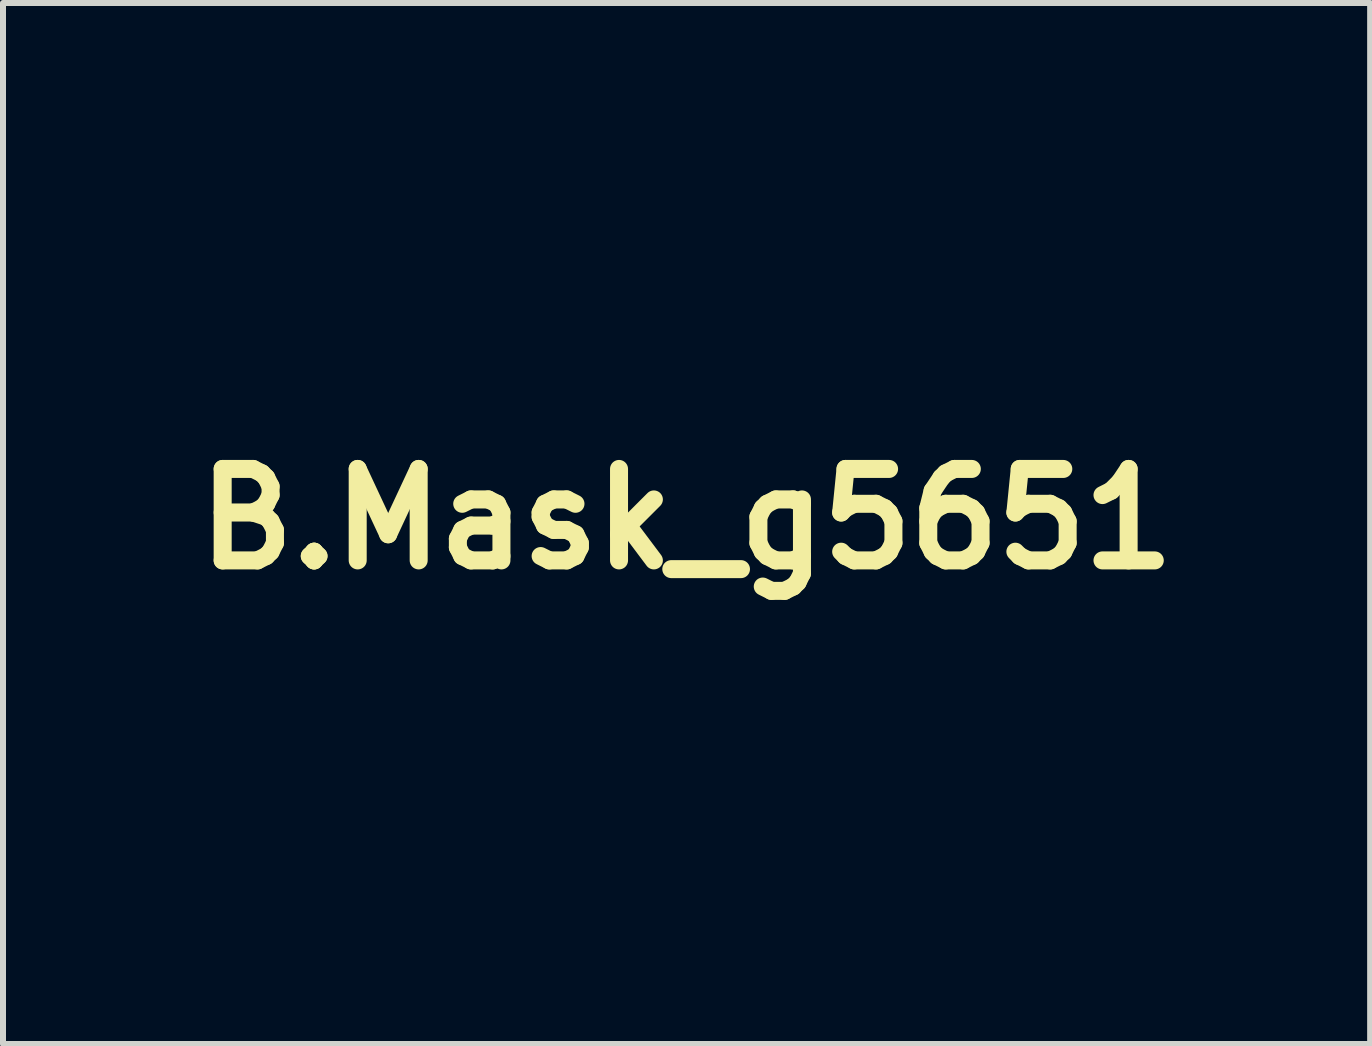
<source format=kicad_pcb>
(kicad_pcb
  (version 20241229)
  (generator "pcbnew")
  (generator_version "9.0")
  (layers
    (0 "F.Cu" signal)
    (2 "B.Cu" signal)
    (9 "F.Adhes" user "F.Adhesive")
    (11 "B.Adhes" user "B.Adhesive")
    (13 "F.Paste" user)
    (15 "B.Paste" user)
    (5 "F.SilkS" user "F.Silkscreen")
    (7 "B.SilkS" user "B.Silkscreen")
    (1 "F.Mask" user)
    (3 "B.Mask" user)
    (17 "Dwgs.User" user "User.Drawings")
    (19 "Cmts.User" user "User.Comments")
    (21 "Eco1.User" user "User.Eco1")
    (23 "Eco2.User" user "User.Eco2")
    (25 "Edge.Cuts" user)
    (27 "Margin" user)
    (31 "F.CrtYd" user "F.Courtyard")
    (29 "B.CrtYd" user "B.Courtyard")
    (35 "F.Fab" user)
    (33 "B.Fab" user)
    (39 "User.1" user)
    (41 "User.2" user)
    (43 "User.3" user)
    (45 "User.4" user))
  (footprint "B.Mask_g5651"
    (layer "F.Cu")
    (at 8.389 5.598)
    (property "Reference" "B.Mask_g5651" (at 0 0 0) (layer "F.SilkS") (effects (font (size 1.524 1.524) (thickness 0.3))))
    (attr through_hole)
    (fp_poly (pts (xy -6.054 0.699) (xy -6.075 0.72) (xy -6.096 0.699) (xy -6.075 0.677) (xy -6.054 0.699)) (stroke (width 0.01) (type solid)) (fill yes) (layer "B.Mask"))
    (fp_poly (pts (xy -5.842 0.699) (xy -5.863 0.72) (xy -5.884 0.699) (xy -5.863 0.677) (xy -5.842 0.699)) (stroke (width 0.01) (type solid)) (fill yes) (layer "B.Mask"))
    (fp_poly (pts (xy -4.233 -3.323) (xy -4.255 -3.302) (xy -4.276 -3.323) (xy -4.255 -3.344) (xy -4.233 -3.323)) (stroke (width 0.01) (type solid)) (fill yes) (layer "B.Mask"))
    (fp_poly (pts (xy -3.895 1.714) (xy -3.916 1.736) (xy -3.937 1.714) (xy -3.916 1.693) (xy -3.895 1.714)) (stroke (width 0.01) (type solid)) (fill yes) (layer "B.Mask"))
    (fp_poly (pts (xy -3.556 -3.662) (xy -3.577 -3.641) (xy -3.598 -3.662) (xy -3.577 -3.683) (xy -3.556 -3.662)) (stroke (width 0.01) (type solid)) (fill yes) (layer "B.Mask"))
    (fp_poly (pts (xy -3.048 0.275) (xy -3.069 0.296) (xy -3.09 0.275) (xy -3.069 0.254) (xy -3.048 0.275)) (stroke (width 0.01) (type solid)) (fill yes) (layer "B.Mask"))
    (fp_poly (pts (xy -2.54 0.064) (xy -2.561 0.085) (xy -2.582 0.064) (xy -2.561 0.042) (xy -2.54 0.064)) (stroke (width 0.01) (type solid)) (fill yes) (layer "B.Mask"))
    (fp_poly (pts (xy -2.455 -1.968) (xy -2.477 -1.947) (xy -2.498 -1.968) (xy -2.477 -1.99) (xy -2.455 -1.968)) (stroke (width 0.01) (type solid)) (fill yes) (layer "B.Mask"))
    (fp_poly (pts (xy -1.82 1.968) (xy -1.841 1.99) (xy -1.863 1.968) (xy -1.841 1.947) (xy -1.82 1.968)) (stroke (width 0.01) (type solid)) (fill yes) (layer "B.Mask"))
    (fp_poly (pts (xy -1.693 0.995) (xy -1.714 1.016) (xy -1.736 0.995) (xy -1.714 0.974) (xy -1.693 0.995)) (stroke (width 0.01) (type solid)) (fill yes) (layer "B.Mask"))
    (fp_poly (pts (xy -1.609 0.953) (xy -1.63 0.974) (xy -1.651 0.953) (xy -1.63 0.931) (xy -1.609 0.953)) (stroke (width 0.01) (type solid)) (fill yes) (layer "B.Mask"))
    (fp_poly (pts (xy -1.524 0.826) (xy -1.545 0.847) (xy -1.566 0.826) (xy -1.545 0.804) (xy -1.524 0.826)) (stroke (width 0.01) (type solid)) (fill yes) (layer "B.Mask"))
    (fp_poly (pts (xy -1.143 0.275) (xy -1.164 0.296) (xy -1.185 0.275) (xy -1.164 0.254) (xy -1.143 0.275)) (stroke (width 0.01) (type solid)) (fill yes) (layer "B.Mask"))
    (fp_poly (pts (xy -0.466 -0.614) (xy -0.487 -0.593) (xy -0.508 -0.614) (xy -0.487 -0.635) (xy -0.466 -0.614)) (stroke (width 0.01) (type solid)) (fill yes) (layer "B.Mask"))
    (fp_poly (pts (xy -0.085 4.212) (xy -0.106 4.233) (xy -0.127 4.212) (xy -0.106 4.191) (xy -0.085 4.212)) (stroke (width 0.01) (type solid)) (fill yes) (layer "B.Mask"))
    (fp_poly (pts (xy 0.042 -0.106) (xy 0.021 -0.085) (xy 0 -0.106) (xy 0.021 -0.127) (xy 0.042 -0.106)) (stroke (width 0.01) (type solid)) (fill yes) (layer "B.Mask"))
    (fp_poly (pts (xy 0.762 -4.551) (xy 0.741 -4.53) (xy 0.72 -4.551) (xy 0.741 -4.572) (xy 0.762 -4.551)) (stroke (width 0.01) (type solid)) (fill yes) (layer "B.Mask"))
    (fp_poly (pts (xy 1.143 -2.815) (xy 1.122 -2.794) (xy 1.101 -2.815) (xy 1.122 -2.836) (xy 1.143 -2.815)) (stroke (width 0.01) (type solid)) (fill yes) (layer "B.Mask"))
    (fp_poly (pts (xy 2.413 2.392) (xy 2.392 2.413) (xy 2.371 2.392) (xy 2.392 2.371) (xy 2.413 2.392)) (stroke (width 0.01) (type solid)) (fill yes) (layer "B.Mask"))
    (fp_poly (pts (xy 2.879 4.085) (xy 2.857 4.106) (xy 2.836 4.085) (xy 2.857 4.064) (xy 2.879 4.085)) (stroke (width 0.01) (type solid)) (fill yes) (layer "B.Mask"))
    (fp_poly (pts (xy 5.207 -2.815) (xy 5.186 -2.794) (xy 5.165 -2.815) (xy 5.186 -2.836) (xy 5.207 -2.815)) (stroke (width 0.01) (type solid)) (fill yes) (layer "B.Mask"))
    (fp_poly (pts (xy 5.419 -3.196) (xy 5.397 -3.175) (xy 5.376 -3.196) (xy 5.397 -3.217) (xy 5.419 -3.196)) (stroke (width 0.01) (type solid)) (fill yes) (layer "B.Mask"))
    (fp_poly (pts (xy 5.8 0.529) (xy 5.779 0.55) (xy 5.757 0.529) (xy 5.779 0.508) (xy 5.8 0.529)) (stroke (width 0.01) (type solid)) (fill yes) (layer "B.Mask"))
    (fp_poly (pts (xy 5.842 0.402) (xy 5.821 0.423) (xy 5.8 0.402) (xy 5.821 0.381) (xy 5.842 0.402)) (stroke (width 0.01) (type solid)) (fill yes) (layer "B.Mask"))
    (fp_poly (pts (xy 5.927 0.614) (xy 5.905 0.635) (xy 5.884 0.614) (xy 5.905 0.593) (xy 5.927 0.614)) (stroke (width 0.01) (type solid)) (fill yes) (layer "B.Mask"))
    (fp_poly (pts (xy 6.519 2.223) (xy 6.498 2.244) (xy 6.477 2.223) (xy 6.498 2.201) (xy 6.519 2.223)) (stroke (width 0.01) (type solid)) (fill yes) (layer "B.Mask"))
    (fp_poly (pts (xy -5.263 1.03) (xy -5.258 1.08) (xy -5.263 1.087) (xy -5.289 1.081) (xy -5.292 1.058) (xy -5.276 1.023) (xy -5.263 1.03)) (stroke (width 0.01) (type solid)) (fill yes) (layer "B.Mask"))
    (fp_poly (pts (xy -5.179 -1.831) (xy -5.173 -1.744) (xy -5.179 -1.725) (xy -5.194 -1.72) (xy -5.2 -1.778) (xy -5.194 -1.838) (xy -5.179 -1.831)) (stroke (width 0.01) (type solid)) (fill yes) (layer "B.Mask"))
    (fp_poly (pts (xy -4.671 0.183) (xy -4.677 0.209) (xy -4.699 0.212) (xy -4.734 0.196) (xy -4.727 0.183) (xy -4.677 0.178) (xy -4.671 0.183)) (stroke (width 0.01) (type solid)) (fill yes) (layer "B.Mask"))
    (fp_poly (pts (xy -4.668 1.837) (xy -4.681 1.856) (xy -4.724 1.859) (xy -4.769 1.849) (xy -4.749 1.834) (xy -4.683 1.829) (xy -4.668 1.837)) (stroke (width 0.01) (type solid)) (fill yes) (layer "B.Mask"))
    (fp_poly (pts (xy -4.459 -1.637) (xy -4.454 -1.587) (xy -4.459 -1.58) (xy -4.484 -1.586) (xy -4.487 -1.609) (xy -4.472 -1.644) (xy -4.459 -1.637)) (stroke (width 0.01) (type solid)) (fill yes) (layer "B.Mask"))
    (fp_poly (pts (xy -3.993 -2.717) (xy -3.988 -2.651) (xy -3.996 -2.636) (xy -4.015 -2.649) (xy -4.018 -2.692) (xy -4.008 -2.737) (xy -3.993 -2.717)) (stroke (width 0.01) (type solid)) (fill yes) (layer "B.Mask"))
    (fp_poly (pts (xy -3.57 -2.907) (xy -3.565 -2.857) (xy -3.57 -2.85) (xy -3.595 -2.856) (xy -3.598 -2.879) (xy -3.583 -2.914) (xy -3.57 -2.907)) (stroke (width 0.01) (type solid)) (fill yes) (layer "B.Mask"))
    (fp_poly (pts (xy -3.528 1.792) (xy -3.523 1.842) (xy -3.528 1.849) (xy -3.553 1.843) (xy -3.556 1.82) (xy -3.541 1.785) (xy -3.528 1.792)) (stroke (width 0.01) (type solid)) (fill yes) (layer "B.Mask"))
    (fp_poly (pts (xy -3.398 1.244) (xy -3.411 1.264) (xy -3.454 1.267) (xy -3.499 1.256) (xy -3.479 1.241) (xy -3.413 1.236) (xy -3.398 1.244)) (stroke (width 0.01) (type solid)) (fill yes) (layer "B.Mask"))
    (fp_poly (pts (xy -3.231 1.411) (xy -3.237 1.436) (xy -3.26 1.439) (xy -3.295 1.424) (xy -3.288 1.411) (xy -3.238 1.406) (xy -3.231 1.411)) (stroke (width 0.01) (type solid)) (fill yes) (layer "B.Mask"))
    (fp_poly (pts (xy -3.189 1.919) (xy -3.195 1.944) (xy -3.217 1.947) (xy -3.252 1.932) (xy -3.246 1.919) (xy -3.195 1.914) (xy -3.189 1.919)) (stroke (width 0.01) (type solid)) (fill yes) (layer "B.Mask"))
    (fp_poly (pts (xy -2.977 -0.452) (xy -2.972 -0.401) (xy -2.977 -0.395) (xy -3.003 -0.401) (xy -3.006 -0.423) (xy -2.99 -0.458) (xy -2.977 -0.452)) (stroke (width 0.01) (type solid)) (fill yes) (layer "B.Mask"))
    (fp_poly (pts (xy -2.766 -0.307) (xy -2.76 -0.22) (xy -2.766 -0.201) (xy -2.781 -0.196) (xy -2.787 -0.254) (xy -2.781 -0.314) (xy -2.766 -0.307)) (stroke (width 0.01) (type solid)) (fill yes) (layer "B.Mask"))
    (fp_poly (pts (xy -2.741 4.586) (xy -2.736 4.602) (xy -2.794 4.608) (xy -2.854 4.601) (xy -2.847 4.586) (xy -2.76 4.581) (xy -2.741 4.586)) (stroke (width 0.01) (type solid)) (fill yes) (layer "B.Mask"))
    (fp_poly (pts (xy -2.553 -0.304) (xy -2.548 -0.238) (xy -2.557 -0.223) (xy -2.576 -0.236) (xy -2.579 -0.279) (xy -2.569 -0.324) (xy -2.553 -0.304)) (stroke (width 0.01) (type solid)) (fill yes) (layer "B.Mask"))
    (fp_poly (pts (xy -2.384 -0.304) (xy -2.379 -0.238) (xy -2.387 -0.223) (xy -2.407 -0.236) (xy -2.41 -0.279) (xy -2.399 -0.324) (xy -2.384 -0.304)) (stroke (width 0.01) (type solid)) (fill yes) (layer "B.Mask"))
    (fp_poly (pts (xy -1.962 0.37) (xy -1.956 0.457) (xy -1.962 0.476) (xy -1.977 0.482) (xy -1.983 0.423) (xy -1.976 0.363) (xy -1.962 0.37)) (stroke (width 0.01) (type solid)) (fill yes) (layer "B.Mask"))
    (fp_poly (pts (xy -1.834 -0.833) (xy -1.84 -0.807) (xy -1.863 -0.804) (xy -1.898 -0.82) (xy -1.891 -0.833) (xy -1.841 -0.838) (xy -1.834 -0.833)) (stroke (width 0.01) (type solid)) (fill yes) (layer "B.Mask"))
    (fp_poly (pts (xy -1.707 0.226) (xy -1.702 0.276) (xy -1.707 0.282) (xy -1.733 0.276) (xy -1.736 0.254) (xy -1.72 0.219) (xy -1.707 0.226)) (stroke (width 0.01) (type solid)) (fill yes) (layer "B.Mask"))
    (fp_poly (pts (xy -1.538 -1.196) (xy -1.533 -1.109) (xy -1.538 -1.09) (xy -1.554 -1.085) (xy -1.56 -1.143) (xy -1.553 -1.203) (xy -1.538 -1.196)) (stroke (width 0.01) (type solid)) (fill yes) (layer "B.Mask"))
    (fp_poly (pts (xy -1.451 1.795) (xy -1.463 1.814) (xy -1.506 1.817) (xy -1.552 1.807) (xy -1.532 1.791) (xy -1.466 1.786) (xy -1.451 1.795)) (stroke (width 0.01) (type solid)) (fill yes) (layer "B.Mask"))
    (fp_poly (pts (xy -1.199 -0.367) (xy -1.194 -0.317) (xy -1.199 -0.31) (xy -1.225 -0.316) (xy -1.228 -0.339) (xy -1.212 -0.374) (xy -1.199 -0.367)) (stroke (width 0.01) (type solid)) (fill yes) (layer "B.Mask"))
    (fp_poly (pts (xy 1.259 -5.233) (xy 1.246 -5.213) (xy 1.203 -5.21) (xy 1.158 -5.221) (xy 1.177 -5.236) (xy 1.244 -5.241) (xy 1.259 -5.233)) (stroke (width 0.01) (type solid)) (fill yes) (layer "B.Mask"))
    (fp_poly (pts (xy 2.441 -2.907) (xy 2.435 -2.882) (xy 2.413 -2.879) (xy 2.378 -2.894) (xy 2.385 -2.907) (xy 2.435 -2.912) (xy 2.441 -2.907)) (stroke (width 0.01) (type solid)) (fill yes) (layer "B.Mask"))
    (fp_poly (pts (xy 2.441 -2.78) (xy 2.435 -2.755) (xy 2.413 -2.752) (xy 2.378 -2.767) (xy 2.385 -2.78) (xy 2.435 -2.785) (xy 2.441 -2.78)) (stroke (width 0.01) (type solid)) (fill yes) (layer "B.Mask"))
    (fp_poly (pts (xy 2.568 3.485) (xy 2.562 3.511) (xy 2.54 3.514) (xy 2.505 3.498) (xy 2.512 3.485) (xy 2.562 3.48) (xy 2.568 3.485)) (stroke (width 0.01) (type solid)) (fill yes) (layer "B.Mask"))
    (fp_poly (pts (xy 3.079 -4.217) (xy 3.066 -4.197) (xy 3.023 -4.194) (xy 2.978 -4.205) (xy 2.998 -4.22) (xy 3.064 -4.225) (xy 3.079 -4.217)) (stroke (width 0.01) (type solid)) (fill yes) (layer "B.Mask"))
    (fp_poly (pts (xy 4.939 1.175) (xy 4.944 1.261) (xy 4.939 1.281) (xy 4.923 1.286) (xy 4.917 1.228) (xy 4.924 1.168) (xy 4.939 1.175)) (stroke (width 0.01) (type solid)) (fill yes) (layer "B.Mask"))
    (fp_poly (pts (xy 5.828 2.995) (xy 5.833 3.082) (xy 5.828 3.101) (xy 5.812 3.106) (xy 5.806 3.048) (xy 5.813 2.988) (xy 5.828 2.995)) (stroke (width 0.01) (type solid)) (fill yes) (layer "B.Mask"))
    (fp_poly (pts (xy 5.87 0.48) (xy 5.875 0.53) (xy 5.87 0.536) (xy 5.845 0.53) (xy 5.842 0.508) (xy 5.857 0.473) (xy 5.87 0.48)) (stroke (width 0.01) (type solid)) (fill yes) (layer "B.Mask"))
    (fp_poly (pts (xy -3.814 -2.404) (xy -3.819 -2.365) (xy -3.842 -2.333) (xy -3.87 -2.365) (xy -3.886 -2.427) (xy -3.878 -2.444) (xy -3.836 -2.451) (xy -3.814 -2.404)) (stroke (width 0.01) (type solid)) (fill yes) (layer "B.Mask"))
    (fp_poly (pts (xy -3.322 2.89) (xy -3.278 2.931) (xy -3.229 2.994) (xy -3.227 3.029) (xy -3.262 3.017) (xy -3.304 2.956) (xy -3.336 2.889) (xy -3.322 2.89)) (stroke (width 0.01) (type solid)) (fill yes) (layer "B.Mask"))
    (fp_poly (pts (xy -3.006 -4.153) (xy -3.039 -4.107) (xy -3.067 -4.092) (xy -3.11 -4.094) (xy -3.105 -4.13) (xy -3.064 -4.182) (xy -3.02 -4.186) (xy -3.006 -4.153)) (stroke (width 0.01) (type solid)) (fill yes) (layer "B.Mask"))
    (fp_poly (pts (xy -2.958 -0.181) (xy -2.956 -0.179) (xy -2.926 -0.106) (xy -2.93 -0.079) (xy -2.952 -0.069) (xy -2.975 -0.124) (xy -2.984 -0.189) (xy -2.958 -0.181)) (stroke (width 0.01) (type solid)) (fill yes) (layer "B.Mask"))
    (fp_poly (pts (xy -2.475 2.356) (xy -2.417 2.389) (xy -2.442 2.409) (xy -2.5 2.413) (xy -2.559 2.397) (xy -2.562 2.373) (xy -2.507 2.349) (xy -2.475 2.356)) (stroke (width 0.01) (type solid)) (fill yes) (layer "B.Mask"))
    (fp_poly (pts (xy -2.42 0.991) (xy -2.374 1.033) (xy -2.383 1.058) (xy -2.389 1.058) (xy -2.425 1.028) (xy -2.438 1.009) (xy -2.443 0.98) (xy -2.42 0.991)) (stroke (width 0.01) (type solid)) (fill yes) (layer "B.Mask"))
    (fp_poly (pts (xy -2.052 -0.923) (xy -2.065 -0.892) (xy -2.104 -0.871) (xy -2.154 -0.858) (xy -2.133 -0.889) (xy -2.128 -0.894) (xy -2.072 -0.928) (xy -2.052 -0.923)) (stroke (width 0.01) (type solid)) (fill yes) (layer "B.Mask"))
    (fp_poly (pts (xy -1.869 2.091) (xy -1.824 2.134) (xy -1.833 2.159) (xy -1.839 2.159) (xy -1.875 2.129) (xy -1.888 2.11) (xy -1.893 2.081) (xy -1.869 2.091)) (stroke (width 0.01) (type solid)) (fill yes) (layer "B.Mask"))
    (fp_poly (pts (xy -0.726 -0.135) (xy -0.708 -0.086) (xy -0.699 -0.012) (xy -0.719 -0.01) (xy -0.747 -0.065) (xy -0.758 -0.133) (xy -0.751 -0.152) (xy -0.726 -0.135)) (stroke (width 0.01) (type solid)) (fill yes) (layer "B.Mask"))
    (fp_poly (pts (xy 0.894 1.381) (xy 0.927 1.434) (xy 0.92 1.464) (xy 0.882 1.453) (xy 0.848 1.419) (xy 0.82 1.366) (xy 0.839 1.355) (xy 0.894 1.381)) (stroke (width 0.01) (type solid)) (fill yes) (layer "B.Mask"))
    (fp_poly (pts (xy 2.392 -4.656) (xy 2.346 -4.621) (xy 2.298 -4.615) (xy 2.286 -4.631) (xy 2.319 -4.658) (xy 2.352 -4.673) (xy 2.395 -4.676) (xy 2.392 -4.656)) (stroke (width 0.01) (type solid)) (fill yes) (layer "B.Mask"))
    (fp_poly (pts (xy 5.073 0.991) (xy 5.119 1.03) (xy 5.122 1.04) (xy 5.102 1.057) (xy 5.06 1.018) (xy 5.055 1.009) (xy 5.05 0.98) (xy 5.073 0.991)) (stroke (width 0.01) (type solid)) (fill yes) (layer "B.Mask"))
    (fp_poly (pts (xy 5.239 -2.1) (xy 5.307 -2.038) (xy 5.334 -2.004) (xy 5.315 -1.994) (xy 5.254 -2.051) (xy 5.224 -2.085) (xy 5.144 -2.18) (xy 5.239 -2.1)) (stroke (width 0.01) (type solid)) (fill yes) (layer "B.Mask"))
    (fp_poly (pts (xy 5.346 -2.763) (xy 5.355 -2.752) (xy 5.37 -2.714) (xy 5.33 -2.728) (xy 5.292 -2.752) (xy 5.259 -2.786) (xy 5.279 -2.793) (xy 5.346 -2.763)) (stroke (width 0.01) (type solid)) (fill yes) (layer "B.Mask"))
    (fp_poly (pts (xy 5.842 -0.398) (xy 5.847 -0.392) (xy 5.881 -0.337) (xy 5.876 -0.316) (xy 5.845 -0.329) (xy 5.824 -0.369) (xy 5.811 -0.418) (xy 5.842 -0.398)) (stroke (width 0.01) (type solid)) (fill yes) (layer "B.Mask"))
    (fp_poly (pts (xy 6.005 -1.719) (xy 6.05 -1.676) (xy 6.041 -1.651) (xy 6.035 -1.651) (xy 5.999 -1.681) (xy 5.986 -1.7) (xy 5.981 -1.729) (xy 6.005 -1.719)) (stroke (width 0.01) (type solid)) (fill yes) (layer "B.Mask"))
    (fp_poly (pts (xy 6.301 -1.38) (xy 6.347 -1.337) (xy 6.337 -1.313) (xy 6.331 -1.312) (xy 6.296 -1.342) (xy 6.282 -1.361) (xy 6.277 -1.39) (xy 6.301 -1.38)) (stroke (width 0.01) (type solid)) (fill yes) (layer "B.Mask"))
    (fp_poly (pts (xy -6.226 0.7) (xy -6.223 0.715) (xy -6.254 0.775) (xy -6.265 0.783) (xy -6.304 0.781) (xy -6.308 0.767) (xy -6.277 0.707) (xy -6.265 0.699) (xy -6.226 0.7)) (stroke (width 0.01) (type solid)) (fill yes) (layer "B.Mask"))
    (fp_poly (pts (xy -5.849 0.094) (xy -5.842 0.101) (xy -5.875 0.129) (xy -5.905 0.142) (xy -5.96 0.143) (xy -5.969 0.126) (xy -5.935 0.089) (xy -5.905 0.085) (xy -5.849 0.094)) (stroke (width 0.01) (type solid)) (fill yes) (layer "B.Mask"))
    (fp_poly (pts (xy -4.909 -1.66) (xy -4.895 -1.63) (xy -4.894 -1.575) (xy -4.912 -1.566) (xy -4.948 -1.601) (xy -4.953 -1.63) (xy -4.944 -1.686) (xy -4.936 -1.693) (xy -4.909 -1.66)) (stroke (width 0.01) (type solid)) (fill yes) (layer "B.Mask"))
    (fp_poly (pts (xy -4.784 -1.841) (xy -4.743 -1.803) (xy -4.741 -1.797) (xy -4.774 -1.778) (xy -4.784 -1.778) (xy -4.824 -1.811) (xy -4.826 -1.823) (xy -4.8 -1.848) (xy -4.784 -1.841)) (stroke (width 0.01) (type solid)) (fill yes) (layer "B.Mask"))
    (fp_poly (pts (xy -4.517 0.369) (xy -4.508 0.381) (xy -4.518 0.417) (xy -4.548 0.423) (xy -4.606 0.401) (xy -4.614 0.381) (xy -4.584 0.34) (xy -4.574 0.339) (xy -4.517 0.369)) (stroke (width 0.01) (type solid)) (fill yes) (layer "B.Mask"))
    (fp_poly (pts (xy -4.268 -1.11) (xy -4.236 -1.056) (xy -4.24 -1.038) (xy -4.284 -1.039) (xy -4.29 -1.044) (xy -4.318 -1.109) (xy -4.318 -1.116) (xy -4.297 -1.132) (xy -4.268 -1.11)) (stroke (width 0.01) (type solid)) (fill yes) (layer "B.Mask"))
    (fp_poly (pts (xy -4.187 0.559) (xy -4.085 0.593) (xy -4.034 0.619) (xy -4.057 0.629) (xy -4.114 0.632) (xy -4.208 0.62) (xy -4.255 0.593) (xy -4.25 0.559) (xy -4.187 0.559)) (stroke (width 0.01) (type solid)) (fill yes) (layer "B.Mask"))
    (fp_poly (pts (xy -3.982 -2.246) (xy -3.979 -2.223) (xy -4.006 -2.151) (xy -4.022 -2.138) (xy -4.053 -2.153) (xy -4.064 -2.223) (xy -4.051 -2.296) (xy -4.022 -2.307) (xy -3.982 -2.246)) (stroke (width 0.01) (type solid)) (fill yes) (layer "B.Mask"))
    (fp_poly (pts (xy -3.771 -3.491) (xy -3.768 -3.476) (xy -3.799 -3.416) (xy -3.81 -3.408) (xy -3.849 -3.41) (xy -3.852 -3.424) (xy -3.821 -3.484) (xy -3.81 -3.493) (xy -3.771 -3.491)) (stroke (width 0.01) (type solid)) (fill yes) (layer "B.Mask"))
    (fp_poly (pts (xy -3.562 1.082) (xy -3.556 1.101) (xy -3.592 1.135) (xy -3.643 1.143) (xy -3.702 1.127) (xy -3.704 1.101) (xy -3.643 1.062) (xy -3.617 1.058) (xy -3.562 1.082)) (stroke (width 0.01) (type solid)) (fill yes) (layer "B.Mask"))
    (fp_poly (pts (xy -3.507 -0.098) (xy -3.471 -0.064) (xy -3.436 -0.001) (xy -3.438 0.023) (xy -3.478 0.013) (xy -3.514 -0.021) (xy -3.549 -0.083) (xy -3.547 -0.108) (xy -3.507 -0.098)) (stroke (width 0.01) (type solid)) (fill yes) (layer "B.Mask"))
    (fp_poly (pts (xy -3.349 -0.306) (xy -3.316 -0.238) (xy -3.317 -0.183) (xy -3.319 -0.181) (xy -3.35 -0.198) (xy -3.385 -0.25) (xy -3.407 -0.317) (xy -3.393 -0.339) (xy -3.349 -0.306)) (stroke (width 0.01) (type solid)) (fill yes) (layer "B.Mask"))
    (fp_poly (pts (xy -3.168 -0.4) (xy -3.15 -0.364) (xy -3.136 -0.293) (xy -3.143 -0.272) (xy -3.173 -0.286) (xy -3.192 -0.322) (xy -3.205 -0.393) (xy -3.198 -0.414) (xy -3.168 -0.4)) (stroke (width 0.01) (type solid)) (fill yes) (layer "B.Mask"))
    (fp_poly (pts (xy -3.05 -0.012) (xy -3.048 0) (xy -3.062 0.041) (xy -3.067 0.042) (xy -3.103 0.013) (xy -3.111 0) (xy -3.108 -0.039) (xy -3.093 -0.042) (xy -3.05 -0.012)) (stroke (width 0.01) (type solid)) (fill yes) (layer "B.Mask"))
    (fp_poly (pts (xy -2.952 2.004) (xy -2.951 2.018) (xy -3.017 2.024) (xy -3.027 2.024) (xy -3.092 2.018) (xy -3.086 2.005) (xy -3.079 2.003) (xy -2.987 1.996) (xy -2.952 2.004)) (stroke (width 0.01) (type solid)) (fill yes) (layer "B.Mask"))
    (fp_poly (pts (xy -2.807 3.004) (xy -2.724 3.055) (xy -2.688 3.091) (xy -2.675 3.13) (xy -2.716 3.112) (xy -2.8 3.046) (xy -2.864 2.988) (xy -2.865 2.977) (xy -2.807 3.004)) (stroke (width 0.01) (type solid)) (fill yes) (layer "B.Mask"))
    (fp_poly (pts (xy -2.762 2.13) (xy -2.749 2.142) (xy -2.808 2.149) (xy -2.836 2.149) (xy -2.913 2.145) (xy -2.922 2.134) (xy -2.91 2.13) (xy -2.803 2.123) (xy -2.762 2.13)) (stroke (width 0.01) (type solid)) (fill yes) (layer "B.Mask"))
    (fp_poly (pts (xy -2.715 2.217) (xy -2.646 2.244) (xy -2.596 2.27) (xy -2.619 2.28) (xy -2.678 2.283) (xy -2.762 2.272) (xy -2.794 2.244) (xy -2.777 2.208) (xy -2.715 2.217)) (stroke (width 0.01) (type solid)) (fill yes) (layer "B.Mask"))
    (fp_poly (pts (xy -2.447 2.949) (xy -2.389 2.984) (xy -2.344 3.031) (xy -2.364 3.046) (xy -2.43 3.022) (xy -2.454 3.007) (xy -2.496 2.963) (xy -2.493 2.945) (xy -2.447 2.949)) (stroke (width 0.01) (type solid)) (fill yes) (layer "B.Mask"))
    (fp_poly (pts (xy -2.445 4.754) (xy -2.425 4.764) (xy -2.478 4.771) (xy -2.54 4.772) (xy -2.632 4.769) (xy -2.657 4.76) (xy -2.635 4.754) (xy -2.512 4.747) (xy -2.445 4.754)) (stroke (width 0.01) (type solid)) (fill yes) (layer "B.Mask"))
    (fp_poly (pts (xy -2.372 0.835) (xy -2.371 0.847) (xy -2.385 0.888) (xy -2.389 0.889) (xy -2.425 0.859) (xy -2.434 0.847) (xy -2.431 0.808) (xy -2.415 0.804) (xy -2.372 0.835)) (stroke (width 0.01) (type solid)) (fill yes) (layer "B.Mask"))
    (fp_poly (pts (xy -2.333 0.668) (xy -2.3 0.735) (xy -2.301 0.791) (xy -2.303 0.793) (xy -2.334 0.776) (xy -2.369 0.723) (xy -2.391 0.657) (xy -2.377 0.635) (xy -2.333 0.668)) (stroke (width 0.01) (type solid)) (fill yes) (layer "B.Mask"))
    (fp_poly (pts (xy -2.078 0.506) (xy -2.074 0.532) (xy -2.098 0.586) (xy -2.117 0.593) (xy -2.151 0.557) (xy -2.159 0.506) (xy -2.143 0.447) (xy -2.117 0.445) (xy -2.078 0.506)) (stroke (width 0.01) (type solid)) (fill yes) (layer "B.Mask"))
    (fp_poly (pts (xy -2.068 2.273) (xy -2.032 2.307) (xy -1.997 2.369) (xy -1.999 2.394) (xy -2.038 2.384) (xy -2.074 2.349) (xy -2.11 2.287) (xy -2.108 2.263) (xy -2.068 2.273)) (stroke (width 0.01) (type solid)) (fill yes) (layer "B.Mask"))
    (fp_poly (pts (xy -2.003 -4.248) (xy -2.011 -4.233) (xy -2.051 -4.193) (xy -2.058 -4.191) (xy -2.061 -4.218) (xy -2.053 -4.233) (xy -2.013 -4.274) (xy -2.006 -4.276) (xy -2.003 -4.248)) (stroke (width 0.01) (type solid)) (fill yes) (layer "B.Mask"))
    (fp_poly (pts (xy -1.824 0.362) (xy -1.82 0.376) (xy -1.851 0.436) (xy -1.863 0.445) (xy -1.902 0.443) (xy -1.905 0.428) (xy -1.874 0.368) (xy -1.863 0.36) (xy -1.824 0.362)) (stroke (width 0.01) (type solid)) (fill yes) (layer "B.Mask"))
    (fp_poly (pts (xy -1.58 1.297) (xy -1.587 1.312) (xy -1.627 1.353) (xy -1.635 1.355) (xy -1.638 1.327) (xy -1.63 1.312) (xy -1.59 1.272) (xy -1.583 1.27) (xy -1.58 1.297)) (stroke (width 0.01) (type solid)) (fill yes) (layer "B.Mask"))
    (fp_poly (pts (xy -1.454 1.677) (xy -1.46 1.693) (xy -1.499 1.734) (xy -1.505 1.736) (xy -1.524 1.703) (xy -1.524 1.693) (xy -1.491 1.653) (xy -1.479 1.651) (xy -1.454 1.677)) (stroke (width 0.01) (type solid)) (fill yes) (layer "B.Mask"))
    (fp_poly (pts (xy -1.229 -0.233) (xy -1.25 -0.163) (xy -1.27 -0.127) (xy -1.304 -0.093) (xy -1.311 -0.106) (xy -1.29 -0.175) (xy -1.27 -0.212) (xy -1.236 -0.246) (xy -1.229 -0.233)) (stroke (width 0.01) (type solid)) (fill yes) (layer "B.Mask"))
    (fp_poly (pts (xy -1.16 -0.061) (xy -1.189 0) (xy -1.239 0.099) (xy -1.264 0.126) (xy -1.27 0.1) (xy -1.246 0.038) (xy -1.204 -0.024) (xy -1.16 -0.076) (xy -1.16 -0.061)) (stroke (width 0.01) (type solid)) (fill yes) (layer "B.Mask"))
    (fp_poly (pts (xy -0.428 -0.304) (xy -0.423 -0.275) (xy -0.446 -0.219) (xy -0.466 -0.212) (xy -0.503 -0.246) (xy -0.508 -0.275) (xy -0.485 -0.332) (xy -0.466 -0.339) (xy -0.428 -0.304)) (stroke (width 0.01) (type solid)) (fill yes) (layer "B.Mask"))
    (fp_poly (pts (xy 0.318 -3.017) (xy 0.312 -2.985) (xy 0.282 -2.929) (xy 0.271 -2.921) (xy 0.256 -2.956) (xy 0.254 -2.985) (xy 0.276 -3.041) (xy 0.295 -3.048) (xy 0.318 -3.017)) (stroke (width 0.01) (type solid)) (fill yes) (layer "B.Mask"))
    (fp_poly (pts (xy 0.42 -4.676) (xy 0.423 -4.662) (xy 0.392 -4.602) (xy 0.381 -4.593) (xy 0.342 -4.595) (xy 0.339 -4.609) (xy 0.37 -4.669) (xy 0.381 -4.678) (xy 0.42 -4.676)) (stroke (width 0.01) (type solid)) (fill yes) (layer "B.Mask"))
    (fp_poly (pts (xy 0.463 -2.843) (xy 0.466 -2.794) (xy 0.45 -2.725) (xy 0.427 -2.709) (xy 0.406 -2.743) (xy 0.411 -2.794) (xy 0.436 -2.862) (xy 0.449 -2.879) (xy 0.463 -2.843)) (stroke (width 0.01) (type solid)) (fill yes) (layer "B.Mask"))
    (fp_poly (pts (xy 0.475 -0.268) (xy 0.532 -0.236) (xy 0.586 -0.182) (xy 0.59 -0.152) (xy 0.541 -0.155) (xy 0.484 -0.187) (xy 0.43 -0.241) (xy 0.426 -0.271) (xy 0.475 -0.268)) (stroke (width 0.01) (type solid)) (fill yes) (layer "B.Mask"))
    (fp_poly (pts (xy 0.507 5.131) (xy 0.469 5.159) (xy 0.381 5.204) (xy 0.311 5.235) (xy 0.311 5.226) (xy 0.357 5.188) (xy 0.436 5.137) (xy 0.481 5.122) (xy 0.507 5.131)) (stroke (width 0.01) (type solid)) (fill yes) (layer "B.Mask"))
    (fp_poly (pts (xy 0.876 5.277) (xy 0.868 5.292) (xy 0.828 5.332) (xy 0.821 5.334) (xy 0.818 5.307) (xy 0.826 5.292) (xy 0.865 5.251) (xy 0.873 5.249) (xy 0.876 5.277)) (stroke (width 0.01) (type solid)) (fill yes) (layer "B.Mask"))
    (fp_poly (pts (xy 0.888 3.395) (xy 0.85 3.424) (xy 0.762 3.468) (xy 0.692 3.5) (xy 0.692 3.491) (xy 0.738 3.453) (xy 0.817 3.402) (xy 0.862 3.387) (xy 0.888 3.395)) (stroke (width 0.01) (type solid)) (fill yes) (layer "B.Mask"))
    (fp_poly (pts (xy 1.003 5.192) (xy 0.995 5.207) (xy 0.955 5.247) (xy 0.948 5.249) (xy 0.945 5.222) (xy 0.953 5.207) (xy 0.992 5.167) (xy 1 5.165) (xy 1.003 5.192)) (stroke (width 0.01) (type solid)) (fill yes) (layer "B.Mask"))
    (fp_poly (pts (xy 1.281 -1.476) (xy 1.25 -1.441) (xy 1.18 -1.369) (xy 1.155 -1.364) (xy 1.169 -1.415) (xy 1.226 -1.482) (xy 1.26 -1.501) (xy 1.3 -1.51) (xy 1.281 -1.476)) (stroke (width 0.01) (type solid)) (fill yes) (layer "B.Mask"))
    (fp_poly (pts (xy 1.288 -1.266) (xy 1.284 -1.219) (xy 1.25 -1.161) (xy 1.204 -1.115) (xy 1.187 -1.122) (xy 1.205 -1.189) (xy 1.245 -1.249) (xy 1.283 -1.269) (xy 1.288 -1.266)) (stroke (width 0.01) (type solid)) (fill yes) (layer "B.Mask"))
    (fp_poly (pts (xy 1.421 -3.234) (xy 1.397 -3.196) (xy 1.347 -3.144) (xy 1.33 -3.133) (xy 1.329 -3.165) (xy 1.339 -3.196) (xy 1.384 -3.252) (xy 1.407 -3.26) (xy 1.421 -3.234)) (stroke (width 0.01) (type solid)) (fill yes) (layer "B.Mask"))
    (fp_poly (pts (xy 1.799 -1.644) (xy 1.784 -1.608) (xy 1.716 -1.553) (xy 1.705 -1.546) (xy 1.587 -1.471) (xy 1.682 -1.569) (xy 1.752 -1.63) (xy 1.798 -1.645) (xy 1.799 -1.644)) (stroke (width 0.01) (type solid)) (fill yes) (layer "B.Mask"))
    (fp_poly (pts (xy 1.81 2.975) (xy 1.836 2.985) (xy 1.788 2.991) (xy 1.693 2.993) (xy 1.589 2.99) (xy 1.55 2.984) (xy 1.577 2.975) (xy 1.714 2.968) (xy 1.81 2.975)) (stroke (width 0.01) (type solid)) (fill yes) (layer "B.Mask"))
    (fp_poly (pts (xy 2.358 1.133) (xy 2.365 1.243) (xy 2.357 1.302) (xy 2.346 1.312) (xy 2.34 1.251) (xy 2.339 1.206) (xy 2.343 1.125) (xy 2.353 1.112) (xy 2.358 1.133)) (stroke (width 0.01) (type solid)) (fill yes) (layer "B.Mask"))
    (fp_poly (pts (xy 2.61 1.401) (xy 2.612 1.408) (xy 2.618 1.501) (xy 2.61 1.535) (xy 2.596 1.537) (xy 2.591 1.471) (xy 2.591 1.46) (xy 2.597 1.395) (xy 2.61 1.401)) (stroke (width 0.01) (type solid)) (fill yes) (layer "B.Mask"))
    (fp_poly (pts (xy 2.796 1.557) (xy 2.809 1.587) (xy 2.81 1.642) (xy 2.793 1.651) (xy 2.756 1.617) (xy 2.752 1.587) (xy 2.761 1.531) (xy 2.768 1.524) (xy 2.796 1.557)) (stroke (width 0.01) (type solid)) (fill yes) (layer "B.Mask"))
    (fp_poly (pts (xy 3.175 2.995) (xy 3.146 3.055) (xy 3.111 3.09) (xy 3.06 3.116) (xy 3.048 3.101) (xy 3.077 3.041) (xy 3.111 3.006) (xy 3.163 2.98) (xy 3.175 2.995)) (stroke (width 0.01) (type solid)) (fill yes) (layer "B.Mask"))
    (fp_poly (pts (xy 4.625 -3.755) (xy 4.643 -3.745) (xy 4.587 -3.739) (xy 4.508 -3.737) (xy 4.412 -3.741) (xy 4.384 -3.748) (xy 4.414 -3.756) (xy 4.539 -3.763) (xy 4.625 -3.755)) (stroke (width 0.01) (type solid)) (fill yes) (layer "B.Mask"))
    (fp_poly (pts (xy 4.642 1.655) (xy 4.644 1.662) (xy 4.65 1.755) (xy 4.642 1.789) (xy 4.628 1.791) (xy 4.623 1.725) (xy 4.623 1.714) (xy 4.629 1.649) (xy 4.642 1.655)) (stroke (width 0.01) (type solid)) (fill yes) (layer "B.Mask"))
    (fp_poly (pts (xy 4.771 1.514) (xy 4.778 1.624) (xy 4.77 1.683) (xy 4.759 1.693) (xy 4.753 1.632) (xy 4.752 1.587) (xy 4.756 1.506) (xy 4.766 1.493) (xy 4.771 1.514)) (stroke (width 0.01) (type solid)) (fill yes) (layer "B.Mask"))
    (fp_poly (pts (xy 5.678 -2.178) (xy 5.739 -2.139) (xy 5.786 -2.093) (xy 5.779 -2.077) (xy 5.715 -2.1) (xy 5.654 -2.139) (xy 5.607 -2.185) (xy 5.614 -2.201) (xy 5.678 -2.178)) (stroke (width 0.01) (type solid)) (fill yes) (layer "B.Mask"))
    (fp_poly (pts (xy 5.835 0.629) (xy 5.86 0.702) (xy 5.875 0.79) (xy 5.87 0.832) (xy 5.849 0.811) (xy 5.824 0.738) (xy 5.809 0.649) (xy 5.814 0.607) (xy 5.835 0.629)) (stroke (width 0.01) (type solid)) (fill yes) (layer "B.Mask"))
    (fp_poly (pts (xy 6.041 -1.992) (xy 6.124 -1.94) (xy 6.16 -1.905) (xy 6.173 -1.865) (xy 6.131 -1.883) (xy 6.048 -1.95) (xy 5.984 -2.007) (xy 5.983 -2.018) (xy 6.041 -1.992)) (stroke (width 0.01) (type solid)) (fill yes) (layer "B.Mask"))
    (fp_poly (pts (xy 6.44 0.202) (xy 6.498 0.254) (xy 6.548 0.323) (xy 6.554 0.36) (xy 6.514 0.349) (xy 6.456 0.296) (xy 6.406 0.227) (xy 6.4 0.19) (xy 6.44 0.202)) (stroke (width 0.01) (type solid)) (fill yes) (layer "B.Mask"))
    (fp_poly (pts (xy -6.404 0.558) (xy -6.42 0.583) (xy -6.435 0.593) (xy -6.513 0.628) (xy -6.573 0.63) (xy -6.587 0.601) (xy -6.583 0.593) (xy -6.524 0.559) (xy -6.464 0.551) (xy -6.404 0.558)) (stroke (width 0.01) (type solid)) (fill yes) (layer "B.Mask"))
    (fp_poly (pts (xy -5.843 0.22) (xy -5.826 0.233) (xy -5.863 0.254) (xy -5.976 0.288) (xy -6.062 0.288) (xy -6.096 0.254) (xy -6.059 0.227) (xy -5.966 0.215) (xy -5.937 0.215) (xy -5.843 0.22)) (stroke (width 0.01) (type solid)) (fill yes) (layer "B.Mask"))
    (fp_poly (pts (xy -5.076 -1.114) (xy -5.046 -1.039) (xy -5.045 -0.968) (xy -5.059 -0.902) (xy -5.077 -0.914) (xy -5.091 -0.945) (xy -5.12 -1.044) (xy -5.12 -1.111) (xy -5.094 -1.127) (xy -5.076 -1.114)) (stroke (width 0.01) (type solid)) (fill yes) (layer "B.Mask"))
    (fp_poly (pts (xy -4.78 -0.86) (xy -4.75 -0.785) (xy -4.749 -0.714) (xy -4.763 -0.648) (xy -4.781 -0.66) (xy -4.795 -0.691) (xy -4.823 -0.79) (xy -4.824 -0.857) (xy -4.798 -0.873) (xy -4.78 -0.86)) (stroke (width 0.01) (type solid)) (fill yes) (layer "B.Mask"))
    (fp_poly (pts (xy -4.701 1.967) (xy -4.657 1.99) (xy -4.628 2.019) (xy -4.672 2.03) (xy -4.707 2.031) (xy -4.801 2.018) (xy -4.847 1.99) (xy -4.84 1.957) (xy -4.781 1.95) (xy -4.701 1.967)) (stroke (width 0.01) (type solid)) (fill yes) (layer "B.Mask"))
    (fp_poly (pts (xy -4.609 -0.954) (xy -4.585 -0.817) (xy -4.583 -0.724) (xy -4.604 -0.69) (xy -4.625 -0.702) (xy -4.643 -0.76) (xy -4.652 -0.871) (xy -4.652 -0.928) (xy -4.648 -1.122) (xy -4.609 -0.954)) (stroke (width 0.01) (type solid)) (fill yes) (layer "B.Mask"))
    (fp_poly (pts (xy -4.4 0.585) (xy -4.322 0.634) (xy -4.317 0.637) (xy -4.258 0.695) (xy -4.263 0.718) (xy -4.319 0.701) (xy -4.384 0.66) (xy -4.439 0.606) (xy -4.444 0.578) (xy -4.4 0.585)) (stroke (width 0.01) (type solid)) (fill yes) (layer "B.Mask"))
    (fp_poly (pts (xy -4.259 0.41) (xy -4.21 0.443) (xy -4.153 0.491) (xy -4.166 0.5) (xy -4.251 0.47) (xy -4.265 0.464) (xy -4.338 0.427) (xy -4.36 0.404) (xy -4.332 0.382) (xy -4.259 0.41)) (stroke (width 0.01) (type solid)) (fill yes) (layer "B.Mask"))
    (fp_poly (pts (xy -3.984 -3.287) (xy -4.007 -3.199) (xy -4.044 -3.111) (xy -4.105 -2.985) (xy -4.08 -3.133) (xy -4.053 -3.244) (xy -4.021 -3.317) (xy -4.017 -3.321) (xy -3.986 -3.334) (xy -3.984 -3.287)) (stroke (width 0.01) (type solid)) (fill yes) (layer "B.Mask"))
    (fp_poly (pts (xy -3.43 -4.023) (xy -3.43 -4.014) (xy -3.451 -3.937) (xy -3.471 -3.916) (xy -3.51 -3.913) (xy -3.513 -3.924) (xy -3.492 -3.986) (xy -3.471 -4.022) (xy -3.438 -4.061) (xy -3.43 -4.023)) (stroke (width 0.01) (type solid)) (fill yes) (layer "B.Mask"))
    (fp_poly (pts (xy -2.926 -3.493) (xy -2.921 -3.478) (xy -2.951 -3.419) (xy -3.014 -3.361) (xy -3.055 -3.344) (xy -3.072 -3.375) (xy -3.065 -3.405) (xy -3.024 -3.458) (xy -2.967 -3.493) (xy -2.926 -3.493)) (stroke (width 0.01) (type solid)) (fill yes) (layer "B.Mask"))
    (fp_poly (pts (xy -2.25 0.532) (xy -2.246 0.535) (xy -2.211 0.613) (xy -2.214 0.662) (xy -2.232 0.705) (xy -2.239 0.691) (xy -2.256 0.611) (xy -2.271 0.564) (xy -2.282 0.514) (xy -2.25 0.532)) (stroke (width 0.01) (type solid)) (fill yes) (layer "B.Mask"))
    (fp_poly (pts (xy -2.244 -0.998) (xy -2.343 -0.951) (xy -2.413 -0.934) (xy -2.455 -0.939) (xy -2.422 -0.965) (xy -2.413 -0.97) (xy -2.323 -1.009) (xy -2.244 -1.034) (xy -2.138 -1.062) (xy -2.244 -0.998)) (stroke (width 0.01) (type solid)) (fill yes) (layer "B.Mask"))
    (fp_poly (pts (xy -1.448 1.498) (xy -1.476 1.535) (xy -1.541 1.594) (xy -1.579 1.609) (xy -1.608 1.6) (xy -1.605 1.597) (xy -1.561 1.565) (xy -1.503 1.523) (xy -1.445 1.483) (xy -1.448 1.498)) (stroke (width 0.01) (type solid)) (fill yes) (layer "B.Mask"))
    (fp_poly (pts (xy -1.434 -1.197) (xy -1.433 -1.196) (xy -1.406 -1.132) (xy -1.416 -1.019) (xy -1.428 -0.965) (xy -1.471 -0.783) (xy -1.477 -1.014) (xy -1.475 -1.145) (xy -1.462 -1.203) (xy -1.434 -1.197)) (stroke (width 0.01) (type solid)) (fill yes) (layer "B.Mask"))
    (fp_poly (pts (xy -0.136 -0.691) (xy -0.121 -0.641) (xy -0.099 -0.542) (xy -0.099 -0.483) (xy -0.116 -0.478) (xy -0.143 -0.531) (xy -0.163 -0.631) (xy -0.166 -0.691) (xy -0.157 -0.731) (xy -0.136 -0.691)) (stroke (width 0.01) (type solid)) (fill yes) (layer "B.Mask"))
    (fp_poly (pts (xy -0.092 2.307) (xy 0.021 2.328) (xy 0.148 2.361) (xy 0 2.361) (xy -0.136 2.352) (xy -0.254 2.328) (xy -0.322 2.305) (xy -0.314 2.296) (xy -0.233 2.295) (xy -0.092 2.307)) (stroke (width 0.01) (type solid)) (fill yes) (layer "B.Mask"))
    (fp_poly (pts (xy 0.033 0.116) (xy 0.067 0.181) (xy 0.075 0.202) (xy 0.104 0.304) (xy 0.1 0.335) (xy 0.064 0.293) (xy 0.041 0.252) (xy 0.011 0.163) (xy 0.011 0.115) (xy 0.033 0.116)) (stroke (width 0.01) (type solid)) (fill yes) (layer "B.Mask"))
    (fp_poly (pts (xy 0.276 0.184) (xy 0.315 0.25) (xy 0.351 0.336) (xy 0.351 0.38) (xy 0.347 0.381) (xy 0.305 0.347) (xy 0.259 0.27) (xy 0.225 0.171) (xy 0.234 0.141) (xy 0.276 0.184)) (stroke (width 0.01) (type solid)) (fill yes) (layer "B.Mask"))
    (fp_poly (pts (xy 0.371 2.467) (xy 0.395 2.476) (xy 0.344 2.482) (xy 0.233 2.485) (xy 0.124 2.482) (xy 0.082 2.476) (xy 0.116 2.467) (xy 0.117 2.467) (xy 0.255 2.46) (xy 0.371 2.467)) (stroke (width 0.01) (type solid)) (fill yes) (layer "B.Mask"))
    (fp_poly (pts (xy 1.693 -0.122) (xy 1.668 -0.041) (xy 1.628 0.024) (xy 1.581 0.077) (xy 1.575 0.06) (xy 1.59 0) (xy 1.625 -0.095) (xy 1.661 -0.151) (xy 1.688 -0.154) (xy 1.693 -0.122)) (stroke (width 0.01) (type solid)) (fill yes) (layer "B.Mask"))
    (fp_poly (pts (xy 2.942 3.364) (xy 2.835 3.407) (xy 2.754 3.426) (xy 2.717 3.419) (xy 2.733 3.391) (xy 2.799 3.359) (xy 2.908 3.331) (xy 2.921 3.328) (xy 3.069 3.303) (xy 2.942 3.364)) (stroke (width 0.01) (type solid)) (fill yes) (layer "B.Mask"))
    (fp_poly (pts (xy -5.222 -1.418) (xy -5.189 -1.378) (xy -5.13 -1.286) (xy -5.135 -1.235) (xy -5.165 -1.228) (xy -5.206 -1.257) (xy -5.207 -1.267) (xy -5.219 -1.337) (xy -5.232 -1.383) (xy -5.244 -1.433) (xy -5.222 -1.418)) (stroke (width 0.01) (type solid)) (fill yes) (layer "B.Mask"))
    (fp_poly (pts (xy -4.874 3.66) (xy -4.75 3.68) (xy -4.66 3.71) (xy -4.643 3.722) (xy -4.613 3.76) (xy -4.616 3.764) (xy -4.665 3.751) (xy -4.768 3.723) (xy -4.847 3.702) (xy -5.059 3.644) (xy -4.874 3.66)) (stroke (width 0.01) (type solid)) (fill yes) (layer "B.Mask"))
    (fp_poly (pts (xy -4.763 2.109) (xy -4.672 2.129) (xy -4.637 2.158) (xy -4.638 2.164) (xy -4.684 2.193) (xy -4.775 2.187) (xy -4.837 2.172) (xy -4.905 2.142) (xy -4.901 2.117) (xy -4.833 2.105) (xy -4.763 2.109)) (stroke (width 0.01) (type solid)) (fill yes) (layer "B.Mask"))
    (fp_poly (pts (xy -4.688 3.32) (xy -4.584 3.352) (xy -4.566 3.36) (xy -4.48 3.403) (xy -4.47 3.42) (xy -4.534 3.41) (xy -4.657 3.377) (xy -4.74 3.345) (xy -4.763 3.32) (xy -4.757 3.316) (xy -4.688 3.32)) (stroke (width 0.01) (type solid)) (fill yes) (layer "B.Mask"))
    (fp_poly (pts (xy -4.181 4.224) (xy -4.085 4.231) (xy -3.662 4.263) (xy -4.125 4.27) (xy -4.328 4.269) (xy -4.471 4.262) (xy -4.543 4.249) (xy -4.549 4.237) (xy -4.489 4.222) (xy -4.361 4.218) (xy -4.181 4.224)) (stroke (width 0.01) (type solid)) (fill yes) (layer "B.Mask"))
    (fp_poly (pts (xy -3.891 0.775) (xy -3.832 0.803) (xy -3.831 0.804) (xy -3.836 0.838) (xy -3.913 0.834) (xy -4.022 0.804) (xy -4.088 0.781) (xy -4.08 0.771) (xy -3.993 0.766) (xy -3.992 0.766) (xy -3.891 0.775)) (stroke (width 0.01) (type solid)) (fill yes) (layer "B.Mask"))
    (fp_poly (pts (xy -3.719 -1.289) (xy -3.659 -1.25) (xy -3.61 -1.204) (xy -3.632 -1.19) (xy -3.641 -1.19) (xy -3.735 -1.206) (xy -3.757 -1.213) (xy -3.803 -1.255) (xy -3.804 -1.3) (xy -3.776 -1.312) (xy -3.719 -1.289)) (stroke (width 0.01) (type solid)) (fill yes) (layer "B.Mask"))
    (fp_poly (pts (xy -1.675 -4.673) (xy -1.722 -4.609) (xy -1.736 -4.593) (xy -1.829 -4.51) (xy -1.888 -4.49) (xy -1.905 -4.527) (xy -1.873 -4.579) (xy -1.798 -4.641) (xy -1.716 -4.689) (xy -1.677 -4.699) (xy -1.675 -4.673)) (stroke (width 0.01) (type solid)) (fill yes) (layer "B.Mask"))
    (fp_poly (pts (xy -1.19 4.339) (xy -1.124 4.367) (xy -1.045 4.414) (xy -1.016 4.452) (xy -1.018 4.477) (xy -1.039 4.477) (xy -1.098 4.442) (xy -1.164 4.4) (xy -1.246 4.341) (xy -1.254 4.32) (xy -1.19 4.339)) (stroke (width 0.01) (type solid)) (fill yes) (layer "B.Mask"))
    (fp_poly (pts (xy -0.603 -0.28) (xy -0.589 -0.214) (xy -0.57 -0.094) (xy -0.567 -0.023) (xy -0.577 -0.01) (xy -0.601 -0.068) (xy -0.608 -0.094) (xy -0.627 -0.217) (xy -0.63 -0.296) (xy -0.621 -0.327) (xy -0.603 -0.28)) (stroke (width 0.01) (type solid)) (fill yes) (layer "B.Mask"))
    (fp_poly (pts (xy 0.086 -0.495) (xy 0.138 -0.381) (xy 0.171 -0.279) (xy 0.177 -0.219) (xy 0.169 -0.212) (xy 0.134 -0.248) (xy 0.093 -0.337) (xy 0.084 -0.363) (xy 0.052 -0.484) (xy 0.054 -0.528) (xy 0.086 -0.495)) (stroke (width 0.01) (type solid)) (fill yes) (layer "B.Mask"))
    (fp_poly (pts (xy 0.129 0.922) (xy 0.179 0.994) (xy 0.188 1.012) (xy 0.232 1.111) (xy 0.229 1.139) (xy 0.185 1.095) (xy 0.143 1.036) (xy 0.101 0.954) (xy 0.097 0.905) (xy 0.097 0.905) (xy 0.129 0.922)) (stroke (width 0.01) (type solid)) (fill yes) (layer "B.Mask"))
    (fp_poly (pts (xy 0.135 3.332) (xy 0.127 3.337) (xy 0.036 3.379) (xy -0.042 3.405) (xy -0.106 3.417) (xy -0.093 3.399) (xy -0.085 3.394) (xy 0.006 3.352) (xy 0.085 3.326) (xy 0.148 3.314) (xy 0.135 3.332)) (stroke (width 0.01) (type solid)) (fill yes) (layer "B.Mask"))
    (fp_poly (pts (xy 0.487 2.544) (xy 0.598 2.563) (xy 0.656 2.582) (xy 0.71 2.609) (xy 0.687 2.619) (xy 0.635 2.621) (xy 0.527 2.607) (xy 0.466 2.582) (xy 0.43 2.551) (xy 0.471 2.543) (xy 0.487 2.544)) (stroke (width 0.01) (type solid)) (fill yes) (layer "B.Mask"))
    (fp_poly (pts (xy 0.642 -2.749) (xy 0.594 -2.671) (xy 0.591 -2.666) (xy 0.536 -2.607) (xy 0.509 -2.602) (xy 0.509 -2.606) (xy 0.529 -2.669) (xy 0.575 -2.74) (xy 0.624 -2.79) (xy 0.65 -2.793) (xy 0.642 -2.749)) (stroke (width 0.01) (type solid)) (fill yes) (layer "B.Mask"))
    (fp_poly (pts (xy 0.986 1.33) (xy 1.051 1.403) (xy 1.106 1.48) (xy 1.119 1.521) (xy 1.114 1.523) (xy 1.067 1.491) (xy 1.003 1.416) (xy 1.001 1.414) (xy 0.945 1.325) (xy 0.942 1.297) (xy 0.986 1.33)) (stroke (width 0.01) (type solid)) (fill yes) (layer "B.Mask"))
    (fp_poly (pts (xy 1.108 -3.003) (xy 1.06 -2.925) (xy 1.056 -2.92) (xy 1.002 -2.861) (xy 0.975 -2.856) (xy 0.975 -2.86) (xy 0.994 -2.923) (xy 1.04 -2.994) (xy 1.09 -3.044) (xy 1.115 -3.047) (xy 1.108 -3.003)) (stroke (width 0.01) (type solid)) (fill yes) (layer "B.Mask"))
    (fp_poly (pts (xy 1.703 4.733) (xy 1.672 4.76) (xy 1.581 4.829) (xy 1.513 4.865) (xy 1.503 4.867) (xy 1.499 4.845) (xy 1.545 4.8) (xy 1.639 4.734) (xy 1.706 4.698) (xy 1.731 4.696) (xy 1.703 4.733)) (stroke (width 0.01) (type solid)) (fill yes) (layer "B.Mask"))
    (fp_poly (pts (xy 2.043 3.102) (xy 2.075 3.11) (xy 2.031 3.116) (xy 1.922 3.119) (xy 1.905 3.119) (xy 1.789 3.117) (xy 1.737 3.111) (xy 1.759 3.103) (xy 1.767 3.102) (xy 1.916 3.095) (xy 2.043 3.102)) (stroke (width 0.01) (type solid)) (fill yes) (layer "B.Mask"))
    (fp_poly (pts (xy 2.752 -2.86) (xy 2.64 -2.821) (xy 2.552 -2.799) (xy 2.507 -2.798) (xy 2.519 -2.82) (xy 2.54 -2.833) (xy 2.624 -2.865) (xy 2.743 -2.893) (xy 2.752 -2.895) (xy 2.9 -2.92) (xy 2.752 -2.86)) (stroke (width 0.01) (type solid)) (fill yes) (layer "B.Mask"))
    (fp_poly (pts (xy 2.794 -4.523) (xy 2.762 -4.494) (xy 2.752 -4.487) (xy 2.661 -4.451) (xy 2.625 -4.446) (xy 2.583 -4.452) (xy 2.614 -4.48) (xy 2.625 -4.487) (xy 2.715 -4.524) (xy 2.752 -4.528) (xy 2.794 -4.523)) (stroke (width 0.01) (type solid)) (fill yes) (layer "B.Mask"))
    (fp_poly (pts (xy 4.551 2.018) (xy 4.548 2.032) (xy 4.51 2.14) (xy 4.48 2.201) (xy 4.458 2.225) (xy 4.466 2.173) (xy 4.469 2.159) (xy 4.507 2.051) (xy 4.537 1.99) (xy 4.559 1.966) (xy 4.551 2.018)) (stroke (width 0.01) (type solid)) (fill yes) (layer "B.Mask"))
    (fp_poly (pts (xy 4.782 3.799) (xy 4.782 3.81) (xy 4.76 3.901) (xy 4.741 3.937) (xy 4.708 3.979) (xy 4.7 3.948) (xy 4.7 3.937) (xy 4.722 3.846) (xy 4.741 3.81) (xy 4.774 3.768) (xy 4.782 3.799)) (stroke (width 0.01) (type solid)) (fill yes) (layer "B.Mask"))
    (fp_poly (pts (xy 5.115 -3.322) (xy 5.228 -3.282) (xy 5.306 -3.241) (xy 5.31 -3.226) (xy 5.246 -3.237) (xy 5.121 -3.273) (xy 5.101 -3.28) (xy 5.018 -3.313) (xy 4.998 -3.334) (xy 5.016 -3.338) (xy 5.115 -3.322)) (stroke (width 0.01) (type solid)) (fill yes) (layer "B.Mask"))
    (fp_poly (pts (xy -5.56 -0.504) (xy -5.522 -0.421) (xy -5.507 -0.375) (xy -5.479 -0.258) (xy -5.476 -0.187) (xy -5.497 -0.177) (xy -5.524 -0.21) (xy -5.564 -0.301) (xy -5.593 -0.407) (xy -5.602 -0.494) (xy -5.591 -0.527) (xy -5.56 -0.504)) (stroke (width 0.01) (type solid)) (fill yes) (layer "B.Mask"))
    (fp_poly (pts (xy -5.458 -0.651) (xy -5.424 -0.585) (xy -5.396 -0.494) (xy -5.385 -0.409) (xy -5.387 -0.384) (xy -5.407 -0.376) (xy -5.441 -0.437) (xy -5.457 -0.479) (xy -5.486 -0.586) (xy -5.491 -0.656) (xy -5.488 -0.665) (xy -5.458 -0.651)) (stroke (width 0.01) (type solid)) (fill yes) (layer "B.Mask"))
    (fp_poly (pts (xy -5.259 -1.144) (xy -5.221 -1.07) (xy -5.188 -0.973) (xy -5.171 -0.882) (xy -5.175 -0.838) (xy -5.199 -0.81) (xy -5.224 -0.84) (xy -5.268 -0.936) (xy -5.297 -1.044) (xy -5.304 -1.132) (xy -5.292 -1.164) (xy -5.259 -1.144)) (stroke (width 0.01) (type solid)) (fill yes) (layer "B.Mask"))
    (fp_poly (pts (xy -4.439 2.401) (xy -4.375 2.46) (xy -4.306 2.54) (xy -4.255 2.618) (xy -4.241 2.669) (xy -4.273 2.669) (xy -4.336 2.613) (xy -4.377 2.563) (xy -4.444 2.468) (xy -4.478 2.403) (xy -4.478 2.389) (xy -4.439 2.401)) (stroke (width 0.01) (type solid)) (fill yes) (layer "B.Mask"))
    (fp_poly (pts (xy -4.251 4.075) (xy -4.245 4.075) (xy -4.205 4.083) (xy -4.241 4.089) (xy -4.345 4.092) (xy -4.381 4.092) (xy -4.505 4.091) (xy -4.566 4.085) (xy -4.555 4.078) (xy -4.541 4.076) (xy -4.401 4.069) (xy -4.251 4.075)) (stroke (width 0.01) (type solid)) (fill yes) (layer "B.Mask"))
    (fp_poly (pts (xy -3.314 -3.159) (xy -3.319 -3.114) (xy -3.353 -3.031) (xy -3.4 -2.944) (xy -3.441 -2.886) (xy -3.454 -2.879) (xy -3.461 -2.913) (xy -3.448 -2.974) (xy -3.406 -3.073) (xy -3.356 -3.144) (xy -3.317 -3.161) (xy -3.314 -3.159)) (stroke (width 0.01) (type solid)) (fill yes) (layer "B.Mask"))
    (fp_poly (pts (xy -3.032 -3.597) (xy -3.041 -3.553) (xy -3.093 -3.473) (xy -3.112 -3.449) (xy -3.176 -3.381) (xy -3.213 -3.364) (xy -3.216 -3.371) (xy -3.195 -3.433) (xy -3.143 -3.51) (xy -3.084 -3.574) (xy -3.039 -3.6) (xy -3.032 -3.597)) (stroke (width 0.01) (type solid)) (fill yes) (layer "B.Mask"))
    (fp_poly (pts (xy -2.664 2.957) (xy -2.584 3.008) (xy -2.56 3.027) (xy -2.492 3.092) (xy -2.475 3.128) (xy -2.482 3.131) (xy -2.547 3.108) (xy -2.631 3.052) (xy -2.694 2.989) (xy -2.708 2.948) (xy -2.708 2.948) (xy -2.664 2.957)) (stroke (width 0.01) (type solid)) (fill yes) (layer "B.Mask"))
    (fp_poly (pts (xy -1.749 1.07) (xy -1.771 1.129) (xy -1.775 1.138) (xy -1.832 1.207) (xy -1.875 1.227) (xy -1.9 1.215) (xy -1.87 1.191) (xy -1.823 1.139) (xy -1.82 1.118) (xy -1.794 1.073) (xy -1.777 1.065) (xy -1.749 1.07)) (stroke (width 0.01) (type solid)) (fill yes) (layer "B.Mask"))
    (fp_poly (pts (xy -1.308 -0.986) (xy -1.286 -0.928) (xy -1.305 -0.824) (xy -1.329 -0.755) (xy -1.364 -0.67) (xy -1.38 -0.651) (xy -1.377 -0.677) (xy -1.361 -0.803) (xy -1.355 -0.908) (xy -1.347 -0.989) (xy -1.319 -0.996) (xy -1.308 -0.986)) (stroke (width 0.01) (type solid)) (fill yes) (layer "B.Mask"))
    (fp_poly (pts (xy -0.466 -4.666) (xy -0.499 -4.625) (xy -0.577 -4.568) (xy -0.667 -4.516) (xy -0.738 -4.489) (xy -0.747 -4.489) (xy -0.742 -4.513) (xy -0.684 -4.571) (xy -0.656 -4.594) (xy -0.543 -4.677) (xy -0.48 -4.696) (xy -0.466 -4.666)) (stroke (width 0.01) (type solid)) (fill yes) (layer "B.Mask"))
    (fp_poly (pts (xy -0.149 0.577) (xy -0.095 0.653) (xy -0.059 0.712) (xy -0.000443 0.82) (xy 0.029 0.897) (xy 0.028 0.917) (xy -0.002 0.897) (xy -0.053 0.82) (xy -0.082 0.768) (xy -0.144 0.637) (xy -0.166 0.573) (xy -0.149 0.577)) (stroke (width 0.01) (type solid)) (fill yes) (layer "B.Mask"))
    (fp_poly (pts (xy 0.222 -0.77) (xy 0.256 -0.692) (xy 0.28 -0.61) (xy 0.281 -0.563) (xy 0.281 -0.563) (xy 0.257 -0.586) (xy 0.223 -0.664) (xy 0.219 -0.675) (xy 0.194 -0.763) (xy 0.192 -0.804) (xy 0.194 -0.804) (xy 0.222 -0.77)) (stroke (width 0.01) (type solid)) (fill yes) (layer "B.Mask"))
    (fp_poly (pts (xy 0.72 3.316) (xy 0.688 3.347) (xy 0.605 3.407) (xy 0.54 3.452) (xy 0.45 3.506) (xy 0.411 3.517) (xy 0.42 3.497) (xy 0.479 3.444) (xy 0.564 3.385) (xy 0.648 3.335) (xy 0.707 3.311) (xy 0.72 3.316)) (stroke (width 0.01) (type solid)) (fill yes) (layer "B.Mask"))
    (fp_poly (pts (xy 0.826 -2.777) (xy 0.784 -2.694) (xy 0.726 -2.601) (xy 0.667 -2.526) (xy 0.628 -2.498) (xy 0.609 -2.525) (xy 0.618 -2.551) (xy 0.69 -2.664) (xy 0.76 -2.759) (xy 0.813 -2.816) (xy 0.832 -2.823) (xy 0.826 -2.777)) (stroke (width 0.01) (type solid)) (fill yes) (layer "B.Mask"))
    (fp_poly (pts (xy 0.862 -2.592) (xy 0.833 -2.511) (xy 0.821 -2.487) (xy 0.762 -2.376) (xy 0.731 -2.331) (xy 0.72 -2.344) (xy 0.72 -2.362) (xy 0.737 -2.442) (xy 0.779 -2.535) (xy 0.827 -2.606) (xy 0.855 -2.625) (xy 0.862 -2.592)) (stroke (width 0.01) (type solid)) (fill yes) (layer "B.Mask"))
    (fp_poly (pts (xy 1.305 5.189) (xy 1.238 5.25) (xy 1.149 5.316) (xy 1.059 5.373) (xy 0.993 5.405) (xy 0.974 5.402) (xy 1.006 5.369) (xy 1.089 5.304) (xy 1.175 5.244) (xy 1.268 5.185) (xy 1.314 5.167) (xy 1.305 5.189)) (stroke (width 0.01) (type solid)) (fill yes) (layer "B.Mask"))
    (fp_poly (pts (xy 1.475 -4.837) (xy 1.482 -4.825) (xy 1.446 -4.794) (xy 1.379 -4.784) (xy 1.264 -4.772) (xy 1.199 -4.756) (xy 1.15 -4.747) (xy 1.164 -4.772) (xy 1.23 -4.809) (xy 1.325 -4.836) (xy 1.417 -4.847) (xy 1.475 -4.837)) (stroke (width 0.01) (type solid)) (fill yes) (layer "B.Mask"))
    (fp_poly (pts (xy 1.813 0.457) (xy 1.814 0.508) (xy 1.807 0.616) (xy 1.788 0.758) (xy 1.78 0.804) (xy 1.746 0.995) (xy 1.744 0.783) (xy 1.75 0.641) (xy 1.767 0.523) (xy 1.778 0.487) (xy 1.805 0.434) (xy 1.813 0.457)) (stroke (width 0.01) (type solid)) (fill yes) (layer "B.Mask"))
    (fp_poly (pts (xy 2.2 -3.404) (xy 2.201 -3.397) (xy 2.169 -3.346) (xy 2.092 -3.282) (xy 2.091 -3.281) (xy 2.014 -3.242) (xy 1.997 -3.259) (xy 1.998 -3.262) (xy 2.036 -3.318) (xy 2.101 -3.372) (xy 2.165 -3.406) (xy 2.2 -3.404)) (stroke (width 0.01) (type solid)) (fill yes) (layer "B.Mask"))
    (fp_poly (pts (xy 2.82 3.238) (xy 2.815 3.253) (xy 2.75 3.285) (xy 2.635 3.314) (xy 2.582 3.322) (xy 2.476 3.332) (xy 2.451 3.323) (xy 2.477 3.309) (xy 2.582 3.27) (xy 2.69 3.243) (xy 2.777 3.231) (xy 2.82 3.238)) (stroke (width 0.01) (type solid)) (fill yes) (layer "B.Mask"))
    (fp_poly (pts (xy 5.921 -2.262) (xy 6.002 -2.207) (xy 6.08 -2.141) (xy 6.131 -2.083) (xy 6.136 -2.058) (xy 6.093 -2.068) (xy 6.011 -2.122) (xy 5.966 -2.158) (xy 5.889 -2.231) (xy 5.857 -2.277) (xy 5.863 -2.284) (xy 5.921 -2.262)) (stroke (width 0.01) (type solid)) (fill yes) (layer "B.Mask"))
    (fp_poly (pts (xy 6.33 -1.956) (xy 6.332 -1.955) (xy 6.413 -1.902) (xy 6.476 -1.841) (xy 6.505 -1.793) (xy 6.49 -1.778) (xy 6.437 -1.807) (xy 6.359 -1.876) (xy 6.347 -1.89) (xy 6.285 -1.96) (xy 6.28 -1.979) (xy 6.33 -1.956)) (stroke (width 0.01) (type solid)) (fill yes) (layer "B.Mask"))
    (fp_poly (pts (xy -5.983 0.363) (xy -5.99 0.374) (xy -6.055 0.405) (xy -6.17 0.435) (xy -6.223 0.445) (xy -6.339 0.457) (xy -6.378 0.445) (xy -6.371 0.433) (xy -6.306 0.402) (xy -6.191 0.372) (xy -6.138 0.363) (xy -6.024 0.352) (xy -5.983 0.363)) (stroke (width 0.01) (type solid)) (fill yes) (layer "B.Mask"))
    (fp_poly (pts (xy -4.418 -1.148) (xy -4.404 -1.054) (xy -4.403 -1.016) (xy -4.406 -0.9) (xy -4.418 -0.853) (xy -4.446 -0.863) (xy -4.459 -0.875) (xy -4.481 -0.935) (xy -4.487 -1.029) (xy -4.478 -1.123) (xy -4.456 -1.18) (xy -4.445 -1.185) (xy -4.418 -1.148)) (stroke (width 0.01) (type solid)) (fill yes) (layer "B.Mask"))
    (fp_poly (pts (xy -4.167 -2.242) (xy -4.152 -2.142) (xy -4.149 -2.013) (xy -4.155 -1.869) (xy -4.17 -1.769) (xy -4.191 -1.736) (xy -4.214 -1.774) (xy -4.229 -1.875) (xy -4.233 -1.987) (xy -4.227 -2.126) (xy -4.21 -2.228) (xy -4.191 -2.265) (xy -4.167 -2.242)) (stroke (width 0.01) (type solid)) (fill yes) (layer "B.Mask"))
    (fp_poly (pts (xy -3.404 -0.947) (xy -3.458 -0.882) (xy -3.471 -0.868) (xy -3.544 -0.797) (xy -3.589 -0.763) (xy -3.592 -0.762) (xy -3.581 -0.789) (xy -3.527 -0.854) (xy -3.514 -0.868) (xy -3.441 -0.939) (xy -3.396 -0.973) (xy -3.393 -0.974) (xy -3.404 -0.947)) (stroke (width 0.01) (type solid)) (fill yes) (layer "B.Mask"))
    (fp_poly (pts (xy -2.742 -1.052) (xy -2.82 -0.998) (xy -2.915 -0.94) (xy -2.996 -0.899) (xy -3.028 -0.889) (xy -3.047 -0.901) (xy -3.044 -0.903) (xy -2.977 -0.949) (xy -2.883 -1.004) (xy -2.79 -1.054) (xy -2.724 -1.084) (xy -2.709 -1.086) (xy -2.742 -1.052)) (stroke (width 0.01) (type solid)) (fill yes) (layer "B.Mask"))
    (fp_poly (pts (xy -2.396 -1.122) (xy -2.464 -1.069) (xy -2.54 -1.016) (xy -2.658 -0.943) (xy -2.741 -0.9) (xy -2.779 -0.892) (xy -2.761 -0.92) (xy -2.704 -0.967) (xy -2.583 -1.052) (xy -2.468 -1.115) (xy -2.388 -1.143) (xy -2.384 -1.143) (xy -2.396 -1.122)) (stroke (width 0.01) (type solid)) (fill yes) (layer "B.Mask"))
    (fp_poly (pts (xy -2.224 -4.27) (xy -2.24 -4.232) (xy -2.303 -4.155) (xy -2.371 -4.084) (xy -2.462 -4.003) (xy -2.523 -3.96) (xy -2.54 -3.962) (xy -2.513 -4.013) (xy -2.448 -4.091) (xy -2.365 -4.174) (xy -2.286 -4.241) (xy -2.233 -4.272) (xy -2.224 -4.27)) (stroke (width 0.01) (type solid)) (fill yes) (layer "B.Mask"))
    (fp_poly (pts (xy -0.309 -0.724) (xy -0.281 -0.651) (xy -0.26 -0.576) (xy -0.234 -0.454) (xy -0.224 -0.371) (xy -0.228 -0.35) (xy -0.25 -0.374) (xy -0.282 -0.457) (xy -0.296 -0.507) (xy -0.322 -0.627) (xy -0.33 -0.715) (xy -0.327 -0.732) (xy -0.309 -0.724)) (stroke (width 0.01) (type solid)) (fill yes) (layer "B.Mask"))
    (fp_poly (pts (xy 0.391 3.344) (xy 0.326 3.388) (xy 0.296 3.405) (xy 0.174 3.465) (xy 0.076 3.503) (xy 0.042 3.51) (xy 0.035 3.494) (xy 0.09 3.453) (xy 0.127 3.433) (xy 0.248 3.374) (xy 0.34 3.339) (xy 0.392 3.328) (xy 0.391 3.344)) (stroke (width 0.01) (type solid)) (fill yes) (layer "B.Mask"))
    (fp_poly (pts (xy 0.462 0.016) (xy 0.493 0.075) (xy 0.54 0.198) (xy 0.571 0.286) (xy 0.585 0.341) (xy 0.568 0.335) (xy 0.533 0.28) (xy 0.489 0.19) (xy 0.487 0.184) (xy 0.451 0.081) (xy 0.44 0.016) (xy 0.443 0.009) (xy 0.462 0.016)) (stroke (width 0.01) (type solid)) (fill yes) (layer "B.Mask"))
    (fp_poly (pts (xy 0.817 5.129) (xy 0.761 5.176) (xy 0.671 5.238) (xy 0.57 5.299) (xy 0.481 5.346) (xy 0.429 5.365) (xy 0.423 5.362) (xy 0.456 5.331) (xy 0.543 5.27) (xy 0.645 5.205) (xy 0.751 5.144) (xy 0.812 5.117) (xy 0.817 5.129)) (stroke (width 0.01) (type solid)) (fill yes) (layer "B.Mask"))
    (fp_poly (pts (xy 1.736 -3.234) (xy 1.708 -3.182) (xy 1.636 -3.097) (xy 1.587 -3.048) (xy 1.503 -2.974) (xy 1.45 -2.941) (xy 1.439 -2.947) (xy 1.467 -2.999) (xy 1.539 -3.083) (xy 1.587 -3.133) (xy 1.672 -3.207) (xy 1.725 -3.239) (xy 1.736 -3.234)) (stroke (width 0.01) (type solid)) (fill yes) (layer "B.Mask"))
    (fp_poly (pts (xy 1.919 4.726) (xy 1.867 4.795) (xy 1.799 4.868) (xy 1.701 4.962) (xy 1.623 5.023) (xy 1.591 5.038) (xy 1.595 5.011) (xy 1.647 4.942) (xy 1.714 4.868) (xy 1.813 4.775) (xy 1.891 4.714) (xy 1.922 4.699) (xy 1.919 4.726)) (stroke (width 0.01) (type solid)) (fill yes) (layer "B.Mask"))
    (fp_poly (pts (xy 2.052 4.855) (xy 1.97 4.954) (xy 1.876 5.046) (xy 1.787 5.116) (xy 1.721 5.15) (xy 1.694 5.137) (xy 1.694 5.135) (xy 1.724 5.093) (xy 1.803 5.012) (xy 1.914 4.909) (xy 1.937 4.889) (xy 2.179 4.678) (xy 2.052 4.855)) (stroke (width 0.01) (type solid)) (fill yes) (layer "B.Mask"))
    (fp_poly (pts (xy 3.326 2.939) (xy 3.29 3.026) (xy 3.24 3.128) (xy 3.191 3.215) (xy 3.157 3.259) (xy 3.154 3.26) (xy 3.159 3.226) (xy 3.194 3.139) (xy 3.226 3.07) (xy 3.281 2.965) (xy 3.322 2.904) (xy 3.334 2.897) (xy 3.326 2.939)) (stroke (width 0.01) (type solid)) (fill yes) (layer "B.Mask"))
    (fp_poly (pts (xy 4.597 3.8) (xy 4.569 3.879) (xy 4.524 3.977) (xy 4.473 4.067) (xy 4.466 4.078) (xy 4.419 4.127) (xy 4.403 4.11) (xy 4.422 4.048) (xy 4.467 3.953) (xy 4.524 3.856) (xy 4.573 3.785) (xy 4.596 3.768) (xy 4.597 3.8)) (stroke (width 0.01) (type solid)) (fill yes) (layer "B.Mask"))
    (fp_poly (pts (xy 5.675 -0.894) (xy 5.742 -0.821) (xy 5.821 -0.72) (xy 5.9 -0.605) (xy 5.949 -0.519) (xy 5.958 -0.483) (xy 5.924 -0.503) (xy 5.857 -0.576) (xy 5.779 -0.677) (xy 5.7 -0.792) (xy 5.651 -0.878) (xy 5.641 -0.914) (xy 5.675 -0.894)) (stroke (width 0.01) (type solid)) (fill yes) (layer "B.Mask"))
    (fp_poly (pts (xy 6.049 2.748) (xy 6.05 2.834) (xy 6.038 2.933) (xy 6.013 3.022) (xy 6.011 3.027) (xy 5.988 3.064) (xy 5.976 3.032) (xy 5.973 2.942) (xy 5.981 2.817) (xy 6.005 2.722) (xy 6.011 2.709) (xy 6.037 2.699) (xy 6.049 2.748)) (stroke (width 0.01) (type solid)) (fill yes) (layer "B.Mask"))
    (fp_poly (pts (xy -4.344 -2.013) (xy -4.331 -1.932) (xy -4.318 -1.799) (xy -4.304 -1.627) (xy -4.3 -1.528) (xy -4.307 -1.489) (xy -4.324 -1.5) (xy -4.331 -1.511) (xy -4.366 -1.612) (xy -4.387 -1.754) (xy -4.39 -1.897) (xy -4.378 -1.979) (xy -4.359 -2.026) (xy -4.344 -2.013)) (stroke (width 0.01) (type solid)) (fill yes) (layer "B.Mask"))
    (fp_poly (pts (xy -1.936 5.002) (xy -1.829 5.006) (xy -1.776 5.012) (xy -1.8 5.017) (xy -1.894 5.02) (xy -2.051 5.021) (xy -2.095 5.022) (xy -2.263 5.02) (xy -2.368 5.017) (xy -2.402 5.013) (xy -2.361 5.008) (xy -2.337 5.006) (xy -2.143 5) (xy -1.936 5.002)) (stroke (width 0.01) (type solid)) (fill yes) (layer "B.Mask"))
    (fp_poly (pts (xy -1.724 -4.843) (xy -1.779 -4.779) (xy -1.863 -4.699) (xy -2.026 -4.559) (xy -2.135 -4.482) (xy -2.192 -4.465) (xy -2.201 -4.485) (xy -2.17 -4.533) (xy -2.09 -4.61) (xy -1.983 -4.7) (xy -1.871 -4.784) (xy -1.776 -4.846) (xy -1.721 -4.868) (xy -1.724 -4.843)) (stroke (width 0.01) (type solid)) (fill yes) (layer "B.Mask"))
    (fp_poly (pts (xy -0.38 2.158) (xy -0.264 2.172) (xy -0.15 2.193) (xy -0.068 2.215) (xy -0.046 2.226) (xy -0.041 2.253) (xy -0.107 2.257) (xy -0.249 2.239) (xy -0.286 2.233) (xy -0.409 2.206) (xy -0.49 2.178) (xy -0.508 2.162) (xy -0.471 2.153) (xy -0.38 2.158)) (stroke (width 0.01) (type solid)) (fill yes) (layer "B.Mask"))
    (fp_poly (pts (xy 0.304 -5.154) (xy 0.29 -5.133) (xy 0.204 -5.09) (xy 0.175 -5.076) (xy 0.024 -5.014) (xy -0.086 -4.978) (xy -0.144 -4.969) (xy -0.144 -4.988) (xy -0.075 -5.036) (xy -0.042 -5.055) (xy 0.09 -5.117) (xy 0.21 -5.154) (xy 0.254 -5.16) (xy 0.304 -5.154)) (stroke (width 0.01) (type solid)) (fill yes) (layer "B.Mask"))
    (fp_poly (pts (xy 1.993 -1.974) (xy 1.992 -1.973) (xy 1.921 -1.912) (xy 1.804 -1.837) (xy 1.718 -1.79) (xy 1.61 -1.741) (xy 1.554 -1.727) (xy 1.556 -1.744) (xy 1.62 -1.797) (xy 1.732 -1.87) (xy 1.83 -1.927) (xy 1.951 -1.988) (xy 2.004 -2.003) (xy 1.993 -1.974)) (stroke (width 0.01) (type solid)) (fill yes) (layer "B.Mask"))
    (fp_poly (pts (xy 5.149 3.557) (xy 5.141 3.618) (xy 5.119 3.723) (xy 5.086 3.836) (xy 5.05 3.935) (xy 5.019 4) (xy 5.001 4.011) (xy 4.999 4) (xy 5.011 3.941) (xy 5.043 3.827) (xy 5.082 3.704) (xy 5.125 3.58) (xy 5.147 3.532) (xy 5.149 3.557)) (stroke (width 0.01) (type solid)) (fill yes) (layer "B.Mask"))
    (fp_poly (pts (xy 5.324 -1.879) (xy 5.415 -1.811) (xy 5.503 -1.737) (xy 5.617 -1.634) (xy 5.665 -1.582) (xy 5.649 -1.583) (xy 5.57 -1.637) (xy 5.461 -1.72) (xy 5.339 -1.816) (xy 5.273 -1.872) (xy 5.25 -1.897) (xy 5.259 -1.905) (xy 5.274 -1.905) (xy 5.324 -1.879)) (stroke (width 0.01) (type solid)) (fill yes) (layer "B.Mask"))
    (fp_poly (pts (xy 5.365 -2.564) (xy 5.47 -2.519) (xy 5.587 -2.461) (xy 5.686 -2.406) (xy 5.738 -2.367) (xy 5.739 -2.366) (xy 5.741 -2.331) (xy 5.685 -2.339) (xy 5.585 -2.384) (xy 5.461 -2.457) (xy 5.362 -2.525) (xy 5.306 -2.57) (xy 5.303 -2.582) (xy 5.365 -2.564)) (stroke (width 0.01) (type solid)) (fill yes) (layer "B.Mask"))
    (fp_poly (pts (xy 6.205 2.45) (xy 6.218 2.544) (xy 6.221 2.667) (xy 6.213 2.792) (xy 6.194 2.89) (xy 6.181 2.921) (xy 6.158 2.928) (xy 6.144 2.861) (xy 6.139 2.714) (xy 6.139 2.699) (xy 6.144 2.55) (xy 6.16 2.449) (xy 6.181 2.413) (xy 6.205 2.45)) (stroke (width 0.01) (type solid)) (fill yes) (layer "B.Mask"))
    (fp_poly (pts (xy 6.54 -1.016) (xy 6.571 -0.995) (xy 6.639 -0.938) (xy 6.71 -0.86) (xy 6.768 -0.784) (xy 6.794 -0.732) (xy 6.787 -0.721) (xy 6.74 -0.749) (xy 6.652 -0.819) (xy 6.547 -0.912) (xy 6.449 -1.011) (xy 6.416 -1.063) (xy 6.447 -1.066) (xy 6.54 -1.016)) (stroke (width 0.01) (type solid)) (fill yes) (layer "B.Mask"))
    (fp_poly (pts (xy 6.679 0.481) (xy 6.689 0.487) (xy 6.743 0.549) (xy 6.805 0.656) (xy 6.859 0.778) (xy 6.89 0.88) (xy 6.892 0.918) (xy 6.869 0.917) (xy 6.822 0.853) (xy 6.763 0.744) (xy 6.692 0.595) (xy 6.656 0.51) (xy 6.653 0.475) (xy 6.679 0.481)) (stroke (width 0.01) (type solid)) (fill yes) (layer "B.Mask"))
    (fp_poly (pts (xy -5.041 -1.585) (xy -5.016 -1.529) (xy -4.99 -1.429) (xy -4.968 -1.313) (xy -4.957 -1.21) (xy -4.959 -1.149) (xy -4.965 -1.143) (xy -4.992 -1.178) (xy -5.029 -1.265) (xy -5.034 -1.276) (xy -5.065 -1.392) (xy -5.079 -1.499) (xy -5.075 -1.573) (xy -5.053 -1.594) (xy -5.041 -1.585)) (stroke (width 0.01) (type solid)) (fill yes) (layer "B.Mask"))
    (fp_poly (pts (xy -4.893 3.488) (xy -4.752 3.512) (xy -4.678 3.531) (xy -4.566 3.565) (xy -4.532 3.583) (xy -4.569 3.59) (xy -4.593 3.59) (xy -4.715 3.579) (xy -4.865 3.553) (xy -4.911 3.543) (xy -5.016 3.514) (xy -5.043 3.496) (xy -5 3.484) (xy -4.995 3.484) (xy -4.893 3.488)) (stroke (width 0.01) (type solid)) (fill yes) (layer "B.Mask"))
    (fp_poly (pts (xy -3.505 -4.157) (xy -3.538 -4.067) (xy -3.596 -3.941) (xy -3.598 -3.937) (xy -3.676 -3.791) (xy -3.732 -3.706) (xy -3.76 -3.686) (xy -3.756 -3.735) (xy -3.744 -3.778) (xy -3.702 -3.887) (xy -3.641 -4.007) (xy -3.577 -4.113) (xy -3.525 -4.18) (xy -3.505 -4.191) (xy -3.505 -4.157)) (stroke (width 0.01) (type solid)) (fill yes) (layer "B.Mask"))
    (fp_poly (pts (xy -0.948 -4.857) (xy -0.967 -4.823) (xy -1.036 -4.758) (xy -1.135 -4.676) (xy -1.244 -4.594) (xy -1.342 -4.527) (xy -1.41 -4.491) (xy -1.422 -4.488) (xy -1.423 -4.511) (xy -1.371 -4.562) (xy -1.19 -4.707) (xy -1.065 -4.802) (xy -0.988 -4.85) (xy -0.951 -4.859) (xy -0.948 -4.857)) (stroke (width 0.01) (type solid)) (fill yes) (layer "B.Mask"))
    (fp_poly (pts (xy 0.897 -4.978) (xy 0.824 -4.945) (xy 0.741 -4.914) (xy 0.548 -4.846) (xy 0.424 -4.807) (xy 0.361 -4.793) (xy 0.349 -4.803) (xy 0.36 -4.817) (xy 0.421 -4.851) (xy 0.535 -4.895) (xy 0.671 -4.94) (xy 0.801 -4.975) (xy 0.893 -4.992) (xy 0.907 -4.992) (xy 0.897 -4.978)) (stroke (width 0.01) (type solid)) (fill yes) (layer "B.Mask"))
    (fp_poly (pts (xy 1.238 -4.94) (xy 1.244 -4.914) (xy 1.182 -4.877) (xy 1.179 -4.876) (xy 1.07 -4.84) (xy 0.947 -4.81) (xy 0.839 -4.792) (xy 0.772 -4.79) (xy 0.762 -4.797) (xy 0.799 -4.825) (xy 0.89 -4.862) (xy 1.009 -4.899) (xy 1.126 -4.929) (xy 1.214 -4.943) (xy 1.238 -4.94)) (stroke (width 0.01) (type solid)) (fill yes) (layer "B.Mask"))
    (fp_poly (pts (xy 2.134 0.766) (xy 2.148 0.852) (xy 2.155 1.016) (xy 2.155 1.027) (xy 2.152 1.208) (xy 2.141 1.335) (xy 2.122 1.394) (xy 2.117 1.397) (xy 2.095 1.358) (xy 2.081 1.255) (xy 2.079 1.132) (xy 2.086 0.944) (xy 2.1 0.817) (xy 2.117 0.756) (xy 2.134 0.766)) (stroke (width 0.01) (type solid)) (fill yes) (layer "B.Mask"))
    (fp_poly (pts (xy 2.589 3.163) (xy 2.58 3.172) (xy 2.508 3.194) (xy 2.377 3.215) (xy 2.213 3.232) (xy 2.178 3.235) (xy 2.025 3.243) (xy 1.953 3.243) (xy 1.961 3.234) (xy 2.011 3.222) (xy 2.178 3.19) (xy 2.336 3.167) (xy 2.469 3.154) (xy 2.559 3.152) (xy 2.589 3.163)) (stroke (width 0.01) (type solid)) (fill yes) (layer "B.Mask"))
    (fp_poly (pts (xy 4.131 2.286) (xy 4.102 2.391) (xy 4.061 2.516) (xy 4.015 2.635) (xy 3.975 2.722) (xy 3.951 2.752) (xy 3.941 2.721) (xy 3.947 2.699) (xy 3.971 2.631) (xy 4.01 2.513) (xy 4.044 2.413) (xy 4.086 2.297) (xy 4.12 2.231) (xy 4.136 2.227) (xy 4.131 2.286)) (stroke (width 0.01) (type solid)) (fill yes) (layer "B.Mask"))
    (fp_poly (pts (xy 4.318 3.857) (xy 4.296 3.927) (xy 4.239 4.037) (xy 4.187 4.12) (xy 4.088 4.261) (xy 4.018 4.339) (xy 3.984 4.349) (xy 3.981 4.331) (xy 4.002 4.277) (xy 4.054 4.187) (xy 4.124 4.081) (xy 4.199 3.978) (xy 4.265 3.895) (xy 4.308 3.853) (xy 4.318 3.857)) (stroke (width 0.01) (type solid)) (fill yes) (layer "B.Mask"))
    (fp_poly (pts (xy 5.199 -3.172) (xy 5.31 -3.13) (xy 5.42 -3.08) (xy 5.506 -3.034) (xy 5.514 -3.028) (xy 5.569 -2.981) (xy 5.559 -2.965) (xy 5.495 -2.978) (xy 5.39 -3.019) (xy 5.281 -3.072) (xy 5.169 -3.133) (xy 5.096 -3.179) (xy 5.08 -3.195) (xy 5.114 -3.197) (xy 5.199 -3.172)) (stroke (width 0.01) (type solid)) (fill yes) (layer "B.Mask"))
    (fp_poly (pts (xy 5.597 3.067) (xy 5.592 3.183) (xy 5.588 3.221) (xy 5.561 3.354) (xy 5.524 3.455) (xy 5.505 3.483) (xy 5.466 3.51) (xy 5.472 3.468) (xy 5.476 3.457) (xy 5.501 3.365) (xy 5.526 3.237) (xy 5.53 3.213) (xy 5.558 3.081) (xy 5.583 3.033) (xy 5.597 3.067)) (stroke (width 0.01) (type solid)) (fill yes) (layer "B.Mask"))
    (fp_poly (pts (xy 6.604 -0.29) (xy 6.682 -0.225) (xy 6.77 -0.129) (xy 6.852 -0.022) (xy 6.913 0.074) (xy 6.937 0.139) (xy 6.934 0.15) (xy 6.898 0.134) (xy 6.836 0.066) (xy 6.813 0.034) (xy 6.717 -0.097) (xy 6.613 -0.224) (xy 6.608 -0.231) (xy 6.498 -0.355) (xy 6.604 -0.29)) (stroke (width 0.01) (type solid)) (fill yes) (layer "B.Mask"))
    (fp_poly (pts (xy -5.413 -1.199) (xy -5.401 -1.177) (xy -5.346 -0.996) (xy -5.297 -0.825) (xy -5.259 -0.682) (xy -5.236 -0.584) (xy -5.232 -0.55) (xy -5.263 -0.582) (xy -5.308 -0.646) (xy -5.361 -0.751) (xy -5.41 -0.884) (xy -5.448 -1.02) (xy -5.468 -1.134) (xy -5.464 -1.202) (xy -5.458 -1.208) (xy -5.413 -1.199)) (stroke (width 0.01) (type solid)) (fill yes) (layer "B.Mask"))
    (fp_poly (pts (xy -4.809 -2.7) (xy -4.803 -2.618) (xy -4.806 -2.476) (xy -4.812 -2.371) (xy -4.824 -2.196) (xy -4.836 -2.057) (xy -4.845 -1.972) (xy -4.849 -1.955) (xy -4.862 -1.983) (xy -4.881 -2.071) (xy -4.889 -2.114) (xy -4.9 -2.278) (xy -4.888 -2.459) (xy -4.857 -2.622) (xy -4.822 -2.709) (xy -4.809 -2.7)) (stroke (width 0.01) (type solid)) (fill yes) (layer "B.Mask"))
    (fp_poly (pts (xy -2.922 -1.138) (xy -3.001 -1.069) (xy -3.141 -0.955) (xy -3.16 -0.939) (xy -3.289 -0.839) (xy -3.376 -0.782) (xy -3.415 -0.769) (xy -3.399 -0.801) (xy -3.321 -0.879) (xy -3.281 -0.916) (xy -3.156 -1.017) (xy -3.033 -1.102) (xy -2.985 -1.13) (xy -2.919 -1.162) (xy -2.897 -1.166) (xy -2.922 -1.138)) (stroke (width 0.01) (type solid)) (fill yes) (layer "B.Mask"))
    (fp_poly (pts (xy -1.949 4.848) (xy -1.931 4.859) (xy -1.947 4.866) (xy -2.023 4.882) (xy -2.141 4.894) (xy -2.278 4.904) (xy -2.411 4.909) (xy -2.518 4.908) (xy -2.576 4.902) (xy -2.579 4.895) (xy -2.531 4.885) (xy -2.42 4.873) (xy -2.266 4.859) (xy -2.201 4.855) (xy -2.041 4.847) (xy -1.949 4.848)) (stroke (width 0.01) (type solid)) (fill yes) (layer "B.Mask"))
    (fp_poly (pts (xy -1.199 -0.699) (xy -1.226 -0.601) (xy -1.266 -0.477) (xy -1.312 -0.354) (xy -1.354 -0.257) (xy -1.383 -0.212) (xy -1.386 -0.212) (xy -1.393 -0.243) (xy -1.387 -0.265) (xy -1.363 -0.332) (xy -1.324 -0.45) (xy -1.293 -0.542) (xy -1.249 -0.661) (xy -1.213 -0.733) (xy -1.197 -0.745) (xy -1.199 -0.699)) (stroke (width 0.01) (type solid)) (fill yes) (layer "B.Mask"))
    (fp_poly (pts (xy -0.514 -4.874) (xy -0.587 -4.813) (xy -0.706 -4.729) (xy -0.799 -4.668) (xy -0.946 -4.577) (xy -1.061 -4.51) (xy -1.13 -4.475) (xy -1.143 -4.474) (xy -1.109 -4.52) (xy -1.022 -4.593) (xy -0.902 -4.681) (xy -0.769 -4.769) (xy -0.644 -4.843) (xy -0.546 -4.892) (xy -0.501 -4.901) (xy -0.514 -4.874)) (stroke (width 0.01) (type solid)) (fill yes) (layer "B.Mask"))
    (fp_poly (pts (xy 0.463 0.668) (xy 0.488 0.727) (xy 0.526 0.818) (xy 0.593 0.946) (xy 0.642 1.031) (xy 0.715 1.162) (xy 0.746 1.236) (xy 0.735 1.249) (xy 0.684 1.196) (xy 0.622 1.112) (xy 0.542 0.981) (xy 0.477 0.846) (xy 0.437 0.732) (xy 0.431 0.66) (xy 0.436 0.651) (xy 0.463 0.668)) (stroke (width 0.01) (type solid)) (fill yes) (layer "B.Mask"))
    (fp_poly (pts (xy 1.673 -0.66) (xy 1.637 -0.566) (xy 1.61 -0.51) (xy 1.532 -0.364) (xy 1.458 -0.235) (xy 1.398 -0.138) (xy 1.361 -0.091) (xy 1.355 -0.092) (xy 1.372 -0.166) (xy 1.417 -0.278) (xy 1.479 -0.408) (xy 1.547 -0.535) (xy 1.611 -0.639) (xy 1.66 -0.7) (xy 1.679 -0.706) (xy 1.673 -0.66)) (stroke (width 0.01) (type solid)) (fill yes) (layer "B.Mask"))
    (fp_poly (pts (xy 4.286 -4.049) (xy 4.233 -4.039) (xy 4.128 -4.022) (xy 3.891 -3.987) (xy 3.728 -3.966) (xy 3.629 -3.959) (xy 3.583 -3.963) (xy 3.582 -3.98) (xy 3.586 -3.984) (xy 3.645 -4.004) (xy 3.766 -4.023) (xy 3.928 -4.038) (xy 4.004 -4.043) (xy 4.176 -4.051) (xy 4.268 -4.053) (xy 4.286 -4.049)) (stroke (width 0.01) (type solid)) (fill yes) (layer "B.Mask"))
    (fp_poly (pts (xy 4.586 -3.907) (xy 4.6 -3.9) (xy 4.627 -3.875) (xy 4.593 -3.861) (xy 4.49 -3.855) (xy 4.417 -3.854) (xy 4.265 -3.848) (xy 4.14 -3.836) (xy 4.082 -3.824) (xy 4.031 -3.817) (xy 4.037 -3.842) (xy 4.098 -3.878) (xy 4.214 -3.906) (xy 4.354 -3.922) (xy 4.488 -3.923) (xy 4.586 -3.907)) (stroke (width 0.01) (type solid)) (fill yes) (layer "B.Mask"))
    (fp_poly (pts (xy 5.491 -1.582) (xy 5.573 -1.512) (xy 5.671 -1.419) (xy 5.766 -1.32) (xy 5.842 -1.233) (xy 5.879 -1.177) (xy 5.879 -1.166) (xy 5.842 -1.184) (xy 5.762 -1.25) (xy 5.655 -1.351) (xy 5.629 -1.377) (xy 5.527 -1.485) (xy 5.46 -1.567) (xy 5.439 -1.607) (xy 5.443 -1.609) (xy 5.491 -1.582)) (stroke (width 0.01) (type solid)) (fill yes) (layer "B.Mask"))
    (fp_poly (pts (xy 5.533 -1.285) (xy 5.616 -1.215) (xy 5.716 -1.119) (xy 5.818 -1.016) (xy 5.904 -0.921) (xy 5.957 -0.852) (xy 5.964 -0.828) (xy 5.927 -0.846) (xy 5.846 -0.913) (xy 5.737 -1.015) (xy 5.693 -1.059) (xy 5.585 -1.173) (xy 5.51 -1.261) (xy 5.481 -1.308) (xy 5.485 -1.312) (xy 5.533 -1.285)) (stroke (width 0.01) (type solid)) (fill yes) (layer "B.Mask"))
    (fp_poly (pts (xy 5.706 0.632) (xy 5.734 0.718) (xy 5.766 0.841) (xy 5.797 0.977) (xy 5.822 1.105) (xy 5.834 1.199) (xy 5.833 1.233) (xy 5.817 1.22) (xy 5.789 1.139) (xy 5.755 1.007) (xy 5.743 0.954) (xy 5.711 0.798) (xy 5.691 0.676) (xy 5.686 0.611) (xy 5.688 0.606) (xy 5.706 0.632)) (stroke (width 0.01) (type solid)) (fill yes) (layer "B.Mask"))
    (fp_poly (pts (xy -4.988 -2.357) (xy -4.977 -2.26) (xy -4.969 -2.116) (xy -4.968 -2.07) (xy -4.967 -1.914) (xy -4.97 -1.797) (xy -4.975 -1.739) (xy -4.977 -1.736) (xy -4.996 -1.772) (xy -5.026 -1.862) (xy -5.035 -1.893) (xy -5.054 -2.014) (xy -5.055 -2.153) (xy -5.042 -2.282) (xy -5.016 -2.369) (xy -5 -2.388) (xy -4.988 -2.357)) (stroke (width 0.01) (type solid)) (fill yes) (layer "B.Mask"))
    (fp_poly (pts (xy -3.711 -4.055) (xy -3.746 -3.957) (xy -3.8 -3.827) (xy -3.862 -3.688) (xy -3.923 -3.56) (xy -3.973 -3.467) (xy -4.001 -3.429) (xy -4.002 -3.429) (xy -4.022 -3.453) (xy -4.005 -3.508) (xy -3.961 -3.61) (xy -3.902 -3.739) (xy -3.836 -3.873) (xy -3.774 -3.991) (xy -3.726 -4.073) (xy -3.703 -4.099) (xy -3.711 -4.055)) (stroke (width 0.01) (type solid)) (fill yes) (layer "B.Mask"))
    (fp_poly (pts (xy 2.401 -2.386) (xy 2.351 -2.345) (xy 2.26 -2.291) (xy 2.137 -2.231) (xy 2.074 -2.204) (xy 1.911 -2.132) (xy 1.719 -2.04) (xy 1.566 -1.962) (xy 1.291 -1.815) (xy 1.455 -1.964) (xy 1.586 -2.06) (xy 1.774 -2.165) (xy 1.991 -2.268) (xy 2.212 -2.355) (xy 2.328 -2.392) (xy 2.397 -2.404) (xy 2.401 -2.386)) (stroke (width 0.01) (type solid)) (fill yes) (layer "B.Mask"))
    (fp_poly (pts (xy 4.034 4.018) (xy 4 4.095) (xy 3.984 4.128) (xy 3.928 4.225) (xy 3.854 4.326) (xy 3.78 4.413) (xy 3.718 4.469) (xy 3.685 4.478) (xy 3.683 4.469) (xy 3.709 4.418) (xy 3.772 4.333) (xy 3.799 4.301) (xy 3.895 4.187) (xy 3.98 4.078) (xy 3.991 4.063) (xy 4.031 4.01) (xy 4.034 4.018)) (stroke (width 0.01) (type solid)) (fill yes) (layer "B.Mask"))
    (fp_poly (pts (xy 5.574 -2.636) (xy 5.662 -2.602) (xy 5.933 -2.468) (xy 6.164 -2.313) (xy 6.284 -2.205) (xy 6.357 -2.118) (xy 6.369 -2.08) (xy 6.324 -2.093) (xy 6.23 -2.156) (xy 6.177 -2.198) (xy 6.059 -2.286) (xy 5.904 -2.39) (xy 5.765 -2.476) (xy 5.611 -2.569) (xy 5.527 -2.628) (xy 5.515 -2.651) (xy 5.574 -2.636)) (stroke (width 0.01) (type solid)) (fill yes) (layer "B.Mask"))
    (fp_poly (pts (xy 5.612 0.819) (xy 5.638 0.893) (xy 5.672 1.023) (xy 5.692 1.112) (xy 5.724 1.278) (xy 5.745 1.412) (xy 5.751 1.492) (xy 5.748 1.505) (xy 5.728 1.479) (xy 5.698 1.387) (xy 5.662 1.249) (xy 5.653 1.208) (xy 5.621 1.045) (xy 5.601 0.907) (xy 5.596 0.822) (xy 5.597 0.814) (xy 5.612 0.819)) (stroke (width 0.01) (type solid)) (fill yes) (layer "B.Mask"))
    (fp_poly (pts (xy 6.512 -0.004) (xy 6.623 0.083) (xy 6.746 0.225) (xy 6.861 0.395) (xy 6.905 0.475) (xy 6.956 0.591) (xy 6.968 0.656) (xy 6.948 0.662) (xy 6.898 0.598) (xy 6.87 0.55) (xy 6.803 0.443) (xy 6.705 0.303) (xy 6.612 0.181) (xy 6.528 0.069) (xy 6.492 0.004) (xy 6.507 -0.006) (xy 6.512 -0.004)) (stroke (width 0.01) (type solid)) (fill yes) (layer "B.Mask"))
    (fp_poly (pts (xy -2.313 -4.37) (xy -2.328 -4.322) (xy -2.393 -4.239) (xy -2.467 -4.165) (xy -2.599 -4.035) (xy -2.731 -3.893) (xy -2.783 -3.832) (xy -2.86 -3.746) (xy -2.91 -3.705) (xy -2.921 -3.709) (xy -2.896 -3.779) (xy -2.828 -3.882) (xy -2.733 -4.003) (xy -2.623 -4.127) (xy -2.512 -4.24) (xy -2.414 -4.327) (xy -2.342 -4.373) (xy -2.313 -4.37)) (stroke (width 0.01) (type solid)) (fill yes) (layer "B.Mask"))
    (fp_poly (pts (xy 1.955 -1.587) (xy 1.906 -1.535) (xy 1.894 -1.524) (xy 1.809 -1.448) (xy 1.695 -1.334) (xy 1.591 -1.223) (xy 1.496 -1.123) (xy 1.427 -1.063) (xy 1.397 -1.053) (xy 1.397 -1.055) (xy 1.426 -1.111) (xy 1.501 -1.204) (xy 1.605 -1.316) (xy 1.719 -1.431) (xy 1.827 -1.529) (xy 1.91 -1.593) (xy 1.945 -1.609) (xy 1.955 -1.587)) (stroke (width 0.01) (type solid)) (fill yes) (layer "B.Mask"))
    (fp_poly (pts (xy 3.501 -4.435) (xy 3.497 -4.421) (xy 3.423 -4.397) (xy 3.293 -4.366) (xy 3.196 -4.347) (xy 3.013 -4.312) (xy 2.852 -4.281) (xy 2.737 -4.259) (xy 2.709 -4.253) (xy 2.648 -4.244) (xy 2.658 -4.257) (xy 2.731 -4.293) (xy 2.845 -4.334) (xy 3.003 -4.374) (xy 3.179 -4.409) (xy 3.343 -4.432) (xy 3.466 -4.439) (xy 3.501 -4.435)) (stroke (width 0.01) (type solid)) (fill yes) (layer "B.Mask"))
    (fp_poly (pts (xy 4.387 2.06) (xy 4.349 2.184) (xy 4.296 2.334) (xy 4.239 2.484) (xy 4.186 2.608) (xy 4.147 2.681) (xy 4.143 2.686) (xy 4.11 2.711) (xy 4.107 2.707) (xy 4.121 2.654) (xy 4.157 2.552) (xy 4.208 2.42) (xy 4.265 2.279) (xy 4.32 2.148) (xy 4.366 2.045) (xy 4.395 1.99) (xy 4.401 1.989) (xy 4.387 2.06)) (stroke (width 0.01) (type solid)) (fill yes) (layer "B.Mask"))
    (fp_poly (pts (xy 5.42 3.15) (xy 5.42 3.228) (xy 5.407 3.344) (xy 5.385 3.478) (xy 5.358 3.606) (xy 5.328 3.708) (xy 5.32 3.726) (xy 5.279 3.809) (xy 5.255 3.837) (xy 5.253 3.831) (xy 5.259 3.764) (xy 5.28 3.646) (xy 5.31 3.5) (xy 5.343 3.352) (xy 5.375 3.226) (xy 5.399 3.147) (xy 5.406 3.134) (xy 5.42 3.15)) (stroke (width 0.01) (type solid)) (fill yes) (layer "B.Mask"))
    (fp_poly (pts (xy -1.924 2.17) (xy -1.915 2.178) (xy -1.857 2.242) (xy -1.851 2.283) (xy -1.851 2.283) (xy -1.907 2.338) (xy -1.908 2.339) (xy -1.953 2.341) (xy -1.982 2.319) (xy -2.026 2.256) (xy -2.024 2.221) (xy -1.98 2.235) (xy -1.968 2.244) (xy -1.917 2.269) (xy -1.908 2.239) (xy -1.944 2.175) (xy -1.958 2.158) (xy -1.968 2.138) (xy -1.924 2.17)) (stroke (width 0.01) (type solid)) (fill yes) (layer "B.Mask"))
    (fp_poly (pts (xy -1.854 4.096) (xy -1.759 4.147) (xy -1.633 4.228) (xy -1.493 4.329) (xy -1.357 4.439) (xy -1.355 4.441) (xy -1.26 4.527) (xy -1.231 4.563) (xy -1.266 4.551) (xy -1.361 4.493) (xy -1.514 4.388) (xy -1.526 4.379) (xy -1.664 4.282) (xy -1.781 4.202) (xy -1.855 4.153) (xy -1.862 4.149) (xy -1.904 4.107) (xy -1.901 4.088) (xy -1.854 4.096)) (stroke (width 0.01) (type solid)) (fill yes) (layer "B.Mask"))
    (fp_poly (pts (xy 0.512 0.406) (xy 0.53 0.449) (xy 0.559 0.525) (xy 0.616 0.651) (xy 0.688 0.801) (xy 0.699 0.824) (xy 0.766 0.964) (xy 0.813 1.071) (xy 0.833 1.126) (xy 0.832 1.129) (xy 0.806 1.102) (xy 0.75 1.021) (xy 0.685 0.916) (xy 0.598 0.759) (xy 0.531 0.608) (xy 0.489 0.482) (xy 0.48 0.402) (xy 0.487 0.388) (xy 0.512 0.406)) (stroke (width 0.01) (type solid)) (fill yes) (layer "B.Mask"))
    (fp_poly (pts (xy 6.277 2.069) (xy 6.3 2.13) (xy 6.321 2.254) (xy 6.337 2.417) (xy 6.34 2.487) (xy 6.345 2.684) (xy 6.338 2.816) (xy 6.316 2.901) (xy 6.291 2.942) (xy 6.25 2.991) (xy 6.242 2.979) (xy 6.261 2.898) (xy 6.267 2.879) (xy 6.301 2.661) (xy 6.3 2.41) (xy 6.268 2.186) (xy 6.249 2.085) (xy 6.258 2.056) (xy 6.277 2.069)) (stroke (width 0.01) (type solid)) (fill yes) (layer "B.Mask"))
    (fp_poly (pts (xy 6.431 0.545) (xy 6.489 0.605) (xy 6.566 0.707) (xy 6.645 0.843) (xy 6.718 0.99) (xy 6.775 1.13) (xy 6.806 1.239) (xy 6.802 1.298) (xy 6.801 1.299) (xy 6.769 1.287) (xy 6.748 1.244) (xy 6.705 1.136) (xy 6.635 0.982) (xy 6.553 0.815) (xy 6.475 0.663) (xy 6.414 0.556) (xy 6.41 0.55) (xy 6.396 0.519) (xy 6.431 0.545)) (stroke (width 0.01) (type solid)) (fill yes) (layer "B.Mask"))
    (fp_poly (pts (xy -3.41 -3.626) (xy -3.449 -3.537) (xy -3.465 -3.508) (xy -3.536 -3.364) (xy -3.595 -3.212) (xy -3.597 -3.207) (xy -3.639 -3.106) (xy -3.681 -3.051) (xy -3.691 -3.048) (xy -3.716 -3.079) (xy -3.709 -3.115) (xy -3.686 -3.204) (xy -3.683 -3.234) (xy -3.663 -3.294) (xy -3.613 -3.39) (xy -3.548 -3.498) (xy -3.481 -3.595) (xy -3.428 -3.66) (xy -3.404 -3.672) (xy -3.41 -3.626)) (stroke (width 0.01) (type solid)) (fill yes) (layer "B.Mask"))
    (fp_poly (pts (xy 1.867 -1.27) (xy 1.799 -1.185) (xy 1.77 -1.154) (xy 1.538 -0.86) (xy 1.348 -0.514) (xy 1.314 -0.433) (xy 1.266 -0.325) (xy 1.24 -0.291) (xy 1.23 -0.326) (xy 1.23 -0.339) (xy 1.253 -0.466) (xy 1.318 -0.633) (xy 1.413 -0.815) (xy 1.524 -0.99) (xy 1.639 -1.131) (xy 1.648 -1.14) (xy 1.758 -1.241) (xy 1.838 -1.297) (xy 1.877 -1.307) (xy 1.867 -1.27)) (stroke (width 0.01) (type solid)) (fill yes) (layer "B.Mask"))
    (fp_poly (pts (xy 2.021 0.48) (xy 2.007 0.572) (xy 1.991 0.699) (xy 1.979 0.875) (xy 1.972 1.061) (xy 1.972 1.069) (xy 1.966 1.223) (xy 1.953 1.339) (xy 1.936 1.395) (xy 1.931 1.397) (xy 1.918 1.358) (xy 1.91 1.251) (xy 1.909 1.095) (xy 1.914 0.951) (xy 1.928 0.73) (xy 1.95 0.566) (xy 1.976 0.469) (xy 1.986 0.453) (xy 2.017 0.437) (xy 2.021 0.48)) (stroke (width 0.01) (type solid)) (fill yes) (layer "B.Mask"))
    (fp_poly (pts (xy 6.454 0.901) (xy 6.497 0.953) (xy 6.547 1.041) (xy 6.6 1.175) (xy 6.63 1.27) (xy 6.67 1.412) (xy 6.703 1.529) (xy 6.716 1.577) (xy 6.718 1.638) (xy 6.702 1.651) (xy 6.675 1.613) (xy 6.634 1.513) (xy 6.587 1.372) (xy 6.579 1.344) (xy 6.531 1.182) (xy 6.489 1.044) (xy 6.461 0.957) (xy 6.459 0.953) (xy 6.439 0.894) (xy 6.454 0.901)) (stroke (width 0.01) (type solid)) (fill yes) (layer "B.Mask"))
    (fp_poly (pts (xy -1.649 0.531) (xy -1.638 0.581) (xy -1.674 0.669) (xy -1.743 0.772) (xy -1.833 0.869) (xy -1.873 0.902) (xy -1.97 1.014) (xy -1.99 1.109) (xy -2.013 1.2) (xy -2.07 1.231) (xy -2.131 1.199) (xy -2.16 1.117) (xy -2.115 1.012) (xy -1.999 0.892) (xy -1.985 0.88) (xy -1.871 0.775) (xy -1.779 0.667) (xy -1.751 0.623) (xy -1.697 0.549) (xy -1.651 0.53) (xy -1.649 0.531)) (stroke (width 0.01) (type solid)) (fill yes) (layer "B.Mask"))
    (fp_poly (pts (xy 0.958 -5.16) (xy 0.884 -5.124) (xy 0.738 -5.074) (xy 0.709 -5.066) (xy 0.532 -5.007) (xy 0.325 -4.927) (xy 0.136 -4.846) (xy -0.003 -4.784) (xy -0.104 -4.745) (xy -0.15 -4.734) (xy -0.15 -4.738) (xy -0.096 -4.781) (xy 0.019 -4.844) (xy 0.172 -4.918) (xy 0.345 -4.995) (xy 0.518 -5.064) (xy 0.669 -5.118) (xy 0.73 -5.135) (xy 0.883 -5.17) (xy 0.958 -5.176) (xy 0.958 -5.16)) (stroke (width 0.01) (type solid)) (fill yes) (layer "B.Mask"))
    (fp_poly (pts (xy 2.827 -2.705) (xy 2.774 -2.67) (xy 2.647 -2.617) (xy 2.508 -2.569) (xy 2.299 -2.495) (xy 2.071 -2.405) (xy 1.884 -2.323) (xy 1.707 -2.24) (xy 1.597 -2.191) (xy 1.545 -2.174) (xy 1.543 -2.185) (xy 1.581 -2.222) (xy 1.609 -2.247) (xy 1.749 -2.344) (xy 1.949 -2.448) (xy 2.187 -2.549) (xy 2.441 -2.637) (xy 2.529 -2.662) (xy 2.705 -2.705) (xy 2.804 -2.718) (xy 2.827 -2.705)) (stroke (width 0.01) (type solid)) (fill yes) (layer "B.Mask"))
    (fp_poly (pts (xy 4.29 -4.227) (xy 4.308 -4.209) (xy 4.307 -4.208) (xy 4.255 -4.192) (xy 4.143 -4.176) (xy 4.014 -4.164) (xy 3.823 -4.146) (xy 3.622 -4.121) (xy 3.516 -4.104) (xy 3.343 -4.077) (xy 3.246 -4.069) (xy 3.228 -4.078) (xy 3.289 -4.104) (xy 3.431 -4.145) (xy 3.45 -4.15) (xy 3.586 -4.178) (xy 3.748 -4.202) (xy 3.918 -4.22) (xy 4.076 -4.231) (xy 4.206 -4.234) (xy 4.29 -4.227)) (stroke (width 0.01) (type solid)) (fill yes) (layer "B.Mask"))
    (fp_poly (pts (xy -2.863 -3.996) (xy -2.913 -3.936) (xy -2.948 -3.904) (xy -3.035 -3.814) (xy -3.136 -3.69) (xy -3.236 -3.551) (xy -3.321 -3.421) (xy -3.375 -3.318) (xy -3.387 -3.276) (xy -3.416 -3.212) (xy -3.457 -3.17) (xy -3.504 -3.138) (xy -3.512 -3.164) (xy -3.497 -3.239) (xy -3.443 -3.378) (xy -3.353 -3.536) (xy -3.239 -3.696) (xy -3.117 -3.841) (xy -3 -3.952) (xy -2.901 -4.014) (xy -2.867 -4.021) (xy -2.863 -3.996)) (stroke (width 0.01) (type solid)) (fill yes) (layer "B.Mask"))
    (fp_poly (pts (xy -2.328 3.921) (xy -2.268 3.96) (xy -2.158 4.036) (xy -2.018 4.136) (xy -1.946 4.189) (xy -1.792 4.302) (xy -1.653 4.403) (xy -1.55 4.477) (xy -1.523 4.496) (xy -1.458 4.546) (xy -1.445 4.57) (xy -1.446 4.57) (xy -1.492 4.549) (xy -1.59 4.49) (xy -1.722 4.405) (xy -1.785 4.363) (xy -1.919 4.27) (xy -2.053 4.171) (xy -2.175 4.076) (xy -2.275 3.995) (xy -2.339 3.937) (xy -2.356 3.912) (xy -2.328 3.921)) (stroke (width 0.01) (type solid)) (fill yes) (layer "B.Mask"))
    (fp_poly (pts (xy 5.438 -2.901) (xy 5.538 -2.86) (xy 5.672 -2.793) (xy 5.821 -2.712) (xy 5.967 -2.627) (xy 6.09 -2.548) (xy 6.173 -2.484) (xy 6.182 -2.475) (xy 6.248 -2.397) (xy 6.249 -2.374) (xy 6.19 -2.407) (xy 6.133 -2.448) (xy 6.035 -2.515) (xy 5.902 -2.595) (xy 5.842 -2.628) (xy 5.721 -2.697) (xy 5.626 -2.758) (xy 5.598 -2.781) (xy 5.514 -2.835) (xy 5.458 -2.859) (xy 5.397 -2.888) (xy 5.391 -2.908) (xy 5.438 -2.901)) (stroke (width 0.01) (type solid)) (fill yes) (layer "B.Mask"))
    (fp_poly (pts (xy 5.555 1.302) (xy 5.59 1.463) (xy 5.629 1.548) (xy 5.663 1.566) (xy 5.703 1.578) (xy 5.676 1.626) (xy 5.673 1.63) (xy 5.642 1.68) (xy 5.675 1.693) (xy 5.677 1.693) (xy 5.707 1.709) (xy 5.676 1.748) (xy 5.601 1.798) (xy 5.497 1.846) (xy 5.465 1.857) (xy 5.326 1.897) (xy 5.248 1.897) (xy 5.216 1.85) (xy 5.213 1.767) (xy 5.219 1.689) (xy 5.229 1.691) (xy 5.237 1.728) (xy 5.277 1.803) (xy 5.327 1.81) (xy 5.383 1.774) (xy 5.388 1.747) (xy 5.359 1.584) (xy 5.347 1.462) (xy 5.351 1.394) (xy 5.372 1.396) (xy 5.372 1.397) (xy 5.409 1.49) (xy 5.418 1.559) (xy 5.437 1.631) (xy 5.472 1.64) (xy 5.503 1.591) (xy 5.517 1.47) (xy 5.518 1.329) (xy 5.511 1.037) (xy 5.555 1.302)) (stroke (width 0.01) (type solid)) (fill yes) (layer "B.Mask"))
    (fp_poly (pts (xy -1.558 -5.102) (xy -1.632 -5.047) (xy -1.746 -4.969) (xy -1.761 -4.959) (xy -1.919 -4.847) (xy -2.101 -4.706) (xy -2.269 -4.564) (xy -2.28 -4.555) (xy -2.424 -4.432) (xy -2.522 -4.362) (xy -2.569 -4.344) (xy -2.562 -4.378) (xy -2.495 -4.465) (xy -2.41 -4.557) (xy -2.329 -4.648) (xy -2.292 -4.702) (xy -2.308 -4.708) (xy -2.31 -4.707) (xy -2.385 -4.652) (xy -2.49 -4.557) (xy -2.575 -4.469) (xy -2.687 -4.351) (xy -2.754 -4.291) (xy -2.786 -4.282) (xy -2.794 -4.312) (xy -2.763 -4.386) (xy -2.684 -4.482) (xy -2.575 -4.584) (xy -2.456 -4.676) (xy -2.347 -4.743) (xy -2.266 -4.769) (xy -2.246 -4.764) (xy -2.188 -4.77) (xy -2.095 -4.818) (xy -2.064 -4.84) (xy -1.957 -4.912) (xy -1.826 -4.99) (xy -1.695 -5.06) (xy -1.59 -5.108) (xy -1.54 -5.122) (xy -1.558 -5.102)) (stroke (width 0.01) (type solid)) (fill yes) (layer "B.Mask"))
    (fp_poly (pts (xy 0.714 -5.565) (xy 1.34 -5.499) (xy 1.893 -5.416) (xy 2.386 -5.314) (xy 2.829 -5.191) (xy 3.105 -5.095) (xy 3.542 -4.923) (xy 3.917 -4.762) (xy 4.248 -4.599) (xy 4.556 -4.424) (xy 4.86 -4.225) (xy 5.179 -3.992) (xy 5.518 -3.726) (xy 5.808 -3.486) (xy 6.039 -3.279) (xy 6.223 -3.092) (xy 6.371 -2.913) (xy 6.496 -2.727) (xy 6.6 -2.54) (xy 6.697 -2.329) (xy 6.804 -2.059) (xy 6.913 -1.754) (xy 7.015 -1.437) (xy 7.104 -1.133) (xy 7.17 -0.866) (xy 7.182 -0.804) (xy 7.225 -0.54) (xy 7.259 -0.247) (xy 7.283 0.051) (xy 7.294 0.331) (xy 7.292 0.569) (xy 7.281 0.697) (xy 7.257 0.869) (xy 7.228 1.082) (xy 7.2 1.289) (xy 7.199 1.299) (xy 7.121 1.727) (xy 7.008 2.156) (xy 6.866 2.569) (xy 6.703 2.949) (xy 6.524 3.277) (xy 6.365 3.503) (xy 6.229 3.639) (xy 6.028 3.803) (xy 5.773 3.986) (xy 5.474 4.182) (xy 5.144 4.382) (xy 4.794 4.579) (xy 4.487 4.739) (xy 4.077 4.939) (xy 3.711 5.099) (xy 3.362 5.23) (xy 3.004 5.34) (xy 2.613 5.439) (xy 2.434 5.479) (xy 2.204 5.529) (xy 1.974 5.581) (xy 1.773 5.628) (xy 1.651 5.657) (xy 1.481 5.686) (xy 1.243 5.71) (xy 0.954 5.727) (xy 0.629 5.738) (xy 0.285 5.742) (xy -0.062 5.74) (xy -0.394 5.73) (xy -0.696 5.714) (xy -0.952 5.69) (xy -0.953 5.69) (xy -1.305 5.647) (xy -1.605 5.607) (xy -1.866 5.568) (xy -2.1 5.525) (xy -2.32 5.475) (xy -2.537 5.414) (xy -2.763 5.34) (xy -3.012 5.247) (xy -3.059 5.228) (xy -2.371 5.228) (xy -2.349 5.249) (xy -2.328 5.228) (xy -2.349 5.207) (xy -2.371 5.228) (xy -3.059 5.228) (xy -3.295 5.133) (xy -3.625 4.994) (xy -4.014 4.827) (xy -4.241 4.728) (xy -4.602 4.571) (xy -4.895 4.442) (xy -5.13 4.334) (xy -5.318 4.243) (xy -5.468 4.164) (xy -5.591 4.09) (xy -5.697 4.017) (xy -5.796 3.938) (xy -5.898 3.848) (xy -5.936 3.814) (xy -6.128 3.609) (xy -6.261 3.405) (xy -6.33 3.213) (xy -6.332 3.041) (xy -6.265 2.9) (xy -6.233 2.867) (xy -6.159 2.817) (xy -6.037 2.748) (xy -5.886 2.671) (xy -5.834 2.646) (xy -5.127 2.646) (xy -5.052 2.554) (xy -4.812 2.554) (xy -4.806 2.579) (xy -4.784 2.582) (xy -4.749 2.567) (xy -4.755 2.554) (xy -4.806 2.549) (xy -4.812 2.554) (xy -5.052 2.554) (xy -5.041 2.54) (xy -4.981 2.457) (xy -4.954 2.404) (xy -4.954 2.402) (xy -4.916 2.379) (xy -4.825 2.364) (xy -4.815 2.364) (xy -4.678 2.357) (xy -4.815 2.34) (xy -4.909 2.318) (xy -4.953 2.286) (xy -4.953 2.283) (xy -4.918 2.248) (xy -4.823 2.254) (xy -4.72 2.286) (xy -4.645 2.336) (xy -4.647 2.386) (xy -4.723 2.412) (xy -4.741 2.413) (xy -4.824 2.437) (xy -4.852 2.463) (xy -4.854 2.494) (xy -4.805 2.482) (xy -4.708 2.49) (xy -4.629 2.546) (xy -4.556 2.597) (xy -4.527 2.588) (xy -4.558 2.53) (xy -4.58 2.506) (xy -4.604 2.464) (xy -4.589 2.455) (xy -4.537 2.483) (xy -4.452 2.555) (xy -4.403 2.603) (xy -4.302 2.691) (xy -4.21 2.744) (xy -4.178 2.752) (xy -4.125 2.746) (xy -4.124 2.715) (xy -4.168 2.642) (xy -4.219 2.55) (xy -4.218 2.516) (xy -4.173 2.54) (xy -4.094 2.624) (xy -4.079 2.643) (xy -3.991 2.742) (xy -3.932 2.788) (xy -3.912 2.777) (xy -3.937 2.705) (xy -3.941 2.699) (xy -3.955 2.656) (xy -3.924 2.67) (xy -3.84 2.743) (xy -3.831 2.752) (xy -3.723 2.84) (xy -3.663 2.858) (xy -3.652 2.846) (xy -3.612 2.836) (xy -3.522 2.894) (xy -3.464 2.944) (xy -3.359 3.026) (xy -3.273 3.071) (xy -3.238 3.075) (xy -3.168 3.086) (xy -3.125 3.121) (xy -3.001 3.229) (xy -2.844 3.31) (xy -2.695 3.343) (xy -2.688 3.343) (xy -2.561 3.341) (xy -2.704 3.279) (xy -2.813 3.238) (xy -2.893 3.218) (xy -2.9 3.217) (xy -2.955 3.188) (xy -3.037 3.116) (xy -3.124 3.026) (xy -3.192 2.942) (xy -3.217 2.89) (xy -3.191 2.899) (xy -3.124 2.953) (xy -3.091 2.984) (xy -2.93 3.102) (xy -2.747 3.18) (xy -2.563 3.213) (xy -2.401 3.197) (xy -2.286 3.133) (xy -2.213 3.006) (xy -2.212 2.993) (xy -1.736 2.993) (xy -1.708 3.168) (xy -1.628 3.285) (xy -1.504 3.335) (xy -1.425 3.333) (xy -1.248 3.334) (xy -1.114 3.388) (xy -1.038 3.489) (xy -1.03 3.518) (xy -1.002 3.588) (xy -0.943 3.638) (xy -0.841 3.672) (xy -0.685 3.691) (xy -0.463 3.699) (xy -0.275 3.699) (xy -0.089 3.698) (xy 0.022 3.701) (xy 0.065 3.709) (xy 0.049 3.723) (xy -0.007 3.742) (xy -0.117 3.782) (xy -0.191 3.82) (xy -0.198 3.826) (xy -0.194 3.846) (xy -0.148 3.839) (xy -0.064 3.816) (xy 0.071 3.782) (xy 0.212 3.747) (xy 0.365 3.708) (xy 0.492 3.675) (xy 0.561 3.657) (xy 0.622 3.656) (xy 0.635 3.673) (xy 0.598 3.704) (xy 0.5 3.748) (xy 0.37 3.792) (xy 0.248 3.834) (xy 0.177 3.867) (xy 0.172 3.885) (xy 0.174 3.885) (xy 0.246 3.878) (xy 0.369 3.845) (xy 0.519 3.794) (xy 0.523 3.793) (xy 0.681 3.739) (xy 0.774 3.719) (xy 0.798 3.73) (xy 0.75 3.772) (xy 0.625 3.841) (xy 0.624 3.841) (xy 0.517 3.897) (xy 0.476 3.925) (xy 0.504 3.926) (xy 0.606 3.899) (xy 0.76 3.853) (xy 0.92 3.81) (xy 1.024 3.793) (xy 1.066 3.803) (xy 1.037 3.839) (xy 1.015 3.854) (xy 0.973 3.888) (xy 0.994 3.892) (xy 1.021 3.883) (xy 1.274 3.883) (xy 1.317 3.874) (xy 1.325 3.871) (xy 1.377 3.837) (xy 1.377 3.818) (xy 1.332 3.823) (xy 1.301 3.847) (xy 1.274 3.883) (xy 1.021 3.883) (xy 1.061 3.869) (xy 1.145 3.83) (xy 1.231 3.769) (xy 1.27 3.707) (xy 1.27 3.703) (xy 1.293 3.647) (xy 1.312 3.641) (xy 1.353 3.609) (xy 1.355 3.599) (xy 1.321 3.579) (xy 1.246 3.599) (xy 1.15 3.633) (xy 1.109 3.635) (xy 1.101 3.607) (xy 1.101 3.607) (xy 1.136 3.568) (xy 1.217 3.525) (xy 1.279 3.498) (xy 1.277 3.487) (xy 1.201 3.491) (xy 1.143 3.497) (xy 1.036 3.505) (xy 1.005 3.499) (xy 1.042 3.476) (xy 1.048 3.474) (xy 1.121 3.429) (xy 1.143 3.396) (xy 1.106 3.345) (xy 1.003 3.271) (xy 0.849 3.181) (xy 0.658 3.08) (xy 0.444 2.975) (xy 0.221 2.873) (xy 0.002 2.781) (xy -0.198 2.704) (xy -0.366 2.65) (xy -0.487 2.626) (xy -0.506 2.625) (xy -0.598 2.636) (xy -0.661 2.681) (xy -0.701 2.774) (xy -0.729 2.93) (xy -0.74 3.029) (xy -0.749 3.224) (xy -0.729 3.348) (xy -0.673 3.408) (xy -0.578 3.414) (xy -0.532 3.405) (xy -0.417 3.335) (xy -0.336 3.198) (xy -0.296 3.011) (xy -0.293 2.955) (xy -0.29 2.846) (xy -0.281 2.814) (xy -0.262 2.851) (xy -0.246 2.892) (xy -0.219 3.05) (xy -0.243 3.201) (xy -0.308 3.335) (xy -0.401 3.44) (xy -0.511 3.505) (xy -0.626 3.518) (xy -0.733 3.469) (xy -0.79 3.404) (xy -0.829 3.329) (xy -0.841 3.249) (xy -0.828 3.133) (xy -0.812 3.052) (xy -0.784 2.898) (xy -0.766 2.761) (xy -0.762 2.698) (xy -0.737 2.6) (xy -0.69 2.546) (xy -0.647 2.514) (xy -0.644 2.469) (xy -0.681 2.386) (xy -0.7 2.35) (xy -0.766 2.234) (xy -0.815 2.18) (xy -0.866 2.172) (xy -0.908 2.185) (xy -0.951 2.211) (xy -0.926 2.247) (xy -0.891 2.272) (xy -0.821 2.362) (xy -0.81 2.469) (xy -0.858 2.56) (xy -0.89 2.583) (xy -0.988 2.606) (xy -1.142 2.61) (xy -1.239 2.604) (xy -1.503 2.579) (xy -1.345 2.666) (xy -1.197 2.777) (xy -1.12 2.902) (xy -1.117 3.027) (xy -1.188 3.139) (xy -1.275 3.199) (xy -1.432 3.249) (xy -1.557 3.227) (xy -1.641 3.143) (xy -1.679 3.008) (xy -1.672 2.938) (xy -1.601 2.938) (xy -1.588 3.073) (xy -1.52 3.152) (xy -1.416 3.168) (xy -1.29 3.114) (xy -1.268 3.097) (xy -1.2 2.998) (xy -1.201 2.89) (xy -1.266 2.802) (xy -1.341 2.767) (xy -1.476 2.765) (xy -1.566 2.833) (xy -1.601 2.938) (xy -1.672 2.938) (xy -1.662 2.829) (xy -1.632 2.731) (xy -1.613 2.672) (xy -1.629 2.681) (xy -1.669 2.728) (xy -1.713 2.826) (xy -1.735 2.964) (xy -1.736 2.993) (xy -2.212 2.993) (xy -2.199 2.855) (xy -2.243 2.711) (xy -2.313 2.628) (xy -2.413 2.566) (xy -2.499 2.54) (xy -2.501 2.54) (xy -2.579 2.52) (xy -2.602 2.5) (xy -2.584 2.479) (xy -2.499 2.481) (xy -2.477 2.485) (xy -2.371 2.491) (xy -2.329 2.467) (xy -2.328 2.464) (xy -2.364 2.378) (xy -2.458 2.266) (xy -2.596 2.142) (xy -2.762 2.018) (xy -2.938 1.908) (xy -3.108 1.822) (xy -3.199 1.789) (xy -3.575 1.679) (xy -3.879 1.597) (xy -4.116 1.544) (xy -4.293 1.516) (xy -4.416 1.514) (xy -4.491 1.536) (xy -4.505 1.548) (xy -4.589 1.591) (xy -4.701 1.609) (xy -4.789 1.615) (xy -4.806 1.64) (xy -4.788 1.667) (xy -4.767 1.716) (xy -4.818 1.746) (xy -4.835 1.75) (xy -4.924 1.813) (xy -5.003 1.943) (xy -5.066 2.124) (xy -5.104 2.339) (xy -5.109 2.392) (xy -5.127 2.646) (xy -5.834 2.646) (xy -5.732 2.597) (xy -5.595 2.537) (xy -5.498 2.502) (xy -5.473 2.498) (xy -5.433 2.461) (xy -5.419 2.379) (xy -5.405 2.276) (xy -5.37 2.129) (xy -5.33 1.997) (xy -5.241 1.735) (xy -5.379 1.577) (xy -5.493 1.457) (xy -5.592 1.391) (xy -5.709 1.363) (xy -5.821 1.357) (xy -5.95 1.343) (xy -6.122 1.313) (xy -6.287 1.275) (xy -6.554 1.223) (xy -6.796 1.213) (xy -6.816 1.214) (xy -6.98 1.217) (xy -7.101 1.19) (xy -7.186 1.146) (xy -7.275 1.076) (xy -7.322 1.011) (xy -7.324 0.999) (xy -7.318 0.983) (xy -7.07 0.983) (xy -7.048 0.985) (xy -6.994 0.931) (xy -6.982 0.916) (xy -6.909 0.84) (xy -6.851 0.805) (xy -6.848 0.804) (xy -6.837 0.83) (xy -6.873 0.882) (xy -6.927 0.955) (xy -6.943 0.997) (xy -6.936 0.995) (xy -6.435 0.995) (xy -6.413 1.016) (xy -6.402 1.004) (xy -6.261 1.004) (xy -6.219 0.995) (xy -6.211 0.992) (xy -6.161 0.96) (xy -6.096 0.96) (xy -6.085 1.003) (xy -6.037 0.978) (xy -6.033 0.974) (xy -6.003 0.931) (xy -5.884 0.931) (xy -5.869 0.966) (xy -5.856 0.96) (xy -5.851 0.909) (xy -5.856 0.903) (xy -5.881 0.909) (xy -5.884 0.931) (xy -6.003 0.931) (xy -5.991 0.914) (xy -5.994 0.884) (xy -6.038 0.862) (xy -6.081 0.9) (xy -6.096 0.96) (xy -6.161 0.96) (xy -6.159 0.959) (xy -6.158 0.94) (xy -6.203 0.944) (xy -6.234 0.968) (xy -6.261 1.004) (xy -6.402 1.004) (xy -6.392 0.995) (xy -6.413 0.974) (xy -6.435 0.995) (xy -6.936 0.995) (xy -6.919 0.991) (xy -6.871 0.945) (xy -6.759 0.945) (xy -6.753 0.971) (xy -6.731 0.974) (xy -6.696 0.958) (xy -6.703 0.945) (xy -6.753 0.94) (xy -6.759 0.945) (xy -6.871 0.945) (xy -6.858 0.933) (xy -6.817 0.887) (xy -6.744 0.813) (xy -6.698 0.789) (xy -6.69 0.8) (xy -6.675 0.831) (xy -6.624 0.8) (xy -6.604 0.783) (xy -6.539 0.739) (xy -6.519 0.761) (xy -6.506 0.792) (xy -6.453 0.76) (xy -6.449 0.757) (xy -6.398 0.721) (xy -6.394 0.744) (xy -6.4 0.762) (xy -6.454 0.816) (xy -6.498 0.826) (xy -6.572 0.851) (xy -6.593 0.879) (xy -6.597 0.917) (xy -6.562 0.927) (xy -6.475 0.905) (xy -6.359 0.867) (xy -6.215 0.826) (xy -6.213 0.826) (xy -5.884 0.826) (xy -5.863 0.847) (xy -5.842 0.826) (xy -5.863 0.804) (xy -5.884 0.826) (xy -6.213 0.826) (xy -6.033 0.787) (xy -5.903 0.765) (xy -5.705 0.724) (xy -5.553 0.657) (xy -5.46 0.592) (xy -5.366 0.522) (xy -5.304 0.487) (xy -5.292 0.488) (xy -5.265 0.49) (xy -5.22 0.46) (xy -5.178 0.427) (xy -5.164 0.428) (xy -5.179 0.478) (xy -5.224 0.592) (xy -5.229 0.603) (xy -5.234 0.665) (xy -5.211 0.677) (xy -5.192 0.711) (xy -5.222 0.813) (xy -5.232 0.836) (xy -5.274 0.959) (xy -5.301 1.088) (xy -5.313 1.205) (xy -5.307 1.288) (xy -5.282 1.317) (xy -5.267 1.309) (xy -5.231 1.293) (xy -5.235 1.345) (xy -5.238 1.358) (xy -5.243 1.427) (xy -5.214 1.437) (xy -5.165 1.395) (xy -5.113 1.313) (xy -5.093 1.267) (xy -5.037 1.122) (xy -5.056 1.254) (xy -5.08 1.39) (xy -5.104 1.498) (xy -5.111 1.585) (xy -5.085 1.609) (xy -5.048 1.573) (xy -5.037 1.513) (xy -5.03 1.452) (xy -5.005 1.469) (xy -4.998 1.479) (xy -4.961 1.511) (xy -4.913 1.482) (xy -4.873 1.437) (xy -4.811 1.341) (xy -4.785 1.259) (xy -4.766 1.197) (xy -4.746 1.185) (xy -4.705 1.15) (xy -4.676 1.09) (xy -4.654 1.037) (xy -4.638 1.051) (xy -4.622 1.142) (xy -4.622 1.143) (xy -4.601 1.291) (xy -4.57 1.164) (xy -4.54 1.037) (xy -4.53 1.164) (xy -4.523 1.249) (xy -4.511 1.254) (xy -4.487 1.185) (xy -4.462 1.113) (xy -4.453 1.119) (xy -4.449 1.177) (xy -4.43 1.245) (xy -4.398 1.246) (xy -4.339 1.25) (xy -4.314 1.275) (xy -4.286 1.298) (xy -4.273 1.243) (xy -4.272 1.228) (xy -4.267 1.122) (xy -4.233 1.228) (xy -4.209 1.297) (xy -4.199 1.29) (xy -4.192 1.206) (xy -4.184 1.125) (xy -4.168 1.12) (xy -4.145 1.164) (xy -4.118 1.214) (xy -4.119 1.189) (xy -4.129 1.143) (xy -4.151 1.046) (xy -4.163 0.995) (xy -4.193 0.921) (xy -4.203 0.904) (xy -4.202 0.871) (xy -4.148 0.877) (xy -4.069 0.91) (xy -4.042 0.932) (xy -3.991 0.949) (xy -3.89 0.947) (xy -3.858 0.944) (xy -3.731 0.941) (xy -3.664 0.97) (xy -3.663 0.972) (xy -3.665 1.001) (xy -3.731 1.001) (xy -3.791 0.992) (xy -3.894 0.979) (xy -3.925 0.995) (xy -3.919 1.01) (xy -3.92 1.053) (xy -3.94 1.058) (xy -3.971 1.075) (xy -3.937 1.119) (xy -3.849 1.182) (xy -3.717 1.254) (xy -3.684 1.269) (xy -3.567 1.334) (xy -3.49 1.394) (xy -3.471 1.425) (xy -3.436 1.471) (xy -3.387 1.482) (xy -3.317 1.504) (xy -3.3 1.535) (xy -3.263 1.574) (xy -3.166 1.637) (xy -3.025 1.712) (xy -2.932 1.757) (xy -2.714 1.87) (xy -2.512 1.999) (xy -2.338 2.133) (xy -2.205 2.262) (xy -2.123 2.375) (xy -2.106 2.461) (xy -2.114 2.51) (xy -2.094 2.518) (xy -2.029 2.482) (xy -2.007 2.468) (xy -1.226 2.468) (xy -1.18 2.51) (xy -1.175 2.512) (xy -1.043 2.536) (xy -0.928 2.507) (xy -0.888 2.475) (xy -0.853 2.4) (xy -0.888 2.355) (xy -0.979 2.347) (xy -1.076 2.369) (xy -1.19 2.42) (xy -1.226 2.468) (xy -2.007 2.468) (xy -1.957 2.435) (xy -1.85 2.356) (xy -1.777 2.284) (xy -1.761 2.259) (xy -1.705 2.212) (xy -1.668 2.21) (xy -1.605 2.182) (xy -1.532 2.094) (xy -1.461 1.964) (xy -1.401 1.816) (xy -1.363 1.669) (xy -1.355 1.584) (xy -1.361 1.503) (xy -0.943 1.503) (xy -0.835 1.403) (xy -0.759 1.306) (xy -0.752 1.234) (xy -0.763 1.188) (xy -0.729 1.204) (xy -0.706 1.222) (xy -0.652 1.256) (xy -0.636 1.221) (xy -0.635 1.193) (xy -0.651 1.112) (xy -0.671 1.083) (xy -0.726 1.093) (xy -0.796 1.158) (xy -0.864 1.256) (xy -0.91 1.364) (xy -0.913 1.376) (xy -0.943 1.503) (xy -1.361 1.503) (xy -1.365 1.445) (xy -1.4 1.384) (xy -1.468 1.394) (xy -1.546 1.447) (xy -1.619 1.498) (xy -1.64 1.496) (xy -1.612 1.448) (xy -1.542 1.362) (xy -1.475 1.288) (xy -1.309 1.288) (xy -1.301 1.343) (xy -1.287 1.343) (xy -1.277 1.287) (xy -1.283 1.262) (xy -1.302 1.246) (xy -1.309 1.288) (xy -1.475 1.288) (xy -1.435 1.245) (xy -1.315 1.123) (xy -1.197 0.998) (xy -1.149 0.937) (xy -0.846 0.937) (xy -0.82 0.973) (xy -0.812 0.974) (xy -0.754 0.951) (xy -0.707 0.921) (xy -0.661 0.853) (xy -0.675 0.807) (xy -0.717 0.768) (xy -0.775 0.798) (xy -0.78 0.802) (xy -0.831 0.869) (xy -0.846 0.937) (xy -1.149 0.937) (xy -1.108 0.886) (xy -1.062 0.805) (xy -1.058 0.789) (xy -1.063 0.733) (xy -1.092 0.739) (xy -1.142 0.782) (xy -1.196 0.85) (xy -1.203 0.895) (xy -1.215 0.927) (xy -1.243 0.931) (xy -1.308 0.962) (xy -1.392 1.036) (xy -1.412 1.058) (xy -1.502 1.148) (xy -1.571 1.185) (xy -1.607 1.164) (xy -1.609 1.148) (xy -1.582 1.099) (xy -1.513 1.009) (xy -1.418 0.898) (xy -1.322 0.784) (xy -1.273 0.719) (xy -0.629 0.719) (xy -0.618 0.788) (xy -0.583 0.835) (xy -0.54 0.811) (xy -0.513 0.754) (xy -0.541 0.712) (xy -0.6 0.682) (xy -0.629 0.719) (xy -1.273 0.719) (xy -1.253 0.692) (xy -1.228 0.642) (xy -1.206 0.614) (xy -0.847 0.614) (xy -0.832 0.662) (xy -0.799 0.65) (xy -0.78 0.614) (xy -0.499 0.614) (xy -0.488 0.673) (xy -0.443 0.75) (xy -0.388 0.751) (xy -0.36 0.721) (xy -0.358 0.655) (xy -0.383 0.589) (xy -0.436 0.534) (xy -0.481 0.548) (xy -0.499 0.614) (xy -0.78 0.614) (xy -0.769 0.595) (xy -0.759 0.537) (xy -0.749 0.485) (xy -0.734 0.497) (xy -0.69 0.548) (xy -0.648 0.527) (xy -0.635 0.466) (xy -0.661 0.397) (xy -0.697 0.381) (xy -0.766 0.418) (xy -0.823 0.506) (xy -0.847 0.614) (xy -1.206 0.614) (xy -1.193 0.595) (xy -1.146 0.572) (xy -1.065 0.503) (xy -1.009 0.361) (xy -1.008 0.36) (xy -0.593 0.36) (xy -0.574 0.444) (xy -0.531 0.465) (xy -0.489 0.427) (xy -0.482 0.359) (xy -0.51 0.286) (xy -0.555 0.254) (xy -0.583 0.29) (xy -0.593 0.36) (xy -1.008 0.36) (xy -0.98 0.154) (xy -0.977 -0.003) (xy -0.973 -0.167) (xy -0.955 -0.314) (xy -0.936 -0.394) (xy -0.902 -0.521) (xy -0.89 -0.65) (xy -0.902 -0.749) (xy -0.917 -0.776) (xy -0.968 -0.777) (xy -1.002 -0.756) (xy -1.044 -0.738) (xy -1.058 -0.789) (xy -1.058 -0.815) (xy -1.082 -0.918) (xy -1.122 -0.974) (xy -1.172 -1.056) (xy -1.185 -1.127) (xy -1.208 -1.208) (xy -1.249 -1.228) (xy -1.305 -1.262) (xy -1.312 -1.292) (xy -1.347 -1.363) (xy -1.376 -1.382) (xy -1.432 -1.435) (xy -1.439 -1.465) (xy -1.458 -1.52) (xy -1.495 -1.514) (xy -1.525 -1.458) (xy -1.529 -1.429) (xy -1.535 -1.365) (xy -1.546 -1.383) (xy -1.555 -1.418) (xy -1.599 -1.505) (xy -1.635 -1.537) (xy -1.684 -1.603) (xy -1.698 -1.664) (xy -1.706 -1.712) (xy -1.721 -1.683) (xy -1.736 -1.63) (xy -1.758 -1.564) (xy -1.772 -1.569) (xy -1.773 -1.577) (xy -1.797 -1.64) (xy -1.82 -1.651) (xy -1.845 -1.689) (xy -1.861 -1.785) (xy -1.863 -1.847) (xy -1.866 -1.963) (xy -1.88 -2.009) (xy -1.912 -2.001) (xy -1.933 -1.984) (xy -1.98 -1.953) (xy -1.992 -1.98) (xy -1.98 -2.053) (xy -1.974 -2.174) (xy -1.991 -2.265) (xy -2.011 -2.281) (xy -2.025 -2.216) (xy -2.034 -2.068) (xy -2.035 -2.053) (xy -2.04 -1.908) (xy -2.048 -1.84) (xy -2.059 -1.843) (xy -2.074 -1.905) (xy -2.095 -2) (xy -2.105 -2.015) (xy -2.11 -1.954) (xy -2.112 -1.926) (xy -2.136 -1.826) (xy -2.213 -1.744) (xy -2.276 -1.701) (xy -2.361 -1.646) (xy -2.378 -1.625) (xy -2.322 -1.636) (xy -2.219 -1.667) (xy -2.144 -1.67) (xy -2.126 -1.641) (xy -2.098 -1.498) (xy -2.028 -1.396) (xy -1.988 -1.359) (xy -1.922 -1.3) (xy -1.917 -1.276) (xy -1.978 -1.287) (xy -2.11 -1.331) (xy -2.201 -1.358) (xy -2.293 -1.37) (xy -2.404 -1.365) (xy -2.553 -1.342) (xy -2.757 -1.301) (xy -2.879 -1.274) (xy -2.991 -1.254) (xy -3.116 -1.241) (xy -3.234 -1.234) (xy -3.325 -1.234) (xy -3.369 -1.242) (xy -3.355 -1.256) (xy -3.319 -1.294) (xy -3.348 -1.334) (xy -3.424 -1.355) (xy -3.43 -1.355) (xy -3.488 -1.335) (xy -3.485 -1.286) (xy -3.476 -1.242) (xy -3.513 -1.247) (xy -3.56 -1.271) (xy -3.683 -1.34) (xy -3.719 -1.376) (xy -3.133 -1.376) (xy -3.111 -1.355) (xy -3.09 -1.376) (xy -3.111 -1.397) (xy -3.133 -1.376) (xy -3.719 -1.376) (xy -3.734 -1.39) (xy -3.719 -1.429) (xy -3.674 -1.457) (xy -3.629 -1.484) (xy -3.589 -1.524) (xy -3.072 -1.524) (xy -3.072 -1.493) (xy -3.048 -1.439) (xy -3.004 -1.373) (xy -2.982 -1.355) (xy -2.982 -1.386) (xy -3.006 -1.439) (xy -3.049 -1.506) (xy -3.072 -1.524) (xy -3.589 -1.524) (xy -3.588 -1.525) (xy -3.542 -1.593) (xy -3.484 -1.7) (xy -3.414 -1.846) (xy -2.833 -1.846) (xy -2.816 -1.777) (xy -2.793 -1.711) (xy -2.755 -1.637) (xy -2.726 -1.62) (xy -2.726 -1.62) (xy -2.728 -1.669) (xy -2.764 -1.757) (xy -2.768 -1.764) (xy -2.816 -1.843) (xy -2.833 -1.846) (xy -3.414 -1.846) (xy -3.409 -1.858) (xy -3.367 -1.947) (xy -2.879 -1.947) (xy -2.863 -1.912) (xy -2.85 -1.919) (xy -2.845 -1.969) (xy -2.85 -1.976) (xy -2.876 -1.97) (xy -2.879 -1.947) (xy -3.367 -1.947) (xy -3.309 -2.074) (xy -2.921 -2.074) (xy -2.906 -2.039) (xy -2.893 -2.046) (xy -2.888 -2.096) (xy -2.893 -2.103) (xy -2.918 -2.097) (xy -2.921 -2.074) (xy -3.309 -2.074) (xy -3.307 -2.079) (xy -3.29 -2.117) (xy -3.267 -2.161) (xy -2.694 -2.161) (xy -2.685 -1.917) (xy -2.679 -1.763) (xy -2.672 -1.679) (xy -2.659 -1.652) (xy -2.634 -1.666) (xy -2.604 -1.696) (xy -2.57 -1.743) (xy -2.567 -1.804) (xy -2.589 -1.877) (xy -2.539 -1.877) (xy -2.531 -1.83) (xy -2.49 -1.828) (xy -2.451 -1.84) (xy -2.33 -1.866) (xy -2.254 -1.872) (xy -2.196 -1.881) (xy -2.169 -1.922) (xy -2.163 -2.018) (xy -2.163 -2.068) (xy -2.168 -2.178) (xy -2.178 -2.211) (xy -2.196 -2.175) (xy -2.201 -2.159) (xy -2.226 -2.088) (xy -2.236 -2.095) (xy -2.239 -2.148) (xy -2.266 -2.215) (xy -2.316 -2.245) (xy -2.361 -2.229) (xy -2.371 -2.191) (xy -2.382 -2.163) (xy -2.408 -2.195) (xy -2.446 -2.227) (xy -2.479 -2.186) (xy -2.51 -2.069) (xy -2.524 -1.99) (xy -2.539 -1.877) (xy -2.589 -1.877) (xy -2.597 -1.904) (xy -2.617 -1.96) (xy -2.694 -2.161) (xy -3.267 -2.161) (xy -3.198 -2.3) (xy -3.093 -2.484) (xy -2.996 -2.629) (xy -2.991 -2.636) (xy -2.909 -2.746) (xy -2.853 -2.826) (xy -2.836 -2.857) (xy -2.861 -2.87) (xy -2.927 -2.828) (xy -3.027 -2.738) (xy -3.151 -2.613) (xy -3.289 -2.462) (xy -3.432 -2.295) (xy -3.571 -2.123) (xy -3.697 -1.957) (xy -3.8 -1.806) (xy -3.83 -1.755) (xy -3.924 -1.606) (xy -3.996 -1.521) (xy -4.06 -1.485) (xy -4.091 -1.482) (xy -4.165 -1.499) (xy -4.187 -1.559) (xy -4.157 -1.669) (xy -4.1 -1.79) (xy -3.921 -2.097) (xy -3.697 -2.394) (xy -3.414 -2.7) (xy -3.307 -2.803) (xy -3.086 -3.011) (xy -2.914 -3.165) (xy -2.779 -3.275) (xy -2.671 -3.348) (xy -2.58 -3.392) (xy -2.505 -3.413) (xy -2.407 -3.419) (xy -2.327 -3.382) (xy -2.251 -3.31) (xy -2.17 -3.195) (xy -2.092 -3.04) (xy -2.053 -2.935) (xy -1.987 -2.766) (xy -1.905 -2.601) (xy -1.855 -2.523) (xy -1.768 -2.376) (xy -1.692 -2.205) (xy -1.672 -2.145) (xy -1.591 -1.925) (xy -1.505 -1.789) (xy -1.413 -1.736) (xy -1.401 -1.736) (xy -1.317 -1.696) (xy -1.208 -1.58) (xy -1.08 -1.392) (xy -1.025 -1.3) (xy -0.922 -1.06) (xy -0.848 -0.758) (xy -0.807 -0.412) (xy -0.801 -0.159) (xy -0.798 0.046) (xy -0.787 0.185) (xy -0.768 0.25) (xy -0.761 0.254) (xy -0.734 0.236) (xy -0.458 0.236) (xy -0.445 0.294) (xy -0.402 0.354) (xy -0.357 0.341) (xy -0.339 0.275) (xy -0.363 0.21) (xy -0.415 0.174) (xy -0.451 0.183) (xy -0.458 0.236) (xy -0.734 0.236) (xy -0.709 0.22) (xy -0.693 0.191) (xy -0.653 0.147) (xy -0.631 0.15) (xy -0.557 0.154) (xy -0.481 0.101) (xy -0.428 0.015) (xy -0.419 -0.033) (xy -0.412 -0.081) (xy -0.392 -0.06) (xy -0.357 0.037) (xy -0.345 0.073) (xy -0.298 0.203) (xy -0.257 0.26) (xy -0.218 0.258) (xy -0.18 0.188) (xy -0.189 0.122) (xy -0.217 0.021) (xy -0.134 0.124) (xy -0.081 0.212) (xy -0.071 0.278) (xy -0.071 0.279) (xy -0.063 0.342) (xy -0.024 0.452) (xy 0.024 0.556) (xy 0.075 0.666) (xy 0.092 0.727) (xy 0.076 0.73) (xy 0.02 0.66) (xy -0.045 0.548) (xy -0.063 0.508) (xy -0.125 0.394) (xy -0.176 0.342) (xy -0.206 0.358) (xy -0.212 0.401) (xy -0.24 0.444) (xy -0.275 0.439) (xy -0.323 0.443) (xy -0.339 0.517) (xy -0.339 0.526) (xy -0.321 0.616) (xy -0.286 0.658) (xy -0.244 0.711) (xy -0.226 0.79) (xy -0.229 0.86) (xy -0.252 0.85) (xy -0.256 0.843) (xy -0.298 0.806) (xy -0.346 0.837) (xy -0.378 0.894) (xy -0.352 0.969) (xy -0.342 0.985) (xy -0.305 1.05) (xy -0.318 1.048) (xy -0.368 1.005) (xy -0.463 0.941) (xy -0.539 0.946) (xy -0.582 0.98) (xy -0.608 1.058) (xy -0.593 1.099) (xy -0.561 1.137) (xy -0.505 1.151) (xy -0.401 1.143) (xy -0.303 1.128) (xy -0.158 1.108) (xy -0.049 1.11) (xy 0.062 1.14) (xy 0.211 1.203) (xy 0.211 1.203) (xy 0.344 1.26) (xy 0.443 1.296) (xy 0.487 1.305) (xy 0.487 1.305) (xy 0.477 1.263) (xy 0.438 1.164) (xy 0.377 1.027) (xy 0.359 0.991) (xy 0.287 0.829) (xy 0.228 0.681) (xy 0.194 0.576) (xy 0.192 0.568) (xy 0.177 0.485) (xy 0.184 0.482) (xy 0.217 0.55) (xy 0.343 0.818) (xy 0.439 1.019) (xy 0.511 1.165) (xy 0.568 1.266) (xy 0.613 1.332) (xy 0.655 1.376) (xy 0.7 1.406) (xy 0.752 1.433) (xy 0.897 1.499) (xy 1.042 1.554) (xy 1.164 1.59) (xy 1.241 1.601) (xy 1.254 1.596) (xy 1.241 1.555) (xy 1.189 1.461) (xy 1.108 1.331) (xy 1.061 1.26) (xy 0.965 1.11) (xy 0.891 0.977) (xy 0.851 0.883) (xy 0.847 0.86) (xy 0.833 0.776) (xy 0.797 0.645) (xy 0.757 0.525) (xy 0.687 0.256) (xy 0.648 -0.065) (xy 0.639 -0.41) (xy 0.661 -0.752) (xy 0.716 -1.064) (xy 0.718 -1.073) (xy 0.763 -1.268) (xy 0.802 -1.459) (xy 0.827 -1.611) (xy 0.831 -1.642) (xy 0.846 -1.772) (xy 0.862 -1.87) (xy 0.868 -1.894) (xy 0.864 -1.942) (xy 0.85 -1.947) (xy 0.819 -1.984) (xy 0.79 -2.076) (xy 0.786 -2.098) (xy 0.778 -2.209) (xy 0.808 -2.315) (xy 0.876 -2.436) (xy 0.948 -2.54) (xy 1.007 -2.606) (xy 1.042 -2.628) (xy 1.042 -2.597) (xy 1.015 -2.538) (xy 0.982 -2.428) (xy 0.982 -2.361) (xy 0.997 -2.326) (xy 1.03 -2.342) (xy 1.091 -2.419) (xy 1.157 -2.515) (xy 1.255 -2.654) (xy 1.317 -2.724) (xy 1.339 -2.726) (xy 1.316 -2.662) (xy 1.245 -2.532) (xy 1.227 -2.502) (xy 1.148 -2.361) (xy 1.113 -2.272) (xy 1.121 -2.239) (xy 1.167 -2.271) (xy 1.251 -2.373) (xy 1.265 -2.391) (xy 1.356 -2.507) (xy 1.413 -2.558) (xy 1.429 -2.545) (xy 1.399 -2.468) (xy 1.351 -2.383) (xy 1.298 -2.291) (xy 1.294 -2.262) (xy 1.326 -2.282) (xy 1.399 -2.359) (xy 1.491 -2.479) (xy 1.581 -2.613) (xy 1.648 -2.729) (xy 1.662 -2.761) (xy 1.711 -2.827) (xy 1.805 -2.913) (xy 1.863 -2.959) (xy 2.007 -3.05) (xy 2.182 -3.139) (xy 2.37 -3.222) (xy 2.558 -3.292) (xy 2.731 -3.345) (xy 2.873 -3.376) (xy 2.97 -3.379) (xy 3.006 -3.35) (xy 3.006 -3.35) (xy 2.972 -3.307) (xy 2.944 -3.302) (xy 2.859 -3.286) (xy 2.72 -3.242) (xy 2.548 -3.18) (xy 2.365 -3.108) (xy 2.195 -3.035) (xy 2.059 -2.968) (xy 2.011 -2.941) (xy 1.841 -2.834) (xy 2.095 -2.859) (xy 2.234 -2.869) (xy 2.297 -2.864) (xy 2.289 -2.842) (xy 2.286 -2.84) (xy 2.193 -2.8) (xy 2.153 -2.795) (xy 2.073 -2.768) (xy 1.984 -2.707) (xy 1.921 -2.649) (xy 1.922 -2.633) (xy 1.968 -2.642) (xy 2.073 -2.666) (xy 2.18 -2.688) (xy 2.257 -2.702) (xy 2.264 -2.696) (xy 2.199 -2.663) (xy 2.159 -2.644) (xy 2.025 -2.585) (xy 1.865 -2.523) (xy 1.811 -2.504) (xy 1.697 -2.457) (xy 1.625 -2.415) (xy 1.613 -2.397) (xy 1.582 -2.353) (xy 1.502 -2.293) (xy 1.489 -2.284) (xy 1.379 -2.191) (xy 1.259 -2.051) (xy 1.154 -1.896) (xy 1.085 -1.755) (xy 1.083 -1.747) (xy 1.07 -1.679) (xy 1.106 -1.673) (xy 1.127 -1.68) (xy 1.169 -1.689) (xy 1.162 -1.657) (xy 1.108 -1.577) (xy 1.034 -1.418) (xy 1 -1.238) (xy 0.981 -1.096) (xy 0.951 -0.976) (xy 0.937 -0.942) (xy 0.897 -0.846) (xy 0.893 -0.79) (xy 0.922 -0.788) (xy 0.96 -0.826) (xy 1.008 -0.884) (xy 1.014 -0.877) (xy 0.997 -0.826) (xy 0.917 -0.582) (xy 0.866 -0.371) (xy 0.846 -0.206) (xy 0.859 -0.099) (xy 0.882 -0.068) (xy 0.911 -0.093) (xy 0.951 -0.182) (xy 0.991 -0.308) (xy 1.041 -0.459) (xy 1.101 -0.606) (xy 1.162 -0.73) (xy 1.215 -0.812) (xy 1.252 -0.836) (xy 1.255 -0.834) (xy 1.249 -0.789) (xy 1.216 -0.691) (xy 1.183 -0.609) (xy 1.137 -0.482) (xy 1.088 -0.311) (xy 1.041 -0.123) (xy 1.003 0.056) (xy 0.98 0.199) (xy 0.977 0.268) (xy 0.994 0.265) (xy 1.036 0.2) (xy 1.062 0.148) (xy 1.106 0.064) (xy 1.126 0.038) (xy 1.124 0.052) (xy 1.108 0.136) (xy 1.09 0.267) (xy 1.081 0.349) (xy 1.069 0.475) (xy 1.069 0.527) (xy 1.086 0.512) (xy 1.121 0.445) (xy 1.155 0.378) (xy 1.171 0.367) (xy 1.171 0.42) (xy 1.159 0.548) (xy 1.157 0.561) (xy 1.15 0.71) (xy 1.164 0.791) (xy 1.195 0.799) (xy 1.238 0.729) (xy 1.261 0.667) (xy 1.289 0.59) (xy 1.302 0.577) (xy 1.306 0.634) (xy 1.306 0.741) (xy 1.306 0.93) (xy 1.311 1.049) (xy 1.321 1.114) (xy 1.34 1.14) (xy 1.355 1.143) (xy 1.379 1.105) (xy 1.394 1.007) (xy 1.398 0.921) (xy 1.423 0.709) (xy 1.483 0.529) (xy 1.529 0.446) (xy 1.547 0.435) (xy 1.543 0.466) (xy 1.529 0.556) (xy 1.514 0.704) (xy 1.499 0.881) (xy 1.495 0.937) (xy 1.484 1.116) (xy 1.485 1.235) (xy 1.501 1.317) (xy 1.538 1.388) (xy 1.592 1.464) (xy 1.714 1.624) (xy 1.737 1.373) (xy 1.759 1.122) (xy 1.8 1.397) (xy 1.826 1.546) (xy 1.852 1.628) (xy 1.887 1.663) (xy 1.937 1.669) (xy 2.016 1.691) (xy 2.032 1.74) (xy 2.065 1.836) (xy 2.143 1.917) (xy 2.226 1.947) (xy 2.261 1.924) (xy 2.282 1.845) (xy 2.291 1.696) (xy 2.291 1.683) (xy 2.297 1.418) (xy 2.337 1.714) (xy 2.364 1.873) (xy 2.394 1.992) (xy 2.423 2.06) (xy 2.446 2.066) (xy 2.458 2.001) (xy 2.458 1.988) (xy 2.463 1.918) (xy 2.479 1.928) (xy 2.498 1.968) (xy 2.523 2.061) (xy 2.535 2.172) (xy 2.533 2.27) (xy 2.516 2.324) (xy 2.508 2.327) (xy 2.452 2.307) (xy 2.371 2.265) (xy 2.265 2.213) (xy 2.221 2.212) (xy 2.242 2.261) (xy 2.269 2.293) (xy 2.295 2.332) (xy 2.262 2.322) (xy 2.165 2.261) (xy 2.148 2.249) (xy 2.023 2.17) (xy 1.96 2.146) (xy 1.96 2.176) (xy 2.024 2.259) (xy 2.043 2.28) (xy 2.062 2.311) (xy 2.022 2.293) (xy 1.928 2.228) (xy 1.901 2.208) (xy 1.751 2.101) (xy 1.657 2.045) (xy 1.621 2.041) (xy 1.646 2.089) (xy 1.676 2.125) (xy 1.704 2.165) (xy 1.671 2.151) (xy 1.587 2.09) (xy 1.44 1.981) (xy 1.355 1.928) (xy 1.332 1.929) (xy 1.372 1.985) (xy 1.376 1.99) (xy 1.418 2.045) (xy 1.408 2.055) (xy 1.341 2.017) (xy 1.214 1.929) (xy 1.168 1.897) (xy 1.047 1.817) (xy 0.97 1.782) (xy 0.946 1.794) (xy 0.979 1.851) (xy 0.983 1.869) (xy 0.932 1.84) (xy 0.862 1.788) (xy 0.738 1.697) (xy 0.666 1.658) (xy 0.651 1.67) (xy 0.696 1.734) (xy 0.723 1.765) (xy 0.826 1.879) (xy 0.714 1.797) (xy 0.606 1.715) (xy 0.483 1.619) (xy 0.46 1.601) (xy 0.345 1.524) (xy 0.208 1.452) (xy 0.065 1.39) (xy -0.069 1.343) (xy -0.181 1.317) (xy -0.254 1.314) (xy -0.275 1.342) (xy -0.256 1.373) (xy -0.238 1.411) (xy -0.272 1.432) (xy -0.374 1.445) (xy -0.408 1.447) (xy -0.541 1.464) (xy -0.625 1.505) (xy -0.697 1.589) (xy -0.708 1.604) (xy -0.775 1.71) (xy -0.799 1.776) (xy -0.782 1.831) (xy -0.747 1.882) (xy -0.7 1.934) (xy -0.651 1.93) (xy -0.589 1.891) (xy -0.5 1.849) (xy -0.389 1.825) (xy -0.287 1.821) (xy -0.221 1.839) (xy -0.212 1.858) (xy -0.249 1.889) (xy -0.343 1.926) (xy -0.397 1.942) (xy -0.546 2.002) (xy -0.619 2.082) (xy -0.62 2.176) (xy -0.553 2.277) (xy -0.422 2.38) (xy -0.231 2.477) (xy -0.002 2.558) (xy 0.128 2.602) (xy 0.224 2.645) (xy 0.255 2.668) (xy 0.307 2.694) (xy 0.42 2.72) (xy 0.57 2.74) (xy 0.575 2.741) (xy 0.722 2.757) (xy 0.793 2.768) (xy 0.793 2.779) (xy 0.731 2.791) (xy 0.699 2.796) (xy 0.529 2.821) (xy 0.687 2.892) (xy 0.827 2.941) (xy 0.966 2.967) (xy 0.983 2.968) (xy 1.07 2.972) (xy 1.079 2.982) (xy 1.016 3.002) (xy 0.91 3.032) (xy 1.003 3.082) (xy 1.101 3.114) (xy 1.239 3.136) (xy 1.299 3.14) (xy 1.412 3.145) (xy 1.446 3.15) (xy 1.402 3.157) (xy 1.343 3.164) (xy 1.238 3.185) (xy 1.209 3.213) (xy 1.251 3.241) (xy 1.356 3.26) (xy 1.431 3.264) (xy 1.54 3.269) (xy 1.57 3.279) (xy 1.527 3.297) (xy 1.524 3.298) (xy 1.455 3.322) (xy 1.462 3.342) (xy 1.496 3.357) (xy 1.586 3.376) (xy 1.716 3.386) (xy 1.754 3.387) (xy 1.914 3.393) (xy 2.092 3.41) (xy 2.143 3.417) (xy 2.26 3.435) (xy 2.301 3.448) (xy 2.274 3.463) (xy 2.223 3.475) (xy 2.154 3.493) (xy 2.155 3.503) (xy 2.231 3.509) (xy 2.286 3.512) (xy 2.397 3.519) (xy 2.43 3.53) (xy 2.383 3.549) (xy 2.265 3.58) (xy 2.138 3.61) (xy 2.244 3.64) (xy 2.383 3.644) (xy 2.583 3.599) (xy 2.837 3.506) (xy 3.028 3.422) (xy 3.224 3.315) (xy 3.358 3.197) (xy 3.45 3.043) (xy 3.515 2.854) (xy 3.554 2.742) (xy 3.592 2.676) (xy 3.607 2.667) (xy 3.627 2.696) (xy 3.609 2.786) (xy 3.553 2.942) (xy 3.532 2.995) (xy 3.503 3.092) (xy 3.515 3.132) (xy 3.518 3.133) (xy 3.555 3.096) (xy 3.613 2.997) (xy 3.686 2.854) (xy 3.763 2.682) (xy 3.83 2.519) (xy 3.861 2.471) (xy 3.88 2.482) (xy 3.874 2.543) (xy 3.839 2.655) (xy 3.793 2.768) (xy 3.738 2.913) (xy 3.731 2.993) (xy 3.768 3.005) (xy 3.848 2.946) (xy 3.893 2.902) (xy 3.966 2.832) (xy 4.014 2.801) (xy 4.017 2.801) (xy 4.1 2.793) (xy 4.178 2.736) (xy 4.258 2.635) (xy 4.318 2.558) (xy 4.347 2.535) (xy 4.346 2.551) (xy 4.337 2.607) (xy 4.369 2.617) (xy 4.447 2.577) (xy 4.579 2.484) (xy 4.665 2.42) (xy 4.806 2.315) (xy 4.934 2.224) (xy 5.024 2.166) (xy 5.033 2.162) (xy 5.097 2.114) (xy 5.085 2.078) (xy 5.08 2.075) (xy 5.049 2.019) (xy 5.056 1.994) (xy 5.106 1.964) (xy 5.124 1.969) (xy 5.183 1.972) (xy 5.295 1.955) (xy 5.396 1.932) (xy 5.522 1.902) (xy 5.607 1.888) (xy 5.63 1.89) (xy 5.595 1.917) (xy 5.507 1.963) (xy 5.455 1.988) (xy 5.355 2.038) (xy 5.328 2.068) (xy 5.36 2.085) (xy 5.403 2.097) (xy 5.407 2.112) (xy 5.361 2.136) (xy 5.251 2.18) (xy 5.186 2.205) (xy 5.105 2.24) (xy 5.097 2.263) (xy 5.144 2.284) (xy 5.199 2.31) (xy 5.181 2.33) (xy 5.128 2.348) (xy 5.048 2.391) (xy 4.931 2.477) (xy 4.802 2.586) (xy 4.789 2.598) (xy 4.605 2.749) (xy 4.362 2.921) (xy 4.08 3.102) (xy 3.778 3.277) (xy 3.718 3.31) (xy 3.586 3.39) (xy 3.532 3.442) (xy 3.557 3.468) (xy 3.6 3.472) (xy 3.667 3.479) (xy 3.657 3.502) (xy 3.641 3.514) (xy 3.556 3.542) (xy 3.437 3.555) (xy 3.432 3.555) (xy 3.298 3.574) (xy 3.149 3.62) (xy 3.114 3.634) (xy 2.981 3.694) (xy 2.861 3.746) (xy 2.836 3.756) (xy 2.731 3.8) (xy 2.879 3.843) (xy 2.947 3.866) (xy 2.96 3.879) (xy 2.908 3.886) (xy 2.784 3.89) (xy 2.72 3.891) (xy 2.544 3.899) (xy 2.444 3.918) (xy 2.423 3.944) (xy 2.481 3.977) (xy 2.593 4.007) (xy 2.665 4.025) (xy 2.682 4.037) (xy 2.638 4.045) (xy 2.524 4.05) (xy 2.349 4.053) (xy 2.133 4.057) (xy 1.915 4.063) (xy 1.731 4.07) (xy 1.672 4.072) (xy 1.518 4.074) (xy 1.385 4.064) (xy 1.323 4.051) (xy 1.246 4.036) (xy 1.232 4.063) (xy 1.276 4.121) (xy 1.365 4.191) (xy 1.431 4.241) (xy 1.436 4.258) (xy 1.418 4.253) (xy 1.335 4.223) (xy 1.203 4.176) (xy 1.066 4.127) (xy 0.916 4.081) (xy 0.786 4.055) (xy 0.711 4.054) (xy 0.664 4.073) (xy 0.676 4.099) (xy 0.757 4.146) (xy 0.774 4.155) (xy 0.898 4.224) (xy 0.947 4.264) (xy 0.925 4.273) (xy 0.837 4.25) (xy 0.688 4.192) (xy 0.676 4.187) (xy 0.499 4.118) (xy 0.382 4.083) (xy 0.331 4.082) (xy 0.348 4.115) (xy 0.439 4.181) (xy 0.511 4.224) (xy 0.637 4.302) (xy 0.69 4.345) (xy 0.671 4.353) (xy 0.585 4.325) (xy 0.433 4.263) (xy 0.32 4.212) (xy 0.143 4.132) (xy 0.033 4.086) (xy -0.022 4.071) (xy -0.03 4.084) (xy -0.003 4.123) (xy 0.005 4.134) (xy 0.037 4.177) (xy 0.02 4.179) (xy -0.058 4.141) (xy -0.072 4.134) (xy -0.185 4.084) (xy -0.257 4.066) (xy -0.275 4.082) (xy -0.23 4.13) (xy -0.219 4.148) (xy -0.27 4.13) (xy -0.359 4.087) (xy -0.511 4.014) (xy -0.592 3.987) (xy -0.607 4.007) (xy -0.557 4.075) (xy -0.485 4.153) (xy -0.318 4.327) (xy -0.651 4.111) (xy -0.801 4.017) (xy -0.928 3.944) (xy -1.011 3.902) (xy -1.032 3.896) (xy -1.027 3.922) (xy -0.969 3.991) (xy -0.872 4.089) (xy -0.847 4.112) (xy -0.744 4.208) (xy -0.705 4.251) (xy -0.727 4.241) (xy -0.783 4.201) (xy -0.937 4.091) (xy -1.095 3.986) (xy -1.239 3.896) (xy -1.351 3.834) (xy -1.412 3.81) (xy -1.413 3.81) (xy -1.414 3.837) (xy -1.366 3.905) (xy -1.331 3.946) (xy -1.273 4.014) (xy -1.275 4.028) (xy -1.336 3.988) (xy -1.46 3.892) (xy -1.495 3.864) (xy -1.606 3.789) (xy -1.678 3.764) (xy -1.702 3.787) (xy -1.666 3.855) (xy -1.627 3.9) (xy -1.565 3.968) (xy -1.546 3.996) (xy -1.578 3.981) (xy -1.669 3.923) (xy -1.747 3.873) (xy -1.871 3.796) (xy -1.966 3.746) (xy -2.012 3.733) (xy -2.012 3.734) (xy -1.991 3.766) (xy -1.914 3.829) (xy -1.8 3.91) (xy -1.681 3.991) (xy -1.597 4.054) (xy -1.566 4.084) (xy -1.6 4.072) (xy -1.692 4.025) (xy -1.828 3.951) (xy -1.958 3.877) (xy -2.109 3.793) (xy -2.305 3.687) (xy -2.354 3.662) (xy -1.185 3.662) (xy -1.164 3.683) (xy -1.143 3.662) (xy -1.164 3.641) (xy -1.185 3.662) (xy -2.354 3.662) (xy -2.529 3.57) (xy -2.591 3.539) (xy -1.296 3.539) (xy -1.256 3.555) (xy -1.212 3.556) (xy -1.123 3.535) (xy -1.101 3.493) (xy -1.132 3.436) (xy -1.159 3.429) (xy -1.233 3.459) (xy -1.27 3.493) (xy -1.296 3.539) (xy -2.591 3.539) (xy -2.763 3.45) (xy -2.988 3.337) (xy -3.186 3.239) (xy -3.339 3.166) (xy -3.405 3.137) (xy -3.4 3.158) (xy -3.35 3.229) (xy -3.265 3.337) (xy -3.238 3.37) (xy -3.15 3.475) (xy -3.104 3.534) (xy -3.104 3.543) (xy -3.154 3.499) (xy -3.257 3.401) (xy -3.373 3.291) (xy -3.517 3.159) (xy -3.647 3.052) (xy -3.745 2.983) (xy -3.792 2.963) (xy -3.827 2.975) (xy -3.81 3.017) (xy -3.735 3.102) (xy -3.725 3.111) (xy -3.637 3.208) (xy -3.609 3.252) (xy -3.637 3.244) (xy -3.716 3.185) (xy -3.842 3.078) (xy -3.852 3.069) (xy -3.999 2.947) (xy -4.098 2.885) (xy -4.145 2.883) (xy -4.149 2.898) (xy -4.123 2.939) (xy -4.059 3.021) (xy -4.011 3.077) (xy -3.873 3.236) (xy -4.128 3.041) (xy -4.289 2.926) (xy -4.43 2.856) (xy -4.588 2.812) (xy -4.66 2.799) (xy -4.887 2.768) (xy -5.097 2.755) (xy -5.271 2.758) (xy -5.389 2.778) (xy -5.413 2.789) (xy -5.425 2.823) (xy -5.373 2.873) (xy -5.254 2.944) (xy -5.141 3.009) (xy -5.068 3.057) (xy -5.051 3.076) (xy -5.095 3.069) (xy -5.195 3.036) (xy -5.331 2.986) (xy -5.335 2.984) (xy -5.509 2.924) (xy -5.651 2.888) (xy -5.747 2.88) (xy -5.785 2.901) (xy -5.779 2.921) (xy -5.718 2.959) (xy -5.681 2.965) (xy -5.618 2.98) (xy -5.518 3.018) (xy -5.4 3.069) (xy -5.285 3.123) (xy -5.192 3.172) (xy -5.143 3.205) (xy -5.147 3.214) (xy -5.206 3.203) (xy -5.323 3.17) (xy -5.473 3.122) (xy -5.503 3.111) (xy -5.678 3.058) (xy -5.825 3.023) (xy -5.935 3.007) (xy -5.998 3.01) (xy -6.005 3.031) (xy -5.947 3.07) (xy -5.828 3.121) (xy -5.755 3.151) (xy -5.745 3.163) (xy -5.807 3.16) (xy -5.905 3.15) (xy -6.117 3.127) (xy -6.003 3.231) (xy -5.935 3.305) (xy -5.912 3.355) (xy -5.914 3.36) (xy -5.914 3.41) (xy -5.853 3.477) (xy -5.747 3.547) (xy -5.664 3.585) (xy -5.564 3.634) (xy -5.508 3.676) (xy -5.503 3.687) (xy -5.537 3.701) (xy -5.609 3.683) (xy -5.693 3.665) (xy -5.714 3.687) (xy -5.674 3.735) (xy -5.599 3.782) (xy -5.492 3.829) (xy -5.344 3.885) (xy -5.249 3.918) (xy -5.125 3.962) (xy -5.072 3.99) (xy -5.083 4.009) (xy -5.119 4.02) (xy -5.143 4.046) (xy -5.101 4.091) (xy -5.009 4.147) (xy -4.881 4.207) (xy -4.734 4.266) (xy -4.581 4.316) (xy -4.44 4.351) (xy -4.33 4.364) (xy -4.156 4.374) (xy -3.969 4.393) (xy -3.916 4.401) (xy -3.704 4.434) (xy -3.979 4.443) (xy -4.125 4.449) (xy -4.196 4.456) (xy -4.202 4.471) (xy -4.155 4.497) (xy -4.128 4.51) (xy -4.011 4.545) (xy -3.855 4.568) (xy -3.768 4.574) (xy -3.601 4.588) (xy -3.401 4.621) (xy -3.239 4.659) (xy -3.118 4.693) (xy -3.06 4.716) (xy -3.072 4.722) (xy -3.09 4.721) (xy -3.338 4.692) (xy -3.513 4.673) (xy -3.627 4.664) (xy -3.689 4.664) (xy -3.712 4.672) (xy -3.706 4.689) (xy -3.699 4.697) (xy -3.635 4.728) (xy -3.513 4.759) (xy -3.36 4.785) (xy -3.221 4.806) (xy -3.092 4.832) (xy -2.985 4.858) (xy -2.914 4.882) (xy -2.891 4.898) (xy -2.93 4.902) (xy -2.995 4.897) (xy -3.1 4.894) (xy -3.134 4.91) (xy -3.109 4.941) (xy -3.035 4.982) (xy -2.923 5.026) (xy -2.782 5.069) (xy -2.624 5.106) (xy -2.54 5.121) (xy -2.338 5.145) (xy -2.113 5.161) (xy -1.982 5.164) (xy -1.834 5.17) (xy -1.723 5.186) (xy -1.672 5.207) (xy -1.696 5.231) (xy -1.797 5.247) (xy -1.955 5.254) (xy -2.106 5.259) (xy -2.177 5.267) (xy -2.175 5.28) (xy -2.138 5.292) (xy -1.999 5.313) (xy -1.801 5.324) (xy -1.569 5.327) (xy -1.33 5.32) (xy -1.108 5.306) (xy -0.929 5.282) (xy -0.902 5.277) (xy -0.748 5.25) (xy -0.672 5.248) (xy -0.676 5.266) (xy -0.762 5.302) (xy -0.878 5.336) (xy -0.987 5.372) (xy -1.022 5.396) (xy -0.992 5.409) (xy -0.908 5.409) (xy -0.779 5.396) (xy -0.614 5.369) (xy -0.558 5.358) (xy -0.387 5.323) (xy -0.236 5.292) (xy -0.135 5.272) (xy -0.127 5.27) (xy -0.108 5.272) (xy -0.158 5.296) (xy -0.266 5.339) (xy -0.275 5.342) (xy -0.529 5.436) (xy -0.318 5.471) (xy -0.166 5.486) (xy 0.028 5.49) (xy 0.222 5.483) (xy 0.222 5.483) (xy 0.406 5.475) (xy 0.517 5.482) (xy 0.55 5.502) (xy 0.587 5.535) (xy 0.681 5.544) (xy 0.81 5.531) (xy 0.951 5.498) (xy 1.053 5.46) (xy 1.16 5.415) (xy 1.2 5.41) (xy 1.186 5.439) (xy 1.166 5.489) (xy 1.206 5.507) (xy 1.288 5.495) (xy 1.395 5.456) (xy 1.508 5.393) (xy 1.592 5.341) (xy 1.627 5.326) (xy 1.619 5.338) (xy 1.574 5.403) (xy 1.566 5.429) (xy 1.595 5.443) (xy 1.67 5.408) (xy 1.778 5.334) (xy 1.903 5.23) (xy 1.922 5.213) (xy 2.088 5.059) (xy 1.993 5.218) (xy 1.942 5.313) (xy 1.921 5.369) (xy 1.925 5.376) (xy 1.967 5.349) (xy 2.052 5.278) (xy 2.164 5.176) (xy 2.183 5.159) (xy 2.309 5.045) (xy 2.386 4.986) (xy 2.411 4.984) (xy 2.38 5.038) (xy 2.305 5.132) (xy 2.242 5.217) (xy 2.216 5.273) (xy 2.218 5.28) (xy 2.28 5.289) (xy 2.37 5.242) (xy 2.468 5.152) (xy 2.527 5.076) (xy 2.604 4.97) (xy 2.649 4.932) (xy 2.655 4.96) (xy 2.617 5.054) (xy 2.606 5.076) (xy 2.564 5.164) (xy 2.566 5.2) (xy 2.618 5.207) (xy 2.63 5.207) (xy 2.708 5.176) (xy 2.822 5.092) (xy 2.956 4.969) (xy 3.094 4.821) (xy 3.211 4.678) (xy 3.306 4.551) (xy 3.24 4.687) (xy 3.2 4.776) (xy 3.2 4.807) (xy 3.242 4.798) (xy 3.248 4.795) (xy 3.295 4.782) (xy 3.294 4.806) (xy 3.246 4.884) (xy 3.245 4.885) (xy 3.168 5.003) (xy 3.267 4.973) (xy 3.499 4.874) (xy 3.765 4.708) (xy 3.821 4.669) (xy 3.939 4.592) (xy 4.008 4.565) (xy 4.023 4.579) (xy 4.048 4.584) (xy 4.11 4.535) (xy 4.155 4.487) (xy 4.23 4.406) (xy 4.262 4.387) (xy 4.258 4.427) (xy 4.256 4.434) (xy 4.244 4.517) (xy 4.277 4.53) (xy 4.355 4.471) (xy 4.48 4.342) (xy 4.574 4.233) (xy 4.626 4.178) (xy 4.641 4.186) (xy 4.619 4.261) (xy 4.585 4.348) (xy 4.576 4.388) (xy 4.61 4.379) (xy 4.681 4.332) (xy 4.792 4.261) (xy 4.937 4.178) (xy 5.016 4.137) (xy 5.289 3.952) (xy 5.504 3.708) (xy 5.581 3.577) (xy 5.639 3.48) (xy 5.668 3.461) (xy 5.665 3.515) (xy 5.63 3.627) (xy 5.587 3.747) (xy 5.689 3.633) (xy 5.762 3.565) (xy 5.811 3.542) (xy 5.816 3.544) (xy 5.856 3.529) (xy 5.935 3.465) (xy 6.039 3.368) (xy 6.153 3.254) (xy 6.261 3.136) (xy 6.348 3.032) (xy 6.395 2.963) (xy 6.431 2.868) (xy 6.47 2.721) (xy 6.502 2.561) (xy 6.553 2.265) (xy 6.561 2.498) (xy 6.567 2.625) (xy 6.575 2.676) (xy 6.59 2.66) (xy 6.609 2.603) (xy 6.627 2.493) (xy 6.633 2.337) (xy 6.627 2.201) (xy 6.619 2.056) (xy 6.625 1.993) (xy 6.644 2.011) (xy 6.678 2.126) (xy 6.686 2.191) (xy 6.7 2.273) (xy 6.728 2.283) (xy 6.762 2.229) (xy 6.792 2.12) (xy 6.797 2.085) (xy 6.823 1.955) (xy 6.854 1.857) (xy 6.867 1.832) (xy 6.888 1.764) (xy 6.896 1.642) (xy 6.894 1.55) (xy 6.891 1.41) (xy 6.906 1.352) (xy 6.923 1.356) (xy 6.946 1.331) (xy 6.974 1.223) (xy 7.006 1.03) (xy 7.041 0.755) (xy 7.116 0.118) (xy 7.026 -0.054) (xy 6.945 -0.189) (xy 6.839 -0.342) (xy 6.781 -0.416) (xy 6.701 -0.519) (xy 6.676 -0.566) (xy 6.704 -0.564) (xy 6.717 -0.558) (xy 6.803 -0.493) (xy 6.901 -0.395) (xy 6.922 -0.371) (xy 7.035 -0.233) (xy 7.008 -0.36) (xy 6.938 -0.638) (xy 6.849 -0.867) (xy 6.727 -1.079) (xy 6.628 -1.217) (xy 6.515 -1.374) (xy 6.453 -1.475) (xy 6.441 -1.517) (xy 6.478 -1.498) (xy 6.565 -1.414) (xy 6.648 -1.323) (xy 6.742 -1.221) (xy 6.786 -1.185) (xy 6.778 -1.214) (xy 6.717 -1.307) (xy 6.669 -1.376) (xy 6.579 -1.505) (xy 6.543 -1.57) (xy 6.561 -1.572) (xy 6.633 -1.512) (xy 6.64 -1.505) (xy 6.715 -1.442) (xy 6.758 -1.427) (xy 6.767 -1.468) (xy 6.745 -1.572) (xy 6.692 -1.745) (xy 6.667 -1.82) (xy 6.586 -2.046) (xy 6.504 -2.227) (xy 6.408 -2.38) (xy 6.285 -2.52) (xy 6.122 -2.663) (xy 5.907 -2.825) (xy 5.757 -2.931) (xy 5.652 -3.004) (xy 5.768 -2.964) (xy 5.892 -2.91) (xy 6 -2.85) (xy 6.117 -2.776) (xy 6.033 -2.874) (xy 5.93 -2.967) (xy 5.825 -3.035) (xy 5.749 -3.089) (xy 5.749 -3.127) (xy 5.751 -3.129) (xy 5.766 -3.157) (xy 5.738 -3.205) (xy 5.662 -3.283) (xy 5.527 -3.401) (xy 5.474 -3.445) (xy 5.386 -3.501) (xy 5.249 -3.568) (xy 5.114 -3.625) (xy 4.985 -3.677) (xy 4.93 -3.704) (xy 4.947 -3.711) (xy 5.006 -3.703) (xy 5.107 -3.693) (xy 5.162 -3.697) (xy 5.165 -3.7) (xy 5.13 -3.749) (xy 5.043 -3.816) (xy 4.93 -3.885) (xy 4.816 -3.939) (xy 4.732 -3.964) (xy 4.632 -3.985) (xy 4.575 -4.015) (xy 4.574 -4.015) (xy 4.517 -4.062) (xy 4.487 -4.075) (xy 4.452 -4.095) (xy 4.497 -4.103) (xy 4.498 -4.103) (xy 4.564 -4.123) (xy 4.557 -4.165) (xy 4.483 -4.214) (xy 4.456 -4.226) (xy 4.289 -4.268) (xy 4.072 -4.294) (xy 3.837 -4.301) (xy 3.615 -4.287) (xy 3.586 -4.283) (xy 3.447 -4.268) (xy 3.381 -4.272) (xy 3.382 -4.288) (xy 3.44 -4.308) (xy 3.561 -4.328) (xy 3.724 -4.344) (xy 3.813 -4.351) (xy 4.204 -4.373) (xy 4.06 -4.448) (xy 3.946 -4.492) (xy 3.814 -4.507) (xy 3.651 -4.499) (xy 3.494 -4.49) (xy 3.407 -4.496) (xy 3.396 -4.516) (xy 3.463 -4.546) (xy 3.524 -4.565) (xy 3.588 -4.585) (xy 3.597 -4.599) (xy 3.543 -4.612) (xy 3.415 -4.627) (xy 3.365 -4.633) (xy 3.189 -4.654) (xy 3.054 -4.678) (xy 2.969 -4.699) (xy 2.941 -4.716) (xy 2.978 -4.725) (xy 3.087 -4.723) (xy 3.154 -4.718) (xy 3.311 -4.709) (xy 3.393 -4.713) (xy 3.41 -4.732) (xy 3.402 -4.743) (xy 3.336 -4.772) (xy 3.215 -4.799) (xy 3.097 -4.814) (xy 2.964 -4.833) (xy 2.874 -4.857) (xy 2.849 -4.88) (xy 2.818 -4.922) (xy 2.716 -4.958) (xy 2.556 -4.988) (xy 2.353 -5.008) (xy 2.12 -5.017) (xy 1.905 -5.015) (xy 1.703 -5.009) (xy 1.581 -5.01) (xy 1.535 -5.016) (xy 1.56 -5.03) (xy 1.587 -5.037) (xy 1.745 -5.063) (xy 1.902 -5.077) (xy 1.916 -5.078) (xy 2.018 -5.089) (xy 2.072 -5.115) (xy 2.074 -5.122) (xy 2.035 -5.143) (xy 1.927 -5.16) (xy 1.769 -5.169) (xy 1.725 -5.17) (xy 1.56 -5.175) (xy 1.478 -5.184) (xy 1.476 -5.197) (xy 1.503 -5.205) (xy 1.63 -5.236) (xy 1.508 -5.27) (xy 1.414 -5.281) (xy 1.261 -5.284) (xy 1.074 -5.281) (xy 0.879 -5.271) (xy 0.701 -5.257) (xy 0.566 -5.238) (xy 0.526 -5.229) (xy 0.507 -5.23) (xy 0.555 -5.26) (xy 0.593 -5.279) (xy 0.741 -5.352) (xy 0.614 -5.368) (xy 0.519 -5.373) (xy 0.364 -5.374) (xy 0.172 -5.371) (xy 0.021 -5.366) (xy -0.194 -5.355) (xy -0.352 -5.34) (xy -0.481 -5.312) (xy -0.608 -5.268) (xy -0.76 -5.2) (xy -0.773 -5.194) (xy -0.949 -5.114) (xy -1.056 -5.071) (xy -1.092 -5.065) (xy -1.056 -5.097) (xy -0.946 -5.167) (xy -0.908 -5.189) (xy -0.786 -5.265) (xy -0.736 -5.307) (xy -0.753 -5.315) (xy -0.833 -5.29) (xy -0.97 -5.232) (xy -1.107 -5.167) (xy -1.246 -5.101) (xy -1.338 -5.062) (xy -1.372 -5.055) (xy -1.357 -5.069) (xy -1.248 -5.15) (xy -1.167 -5.214) (xy -1.112 -5.262) (xy -1.123 -5.275) (xy -1.207 -5.264) (xy -1.628 -5.178) (xy -2.017 -5.057) (xy -2.357 -4.909) (xy -2.633 -4.739) (xy -2.713 -4.675) (xy -2.835 -4.569) (xy -2.945 -4.473) (xy -2.995 -4.429) (xy -3.067 -4.373) (xy -3.087 -4.374) (xy -3.058 -4.426) (xy -2.982 -4.521) (xy -2.932 -4.579) (xy -2.85 -4.674) (xy -2.825 -4.716) (xy -2.855 -4.711) (xy -2.872 -4.702) (xy -2.961 -4.643) (xy -3.077 -4.552) (xy -3.137 -4.499) (xy -3.229 -4.424) (xy -3.274 -4.404) (xy -3.274 -4.425) (xy -3.273 -4.459) (xy -3.318 -4.445) (xy -3.418 -4.381) (xy -3.432 -4.372) (xy -3.596 -4.247) (xy -3.734 -4.114) (xy -3.865 -3.951) (xy -4.007 -3.737) (xy -4.04 -3.685) (xy -4.142 -3.523) (xy -4.205 -3.432) (xy -4.229 -3.413) (xy -4.211 -3.466) (xy -4.152 -3.591) (xy -4.125 -3.646) (xy -4.06 -3.785) (xy -4.036 -3.861) (xy -4.052 -3.871) (xy -4.106 -3.81) (xy -4.157 -3.737) (xy -4.327 -3.439) (xy -4.482 -3.091) (xy -4.606 -2.73) (xy -4.651 -2.559) (xy -4.69 -2.392) (xy -4.695 -2.584) (xy -4.689 -2.709) (xy -4.671 -2.799) (xy -4.66 -2.817) (xy -4.633 -2.861) (xy -4.594 -2.953) (xy -4.54 -3.103) (xy -4.466 -3.319) (xy -4.423 -3.45) (xy -4.427 -3.466) (xy -4.467 -3.42) (xy -4.534 -3.325) (xy -4.622 -3.193) (xy -4.724 -3.036) (xy -4.83 -2.865) (xy -4.934 -2.693) (xy -5.028 -2.53) (xy -5.105 -2.39) (xy -5.129 -2.344) (xy -5.244 -2.084) (xy -5.317 -1.834) (xy -5.355 -1.624) (xy -5.38 -1.459) (xy -5.398 -1.374) (xy -5.408 -1.364) (xy -5.414 -1.426) (xy -5.414 -1.437) (xy -5.421 -1.55) (xy -5.439 -1.59) (xy -5.472 -1.573) (xy -5.502 -1.496) (xy -5.519 -1.341) (xy -5.524 -1.144) (xy -5.526 -0.968) (xy -5.533 -0.866) (xy -5.546 -0.829) (xy -5.567 -0.848) (xy -5.572 -0.857) (xy -5.6 -0.897) (xy -5.619 -0.883) (xy -5.635 -0.804) (xy -5.649 -0.695) (xy -5.664 -0.521) (xy -5.669 -0.348) (xy -5.667 -0.266) (xy -5.669 -0.132) (xy -5.691 -0.056) (xy -5.728 -0.048) (xy -5.754 -0.08) (xy -5.822 -0.116) (xy -5.878 -0.108) (xy -5.95 -0.069) (xy -6.041 -0.000378) (xy -6.135 0.083) (xy -6.214 0.164) (xy -6.262 0.227) (xy -6.261 0.255) (xy -6.258 0.256) (xy -6.252 0.273) (xy -6.309 0.314) (xy -6.329 0.325) (xy -6.418 0.383) (xy -6.539 0.477) (xy -6.676 0.591) (xy -6.813 0.712) (xy -6.935 0.826) (xy -7.025 0.919) (xy -7.068 0.977) (xy -7.07 0.983) (xy -7.318 0.983) (xy -7.303 0.94) (xy -7.239 0.846) (xy -7.126 0.711) (xy -6.961 0.531) (xy -6.738 0.3) (xy -6.693 0.254) (xy -6.541 0.094) (xy -6.401 -0.062) (xy -6.304 -0.179) (xy -5.966 -0.179) (xy -5.928 -0.17) (xy -5.919 -0.17) (xy -5.842 -0.192) (xy -5.821 -0.212) (xy -5.817 -0.249) (xy -5.868 -0.243) (xy -5.927 -0.212) (xy -5.966 -0.179) (xy -6.304 -0.179) (xy -6.29 -0.196) (xy -6.233 -0.275) (xy -6.136 -0.416) (xy -6.029 -0.555) (xy -6.005 -0.584) (xy -5.929 -0.692) (xy -5.887 -0.794) (xy -5.884 -0.819) (xy -5.87 -0.946) (xy -5.828 -1.135) (xy -5.765 -1.37) (xy -5.685 -1.633) (xy -5.592 -1.908) (xy -5.521 -2.103) (xy -5.305 -2.616) (xy -5.065 -3.065) (xy -4.789 -3.47) (xy -4.462 -3.851) (xy -4.237 -4.077) (xy -3.729 -4.504) (xy -3.174 -4.861) (xy -2.572 -5.149) (xy -1.926 -5.366) (xy -1.235 -5.513) (xy -0.503 -5.589) (xy 0.271 -5.593) (xy 0.714 -5.565)) (stroke (width 0.01) (type solid)) (fill yes) (layer "B.Mask")))
  (gr_rect
    (start -3 -3)
    (end 19.779 14.345)
    (stroke (width 0.1) (type default))
    (fill no)
    (layer "Edge.Cuts")))
</source>
